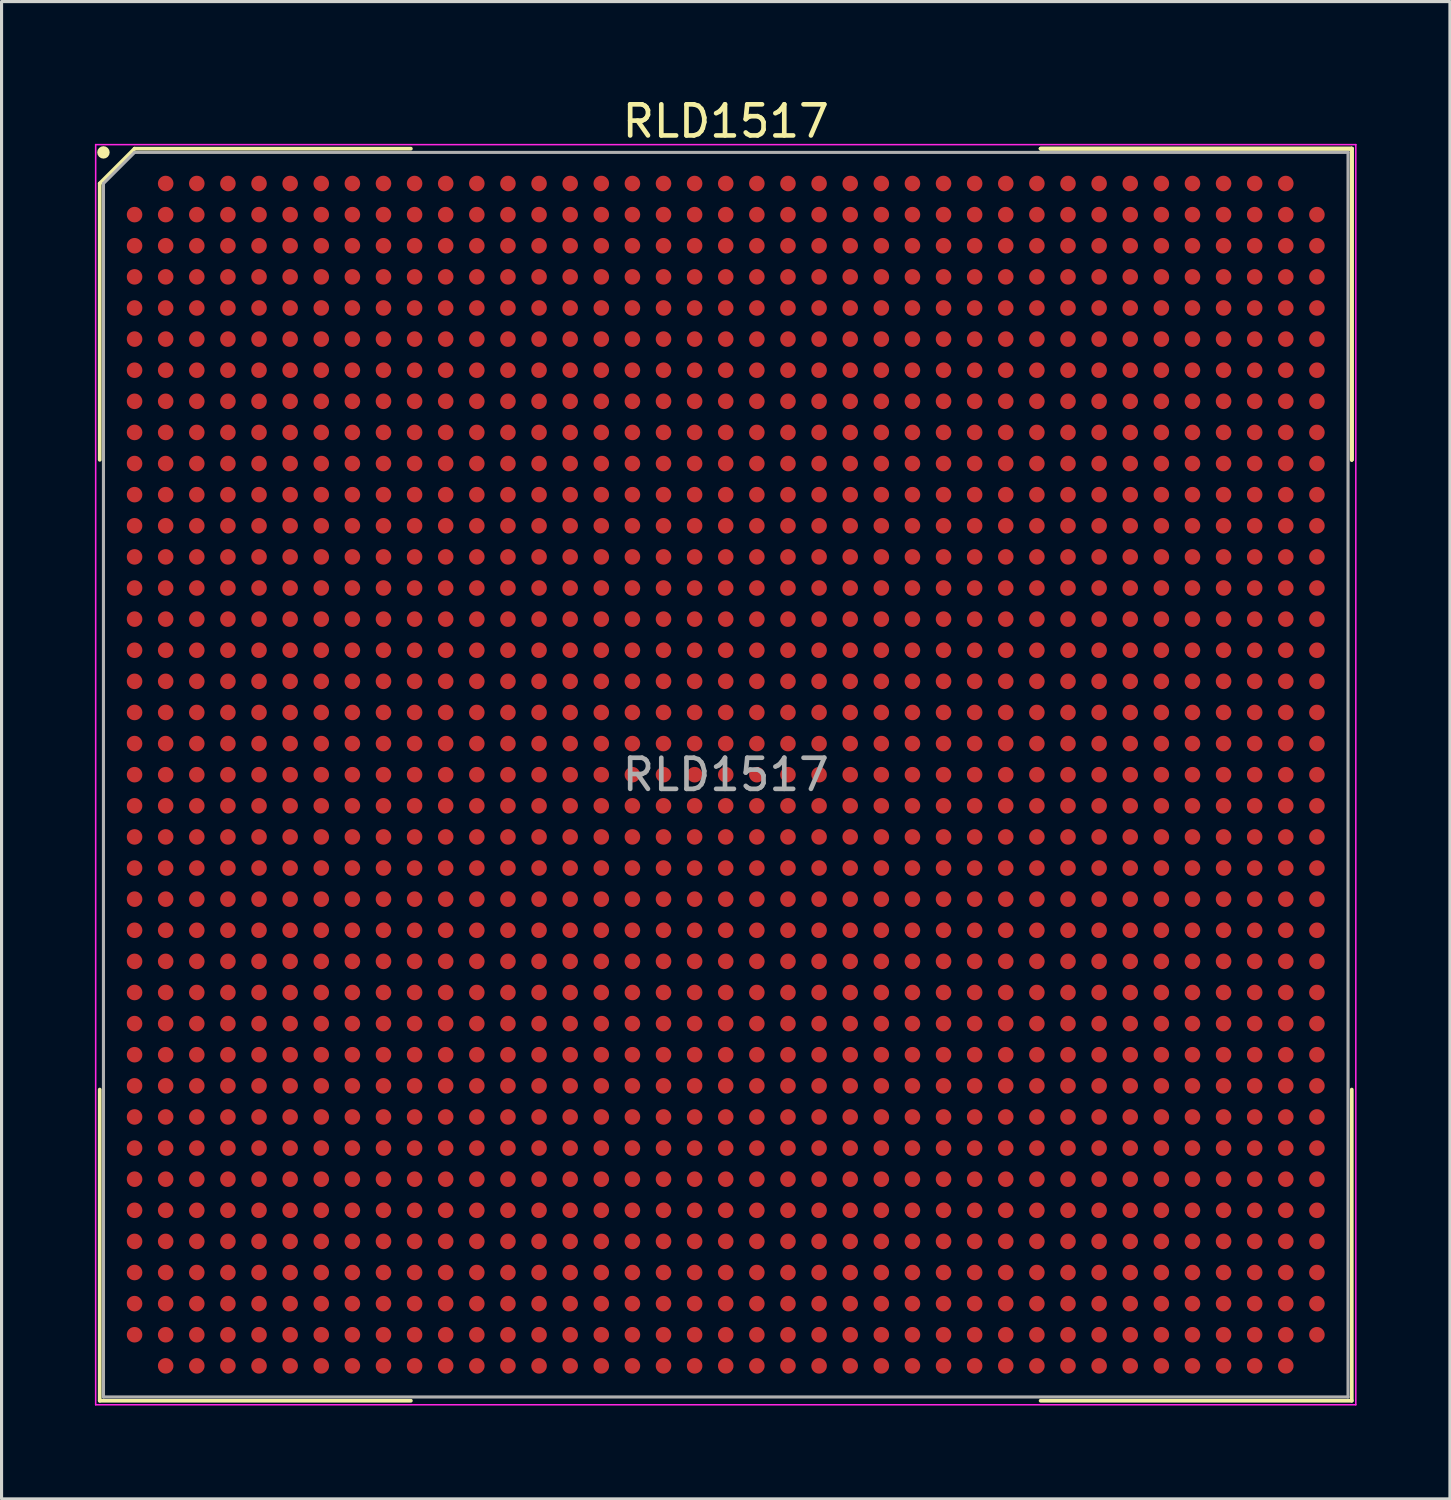
<source format=kicad_pcb>
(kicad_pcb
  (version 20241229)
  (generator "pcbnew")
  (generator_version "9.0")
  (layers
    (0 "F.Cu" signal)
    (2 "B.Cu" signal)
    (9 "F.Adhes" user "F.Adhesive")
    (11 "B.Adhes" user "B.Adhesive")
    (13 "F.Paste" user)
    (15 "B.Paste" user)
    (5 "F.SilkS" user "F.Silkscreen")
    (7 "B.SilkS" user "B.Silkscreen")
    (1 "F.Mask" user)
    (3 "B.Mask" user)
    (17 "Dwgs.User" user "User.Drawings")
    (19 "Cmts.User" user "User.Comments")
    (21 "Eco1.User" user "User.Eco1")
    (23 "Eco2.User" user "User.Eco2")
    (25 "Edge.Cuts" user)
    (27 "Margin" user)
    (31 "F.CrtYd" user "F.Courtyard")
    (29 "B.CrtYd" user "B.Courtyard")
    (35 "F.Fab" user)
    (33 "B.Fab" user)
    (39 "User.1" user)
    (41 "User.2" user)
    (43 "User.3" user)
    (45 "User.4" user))
  (footprint "RLD1517"
    (layer "F.Cu")
    (at 20.275 21.848)
    (property "Reference" "RLD1517" (at 0 -21 0) (layer "F.SilkS") (effects (font (size 1 1) (thickness 0.15))))
    (attr smd)
    (fp_line (start -20.12 -19) (end -20.12 -10.12) (stroke (width 0.12) (type solid)) (layer "F.SilkS"))
    (fp_line (start -20.12 20.12) (end -20.12 10.12) (stroke (width 0.12) (type solid)) (layer "F.SilkS"))
    (fp_line (start -19 -20.12) (end -20.12 -19) (stroke (width 0.12) (type solid)) (layer "F.SilkS"))
    (fp_line (start -10.12 -20.12) (end -19 -20.12) (stroke (width 0.12) (type solid)) (layer "F.SilkS"))
    (fp_line (start -10.12 20.12) (end -20.12 20.12) (stroke (width 0.12) (type solid)) (layer "F.SilkS"))
    (fp_line (start 10.12 -20.12) (end 20.12 -20.12) (stroke (width 0.12) (type solid)) (layer "F.SilkS"))
    (fp_line (start 10.12 -20.12) (end 20.12 -20.12) (stroke (width 0.12) (type solid)) (layer "F.SilkS"))
    (fp_line (start 10.12 -20.12) (end 20.12 -20.12) (stroke (width 0.12) (type solid)) (layer "F.SilkS"))
    (fp_line (start 10.12 20.12) (end 20.12 20.12) (stroke (width 0.12) (type solid)) (layer "F.SilkS"))
    (fp_line (start 20.12 -20.12) (end 20.12 -10.12) (stroke (width 0.12) (type solid)) (layer "F.SilkS"))
    (fp_line (start 20.12 -20.12) (end 20.12 -10.12) (stroke (width 0.12) (type solid)) (layer "F.SilkS"))
    (fp_line (start 20.12 -20.12) (end 20.12 -10.12) (stroke (width 0.12) (type solid)) (layer "F.SilkS"))
    (fp_line (start 20.12 20.12) (end 20.12 10.12) (stroke (width 0.12) (type solid)) (layer "F.SilkS"))
    (fp_circle (center -20 -20) (end -20 -19.9) (stroke (width 0.2) (type solid)) (fill no) (layer "F.SilkS"))
    (fp_line (start -20.25 -20.25) (end 20.25 -20.25) (stroke (width 0.05) (type solid)) (layer "F.CrtYd"))
    (fp_line (start -20.25 20.25) (end -20.25 -20.25) (stroke (width 0.05) (type solid)) (layer "F.CrtYd"))
    (fp_line (start 20.25 -20.25) (end 20.25 20.25) (stroke (width 0.05) (type solid)) (layer "F.CrtYd"))
    (fp_line (start 20.25 20.25) (end -20.25 20.25) (stroke (width 0.05) (type solid)) (layer "F.CrtYd"))
    (fp_line (start -20 -19) (end -20 20) (stroke (width 0.1) (type solid)) (layer "F.Fab"))
    (fp_line (start -20 20) (end 20 20) (stroke (width 0.1) (type solid)) (layer "F.Fab"))
    (fp_line (start -19 -20) (end -20 -19) (stroke (width 0.1) (type solid)) (layer "F.Fab"))
    (fp_line (start 20 -20) (end -19 -20) (stroke (width 0.1) (type solid)) (layer "F.Fab"))
    (fp_line (start 20 20) (end 20 -20) (stroke (width 0.1) (type solid)) (layer "F.Fab"))
    (fp_text user "${REFERENCE}" (at 0 0 0) (layer "F.Fab") (effects (font (size 1 1) (thickness 0.15))))
    (pad "A2" smd circle (at -18 -19) (size 0.5 0.5) (layers "F.Cu" "F.Mask" "F.Paste"))
    (pad "A3" smd circle (at -17 -19) (size 0.5 0.5) (layers "F.Cu" "F.Mask" "F.Paste"))
    (pad "A4" smd circle (at -16 -19) (size 0.5 0.5) (layers "F.Cu" "F.Mask" "F.Paste"))
    (pad "A5" smd circle (at -15 -19) (size 0.5 0.5) (layers "F.Cu" "F.Mask" "F.Paste"))
    (pad "A6" smd circle (at -14 -19) (size 0.5 0.5) (layers "F.Cu" "F.Mask" "F.Paste"))
    (pad "A7" smd circle (at -13 -19) (size 0.5 0.5) (layers "F.Cu" "F.Mask" "F.Paste"))
    (pad "A8" smd circle (at -12 -19) (size 0.5 0.5) (layers "F.Cu" "F.Mask" "F.Paste"))
    (pad "A9" smd circle (at -11 -19) (size 0.5 0.5) (layers "F.Cu" "F.Mask" "F.Paste"))
    (pad "A10" smd circle (at -10 -19) (size 0.5 0.5) (layers "F.Cu" "F.Mask" "F.Paste"))
    (pad "A11" smd circle (at -9 -19) (size 0.5 0.5) (layers "F.Cu" "F.Mask" "F.Paste"))
    (pad "A12" smd circle (at -8 -19) (size 0.5 0.5) (layers "F.Cu" "F.Mask" "F.Paste"))
    (pad "A13" smd circle (at -7 -19) (size 0.5 0.5) (layers "F.Cu" "F.Mask" "F.Paste"))
    (pad "A14" smd circle (at -6 -19) (size 0.5 0.5) (layers "F.Cu" "F.Mask" "F.Paste"))
    (pad "A15" smd circle (at -5 -19) (size 0.5 0.5) (layers "F.Cu" "F.Mask" "F.Paste"))
    (pad "A16" smd circle (at -4 -19) (size 0.5 0.5) (layers "F.Cu" "F.Mask" "F.Paste"))
    (pad "A17" smd circle (at -3 -19) (size 0.5 0.5) (layers "F.Cu" "F.Mask" "F.Paste"))
    (pad "A18" smd circle (at -2 -19) (size 0.5 0.5) (layers "F.Cu" "F.Mask" "F.Paste"))
    (pad "A19" smd circle (at -1 -19) (size 0.5 0.5) (layers "F.Cu" "F.Mask" "F.Paste"))
    (pad "A20" smd circle (at 0 -19) (size 0.5 0.5) (layers "F.Cu" "F.Mask" "F.Paste"))
    (pad "A21" smd circle (at 1 -19) (size 0.5 0.5) (layers "F.Cu" "F.Mask" "F.Paste"))
    (pad "A22" smd circle (at 2 -19) (size 0.5 0.5) (layers "F.Cu" "F.Mask" "F.Paste"))
    (pad "A23" smd circle (at 3 -19) (size 0.5 0.5) (layers "F.Cu" "F.Mask" "F.Paste"))
    (pad "A24" smd circle (at 4 -19) (size 0.5 0.5) (layers "F.Cu" "F.Mask" "F.Paste"))
    (pad "A25" smd circle (at 5 -19) (size 0.5 0.5) (layers "F.Cu" "F.Mask" "F.Paste"))
    (pad "A26" smd circle (at 6 -19) (size 0.5 0.5) (layers "F.Cu" "F.Mask" "F.Paste"))
    (pad "A27" smd circle (at 7 -19) (size 0.5 0.5) (layers "F.Cu" "F.Mask" "F.Paste"))
    (pad "A28" smd circle (at 8 -19) (size 0.5 0.5) (layers "F.Cu" "F.Mask" "F.Paste"))
    (pad "A29" smd circle (at 9 -19) (size 0.5 0.5) (layers "F.Cu" "F.Mask" "F.Paste"))
    (pad "A30" smd circle (at 10 -19) (size 0.5 0.5) (layers "F.Cu" "F.Mask" "F.Paste"))
    (pad "A31" smd circle (at 11 -19) (size 0.5 0.5) (layers "F.Cu" "F.Mask" "F.Paste"))
    (pad "A32" smd circle (at 12 -19) (size 0.5 0.5) (layers "F.Cu" "F.Mask" "F.Paste"))
    (pad "A33" smd circle (at 13 -19) (size 0.5 0.5) (layers "F.Cu" "F.Mask" "F.Paste"))
    (pad "A34" smd circle (at 14 -19) (size 0.5 0.5) (layers "F.Cu" "F.Mask" "F.Paste"))
    (pad "A35" smd circle (at 15 -19) (size 0.5 0.5) (layers "F.Cu" "F.Mask" "F.Paste"))
    (pad "A36" smd circle (at 16 -19) (size 0.5 0.5) (layers "F.Cu" "F.Mask" "F.Paste"))
    (pad "A37" smd circle (at 17 -19) (size 0.5 0.5) (layers "F.Cu" "F.Mask" "F.Paste"))
    (pad "A38" smd circle (at 18 -19) (size 0.5 0.5) (layers "F.Cu" "F.Mask" "F.Paste"))
    (pad "AA1" smd circle (at -19 1) (size 0.5 0.5) (layers "F.Cu" "F.Mask" "F.Paste"))
    (pad "AA2" smd circle (at -18 1) (size 0.5 0.5) (layers "F.Cu" "F.Mask" "F.Paste"))
    (pad "AA3" smd circle (at -17 1) (size 0.5 0.5) (layers "F.Cu" "F.Mask" "F.Paste"))
    (pad "AA4" smd circle (at -16 1) (size 0.5 0.5) (layers "F.Cu" "F.Mask" "F.Paste"))
    (pad "AA5" smd circle (at -15 1) (size 0.5 0.5) (layers "F.Cu" "F.Mask" "F.Paste"))
    (pad "AA6" smd circle (at -14 1) (size 0.5 0.5) (layers "F.Cu" "F.Mask" "F.Paste"))
    (pad "AA7" smd circle (at -13 1) (size 0.5 0.5) (layers "F.Cu" "F.Mask" "F.Paste"))
    (pad "AA8" smd circle (at -12 1) (size 0.5 0.5) (layers "F.Cu" "F.Mask" "F.Paste"))
    (pad "AA9" smd circle (at -11 1) (size 0.5 0.5) (layers "F.Cu" "F.Mask" "F.Paste"))
    (pad "AA10" smd circle (at -10 1) (size 0.5 0.5) (layers "F.Cu" "F.Mask" "F.Paste"))
    (pad "AA11" smd circle (at -9 1) (size 0.5 0.5) (layers "F.Cu" "F.Mask" "F.Paste"))
    (pad "AA12" smd circle (at -8 1) (size 0.5 0.5) (layers "F.Cu" "F.Mask" "F.Paste"))
    (pad "AA13" smd circle (at -7 1) (size 0.5 0.5) (layers "F.Cu" "F.Mask" "F.Paste"))
    (pad "AA14" smd circle (at -6 1) (size 0.5 0.5) (layers "F.Cu" "F.Mask" "F.Paste"))
    (pad "AA15" smd circle (at -5 1) (size 0.5 0.5) (layers "F.Cu" "F.Mask" "F.Paste"))
    (pad "AA16" smd circle (at -4 1) (size 0.5 0.5) (layers "F.Cu" "F.Mask" "F.Paste"))
    (pad "AA17" smd circle (at -3 1) (size 0.5 0.5) (layers "F.Cu" "F.Mask" "F.Paste"))
    (pad "AA18" smd circle (at -2 1) (size 0.5 0.5) (layers "F.Cu" "F.Mask" "F.Paste"))
    (pad "AA19" smd circle (at -1 1) (size 0.5 0.5) (layers "F.Cu" "F.Mask" "F.Paste"))
    (pad "AA20" smd circle (at 0 1) (size 0.5 0.5) (layers "F.Cu" "F.Mask" "F.Paste"))
    (pad "AA21" smd circle (at 1 1) (size 0.5 0.5) (layers "F.Cu" "F.Mask" "F.Paste"))
    (pad "AA22" smd circle (at 2 1) (size 0.5 0.5) (layers "F.Cu" "F.Mask" "F.Paste"))
    (pad "AA23" smd circle (at 3 1) (size 0.5 0.5) (layers "F.Cu" "F.Mask" "F.Paste"))
    (pad "AA24" smd circle (at 4 1) (size 0.5 0.5) (layers "F.Cu" "F.Mask" "F.Paste"))
    (pad "AA25" smd circle (at 5 1) (size 0.5 0.5) (layers "F.Cu" "F.Mask" "F.Paste"))
    (pad "AA26" smd circle (at 6 1) (size 0.5 0.5) (layers "F.Cu" "F.Mask" "F.Paste"))
    (pad "AA27" smd circle (at 7 1) (size 0.5 0.5) (layers "F.Cu" "F.Mask" "F.Paste"))
    (pad "AA28" smd circle (at 8 1) (size 0.5 0.5) (layers "F.Cu" "F.Mask" "F.Paste"))
    (pad "AA29" smd circle (at 9 1) (size 0.5 0.5) (layers "F.Cu" "F.Mask" "F.Paste"))
    (pad "AA30" smd circle (at 10 1) (size 0.5 0.5) (layers "F.Cu" "F.Mask" "F.Paste"))
    (pad "AA31" smd circle (at 11 1) (size 0.5 0.5) (layers "F.Cu" "F.Mask" "F.Paste"))
    (pad "AA32" smd circle (at 12 1) (size 0.5 0.5) (layers "F.Cu" "F.Mask" "F.Paste"))
    (pad "AA33" smd circle (at 13 1) (size 0.5 0.5) (layers "F.Cu" "F.Mask" "F.Paste"))
    (pad "AA34" smd circle (at 14 1) (size 0.5 0.5) (layers "F.Cu" "F.Mask" "F.Paste"))
    (pad "AA35" smd circle (at 15 1) (size 0.5 0.5) (layers "F.Cu" "F.Mask" "F.Paste"))
    (pad "AA36" smd circle (at 16 1) (size 0.5 0.5) (layers "F.Cu" "F.Mask" "F.Paste"))
    (pad "AA37" smd circle (at 17 1) (size 0.5 0.5) (layers "F.Cu" "F.Mask" "F.Paste"))
    (pad "AA38" smd circle (at 18 1) (size 0.5 0.5) (layers "F.Cu" "F.Mask" "F.Paste"))
    (pad "AA39" smd circle (at 19 1) (size 0.5 0.5) (layers "F.Cu" "F.Mask" "F.Paste"))
    (pad "AB1" smd circle (at -19 2) (size 0.5 0.5) (layers "F.Cu" "F.Mask" "F.Paste"))
    (pad "AB2" smd circle (at -18 2) (size 0.5 0.5) (layers "F.Cu" "F.Mask" "F.Paste"))
    (pad "AB3" smd circle (at -17 2) (size 0.5 0.5) (layers "F.Cu" "F.Mask" "F.Paste"))
    (pad "AB4" smd circle (at -16 2) (size 0.5 0.5) (layers "F.Cu" "F.Mask" "F.Paste"))
    (pad "AB5" smd circle (at -15 2) (size 0.5 0.5) (layers "F.Cu" "F.Mask" "F.Paste"))
    (pad "AB6" smd circle (at -14 2) (size 0.5 0.5) (layers "F.Cu" "F.Mask" "F.Paste"))
    (pad "AB7" smd circle (at -13 2) (size 0.5 0.5) (layers "F.Cu" "F.Mask" "F.Paste"))
    (pad "AB8" smd circle (at -12 2) (size 0.5 0.5) (layers "F.Cu" "F.Mask" "F.Paste"))
    (pad "AB9" smd circle (at -11 2) (size 0.5 0.5) (layers "F.Cu" "F.Mask" "F.Paste"))
    (pad "AB10" smd circle (at -10 2) (size 0.5 0.5) (layers "F.Cu" "F.Mask" "F.Paste"))
    (pad "AB11" smd circle (at -9 2) (size 0.5 0.5) (layers "F.Cu" "F.Mask" "F.Paste"))
    (pad "AB12" smd circle (at -8 2) (size 0.5 0.5) (layers "F.Cu" "F.Mask" "F.Paste"))
    (pad "AB13" smd circle (at -7 2) (size 0.5 0.5) (layers "F.Cu" "F.Mask" "F.Paste"))
    (pad "AB14" smd circle (at -6 2) (size 0.5 0.5) (layers "F.Cu" "F.Mask" "F.Paste"))
    (pad "AB15" smd circle (at -5 2) (size 0.5 0.5) (layers "F.Cu" "F.Mask" "F.Paste"))
    (pad "AB16" smd circle (at -4 2) (size 0.5 0.5) (layers "F.Cu" "F.Mask" "F.Paste"))
    (pad "AB17" smd circle (at -3 2) (size 0.5 0.5) (layers "F.Cu" "F.Mask" "F.Paste"))
    (pad "AB18" smd circle (at -2 2) (size 0.5 0.5) (layers "F.Cu" "F.Mask" "F.Paste"))
    (pad "AB19" smd circle (at -1 2) (size 0.5 0.5) (layers "F.Cu" "F.Mask" "F.Paste"))
    (pad "AB20" smd circle (at 0 2) (size 0.5 0.5) (layers "F.Cu" "F.Mask" "F.Paste"))
    (pad "AB21" smd circle (at 1 2) (size 0.5 0.5) (layers "F.Cu" "F.Mask" "F.Paste"))
    (pad "AB22" smd circle (at 2 2) (size 0.5 0.5) (layers "F.Cu" "F.Mask" "F.Paste"))
    (pad "AB23" smd circle (at 3 2) (size 0.5 0.5) (layers "F.Cu" "F.Mask" "F.Paste"))
    (pad "AB24" smd circle (at 4 2) (size 0.5 0.5) (layers "F.Cu" "F.Mask" "F.Paste"))
    (pad "AB25" smd circle (at 5 2) (size 0.5 0.5) (layers "F.Cu" "F.Mask" "F.Paste"))
    (pad "AB26" smd circle (at 6 2) (size 0.5 0.5) (layers "F.Cu" "F.Mask" "F.Paste"))
    (pad "AB27" smd circle (at 7 2) (size 0.5 0.5) (layers "F.Cu" "F.Mask" "F.Paste"))
    (pad "AB28" smd circle (at 8 2) (size 0.5 0.5) (layers "F.Cu" "F.Mask" "F.Paste"))
    (pad "AB29" smd circle (at 9 2) (size 0.5 0.5) (layers "F.Cu" "F.Mask" "F.Paste"))
    (pad "AB30" smd circle (at 10 2) (size 0.5 0.5) (layers "F.Cu" "F.Mask" "F.Paste"))
    (pad "AB31" smd circle (at 11 2) (size 0.5 0.5) (layers "F.Cu" "F.Mask" "F.Paste"))
    (pad "AB32" smd circle (at 12 2) (size 0.5 0.5) (layers "F.Cu" "F.Mask" "F.Paste"))
    (pad "AB33" smd circle (at 13 2) (size 0.5 0.5) (layers "F.Cu" "F.Mask" "F.Paste"))
    (pad "AB34" smd circle (at 14 2) (size 0.5 0.5) (layers "F.Cu" "F.Mask" "F.Paste"))
    (pad "AB35" smd circle (at 15 2) (size 0.5 0.5) (layers "F.Cu" "F.Mask" "F.Paste"))
    (pad "AB36" smd circle (at 16 2) (size 0.5 0.5) (layers "F.Cu" "F.Mask" "F.Paste"))
    (pad "AB37" smd circle (at 17 2) (size 0.5 0.5) (layers "F.Cu" "F.Mask" "F.Paste"))
    (pad "AB38" smd circle (at 18 2) (size 0.5 0.5) (layers "F.Cu" "F.Mask" "F.Paste"))
    (pad "AB39" smd circle (at 19 2) (size 0.5 0.5) (layers "F.Cu" "F.Mask" "F.Paste"))
    (pad "AC1" smd circle (at -19 3) (size 0.5 0.5) (layers "F.Cu" "F.Mask" "F.Paste"))
    (pad "AC2" smd circle (at -18 3) (size 0.5 0.5) (layers "F.Cu" "F.Mask" "F.Paste"))
    (pad "AC3" smd circle (at -17 3) (size 0.5 0.5) (layers "F.Cu" "F.Mask" "F.Paste"))
    (pad "AC4" smd circle (at -16 3) (size 0.5 0.5) (layers "F.Cu" "F.Mask" "F.Paste"))
    (pad "AC5" smd circle (at -15 3) (size 0.5 0.5) (layers "F.Cu" "F.Mask" "F.Paste"))
    (pad "AC6" smd circle (at -14 3) (size 0.5 0.5) (layers "F.Cu" "F.Mask" "F.Paste"))
    (pad "AC7" smd circle (at -13 3) (size 0.5 0.5) (layers "F.Cu" "F.Mask" "F.Paste"))
    (pad "AC8" smd circle (at -12 3) (size 0.5 0.5) (layers "F.Cu" "F.Mask" "F.Paste"))
    (pad "AC9" smd circle (at -11 3) (size 0.5 0.5) (layers "F.Cu" "F.Mask" "F.Paste"))
    (pad "AC10" smd circle (at -10 3) (size 0.5 0.5) (layers "F.Cu" "F.Mask" "F.Paste"))
    (pad "AC11" smd circle (at -9 3) (size 0.5 0.5) (layers "F.Cu" "F.Mask" "F.Paste"))
    (pad "AC12" smd circle (at -8 3) (size 0.5 0.5) (layers "F.Cu" "F.Mask" "F.Paste"))
    (pad "AC13" smd circle (at -7 3) (size 0.5 0.5) (layers "F.Cu" "F.Mask" "F.Paste"))
    (pad "AC14" smd circle (at -6 3) (size 0.5 0.5) (layers "F.Cu" "F.Mask" "F.Paste"))
    (pad "AC15" smd circle (at -5 3) (size 0.5 0.5) (layers "F.Cu" "F.Mask" "F.Paste"))
    (pad "AC16" smd circle (at -4 3) (size 0.5 0.5) (layers "F.Cu" "F.Mask" "F.Paste"))
    (pad "AC17" smd circle (at -3 3) (size 0.5 0.5) (layers "F.Cu" "F.Mask" "F.Paste"))
    (pad "AC18" smd circle (at -2 3) (size 0.5 0.5) (layers "F.Cu" "F.Mask" "F.Paste"))
    (pad "AC19" smd circle (at -1 3) (size 0.5 0.5) (layers "F.Cu" "F.Mask" "F.Paste"))
    (pad "AC20" smd circle (at 0 3) (size 0.5 0.5) (layers "F.Cu" "F.Mask" "F.Paste"))
    (pad "AC21" smd circle (at 1 3) (size 0.5 0.5) (layers "F.Cu" "F.Mask" "F.Paste"))
    (pad "AC22" smd circle (at 2 3) (size 0.5 0.5) (layers "F.Cu" "F.Mask" "F.Paste"))
    (pad "AC23" smd circle (at 3 3) (size 0.5 0.5) (layers "F.Cu" "F.Mask" "F.Paste"))
    (pad "AC24" smd circle (at 4 3) (size 0.5 0.5) (layers "F.Cu" "F.Mask" "F.Paste"))
    (pad "AC25" smd circle (at 5 3) (size 0.5 0.5) (layers "F.Cu" "F.Mask" "F.Paste"))
    (pad "AC26" smd circle (at 6 3) (size 0.5 0.5) (layers "F.Cu" "F.Mask" "F.Paste"))
    (pad "AC27" smd circle (at 7 3) (size 0.5 0.5) (layers "F.Cu" "F.Mask" "F.Paste"))
    (pad "AC28" smd circle (at 8 3) (size 0.5 0.5) (layers "F.Cu" "F.Mask" "F.Paste"))
    (pad "AC29" smd circle (at 9 3) (size 0.5 0.5) (layers "F.Cu" "F.Mask" "F.Paste"))
    (pad "AC30" smd circle (at 10 3) (size 0.5 0.5) (layers "F.Cu" "F.Mask" "F.Paste"))
    (pad "AC31" smd circle (at 11 3) (size 0.5 0.5) (layers "F.Cu" "F.Mask" "F.Paste"))
    (pad "AC32" smd circle (at 12 3) (size 0.5 0.5) (layers "F.Cu" "F.Mask" "F.Paste"))
    (pad "AC33" smd circle (at 13 3) (size 0.5 0.5) (layers "F.Cu" "F.Mask" "F.Paste"))
    (pad "AC34" smd circle (at 14 3) (size 0.5 0.5) (layers "F.Cu" "F.Mask" "F.Paste"))
    (pad "AC35" smd circle (at 15 3) (size 0.5 0.5) (layers "F.Cu" "F.Mask" "F.Paste"))
    (pad "AC36" smd circle (at 16 3) (size 0.5 0.5) (layers "F.Cu" "F.Mask" "F.Paste"))
    (pad "AC37" smd circle (at 17 3) (size 0.5 0.5) (layers "F.Cu" "F.Mask" "F.Paste"))
    (pad "AC38" smd circle (at 18 3) (size 0.5 0.5) (layers "F.Cu" "F.Mask" "F.Paste"))
    (pad "AC39" smd circle (at 19 3) (size 0.5 0.5) (layers "F.Cu" "F.Mask" "F.Paste"))
    (pad "AD1" smd circle (at -19 4) (size 0.5 0.5) (layers "F.Cu" "F.Mask" "F.Paste"))
    (pad "AD2" smd circle (at -18 4) (size 0.5 0.5) (layers "F.Cu" "F.Mask" "F.Paste"))
    (pad "AD3" smd circle (at -17 4) (size 0.5 0.5) (layers "F.Cu" "F.Mask" "F.Paste"))
    (pad "AD4" smd circle (at -16 4) (size 0.5 0.5) (layers "F.Cu" "F.Mask" "F.Paste"))
    (pad "AD5" smd circle (at -15 4) (size 0.5 0.5) (layers "F.Cu" "F.Mask" "F.Paste"))
    (pad "AD6" smd circle (at -14 4) (size 0.5 0.5) (layers "F.Cu" "F.Mask" "F.Paste"))
    (pad "AD7" smd circle (at -13 4) (size 0.5 0.5) (layers "F.Cu" "F.Mask" "F.Paste"))
    (pad "AD8" smd circle (at -12 4) (size 0.5 0.5) (layers "F.Cu" "F.Mask" "F.Paste"))
    (pad "AD9" smd circle (at -11 4) (size 0.5 0.5) (layers "F.Cu" "F.Mask" "F.Paste"))
    (pad "AD10" smd circle (at -10 4) (size 0.5 0.5) (layers "F.Cu" "F.Mask" "F.Paste"))
    (pad "AD11" smd circle (at -9 4) (size 0.5 0.5) (layers "F.Cu" "F.Mask" "F.Paste"))
    (pad "AD12" smd circle (at -8 4) (size 0.5 0.5) (layers "F.Cu" "F.Mask" "F.Paste"))
    (pad "AD13" smd circle (at -7 4) (size 0.5 0.5) (layers "F.Cu" "F.Mask" "F.Paste"))
    (pad "AD14" smd circle (at -6 4) (size 0.5 0.5) (layers "F.Cu" "F.Mask" "F.Paste"))
    (pad "AD15" smd circle (at -5 4) (size 0.5 0.5) (layers "F.Cu" "F.Mask" "F.Paste"))
    (pad "AD16" smd circle (at -4 4) (size 0.5 0.5) (layers "F.Cu" "F.Mask" "F.Paste"))
    (pad "AD17" smd circle (at -3 4) (size 0.5 0.5) (layers "F.Cu" "F.Mask" "F.Paste"))
    (pad "AD18" smd circle (at -2 4) (size 0.5 0.5) (layers "F.Cu" "F.Mask" "F.Paste"))
    (pad "AD19" smd circle (at -1 4) (size 0.5 0.5) (layers "F.Cu" "F.Mask" "F.Paste"))
    (pad "AD20" smd circle (at 0 4) (size 0.5 0.5) (layers "F.Cu" "F.Mask" "F.Paste"))
    (pad "AD21" smd circle (at 1 4) (size 0.5 0.5) (layers "F.Cu" "F.Mask" "F.Paste"))
    (pad "AD22" smd circle (at 2 4) (size 0.5 0.5) (layers "F.Cu" "F.Mask" "F.Paste"))
    (pad "AD23" smd circle (at 3 4) (size 0.5 0.5) (layers "F.Cu" "F.Mask" "F.Paste"))
    (pad "AD24" smd circle (at 4 4) (size 0.5 0.5) (layers "F.Cu" "F.Mask" "F.Paste"))
    (pad "AD25" smd circle (at 5 4) (size 0.5 0.5) (layers "F.Cu" "F.Mask" "F.Paste"))
    (pad "AD26" smd circle (at 6 4) (size 0.5 0.5) (layers "F.Cu" "F.Mask" "F.Paste"))
    (pad "AD27" smd circle (at 7 4) (size 0.5 0.5) (layers "F.Cu" "F.Mask" "F.Paste"))
    (pad "AD28" smd circle (at 8 4) (size 0.5 0.5) (layers "F.Cu" "F.Mask" "F.Paste"))
    (pad "AD29" smd circle (at 9 4) (size 0.5 0.5) (layers "F.Cu" "F.Mask" "F.Paste"))
    (pad "AD30" smd circle (at 10 4) (size 0.5 0.5) (layers "F.Cu" "F.Mask" "F.Paste"))
    (pad "AD31" smd circle (at 11 4) (size 0.5 0.5) (layers "F.Cu" "F.Mask" "F.Paste"))
    (pad "AD32" smd circle (at 12 4) (size 0.5 0.5) (layers "F.Cu" "F.Mask" "F.Paste"))
    (pad "AD33" smd circle (at 13 4) (size 0.5 0.5) (layers "F.Cu" "F.Mask" "F.Paste"))
    (pad "AD34" smd circle (at 14 4) (size 0.5 0.5) (layers "F.Cu" "F.Mask" "F.Paste"))
    (pad "AD35" smd circle (at 15 4) (size 0.5 0.5) (layers "F.Cu" "F.Mask" "F.Paste"))
    (pad "AD36" smd circle (at 16 4) (size 0.5 0.5) (layers "F.Cu" "F.Mask" "F.Paste"))
    (pad "AD37" smd circle (at 17 4) (size 0.5 0.5) (layers "F.Cu" "F.Mask" "F.Paste"))
    (pad "AD38" smd circle (at 18 4) (size 0.5 0.5) (layers "F.Cu" "F.Mask" "F.Paste"))
    (pad "AD39" smd circle (at 19 4) (size 0.5 0.5) (layers "F.Cu" "F.Mask" "F.Paste"))
    (pad "AE1" smd circle (at -19 5) (size 0.5 0.5) (layers "F.Cu" "F.Mask" "F.Paste"))
    (pad "AE2" smd circle (at -18 5) (size 0.5 0.5) (layers "F.Cu" "F.Mask" "F.Paste"))
    (pad "AE3" smd circle (at -17 5) (size 0.5 0.5) (layers "F.Cu" "F.Mask" "F.Paste"))
    (pad "AE4" smd circle (at -16 5) (size 0.5 0.5) (layers "F.Cu" "F.Mask" "F.Paste"))
    (pad "AE5" smd circle (at -15 5) (size 0.5 0.5) (layers "F.Cu" "F.Mask" "F.Paste"))
    (pad "AE6" smd circle (at -14 5) (size 0.5 0.5) (layers "F.Cu" "F.Mask" "F.Paste"))
    (pad "AE7" smd circle (at -13 5) (size 0.5 0.5) (layers "F.Cu" "F.Mask" "F.Paste"))
    (pad "AE8" smd circle (at -12 5) (size 0.5 0.5) (layers "F.Cu" "F.Mask" "F.Paste"))
    (pad "AE9" smd circle (at -11 5) (size 0.5 0.5) (layers "F.Cu" "F.Mask" "F.Paste"))
    (pad "AE10" smd circle (at -10 5) (size 0.5 0.5) (layers "F.Cu" "F.Mask" "F.Paste"))
    (pad "AE11" smd circle (at -9 5) (size 0.5 0.5) (layers "F.Cu" "F.Mask" "F.Paste"))
    (pad "AE12" smd circle (at -8 5) (size 0.5 0.5) (layers "F.Cu" "F.Mask" "F.Paste"))
    (pad "AE13" smd circle (at -7 5) (size 0.5 0.5) (layers "F.Cu" "F.Mask" "F.Paste"))
    (pad "AE14" smd circle (at -6 5) (size 0.5 0.5) (layers "F.Cu" "F.Mask" "F.Paste"))
    (pad "AE15" smd circle (at -5 5) (size 0.5 0.5) (layers "F.Cu" "F.Mask" "F.Paste"))
    (pad "AE16" smd circle (at -4 5) (size 0.5 0.5) (layers "F.Cu" "F.Mask" "F.Paste"))
    (pad "AE17" smd circle (at -3 5) (size 0.5 0.5) (layers "F.Cu" "F.Mask" "F.Paste"))
    (pad "AE18" smd circle (at -2 5) (size 0.5 0.5) (layers "F.Cu" "F.Mask" "F.Paste"))
    (pad "AE19" smd circle (at -1 5) (size 0.5 0.5) (layers "F.Cu" "F.Mask" "F.Paste"))
    (pad "AE20" smd circle (at 0 5) (size 0.5 0.5) (layers "F.Cu" "F.Mask" "F.Paste"))
    (pad "AE21" smd circle (at 1 5) (size 0.5 0.5) (layers "F.Cu" "F.Mask" "F.Paste"))
    (pad "AE22" smd circle (at 2 5) (size 0.5 0.5) (layers "F.Cu" "F.Mask" "F.Paste"))
    (pad "AE23" smd circle (at 3 5) (size 0.5 0.5) (layers "F.Cu" "F.Mask" "F.Paste"))
    (pad "AE24" smd circle (at 4 5) (size 0.5 0.5) (layers "F.Cu" "F.Mask" "F.Paste"))
    (pad "AE25" smd circle (at 5 5) (size 0.5 0.5) (layers "F.Cu" "F.Mask" "F.Paste"))
    (pad "AE26" smd circle (at 6 5) (size 0.5 0.5) (layers "F.Cu" "F.Mask" "F.Paste"))
    (pad "AE27" smd circle (at 7 5) (size 0.5 0.5) (layers "F.Cu" "F.Mask" "F.Paste"))
    (pad "AE28" smd circle (at 8 5) (size 0.5 0.5) (layers "F.Cu" "F.Mask" "F.Paste"))
    (pad "AE29" smd circle (at 9 5) (size 0.5 0.5) (layers "F.Cu" "F.Mask" "F.Paste"))
    (pad "AE30" smd circle (at 10 5) (size 0.5 0.5) (layers "F.Cu" "F.Mask" "F.Paste"))
    (pad "AE31" smd circle (at 11 5) (size 0.5 0.5) (layers "F.Cu" "F.Mask" "F.Paste"))
    (pad "AE32" smd circle (at 12 5) (size 0.5 0.5) (layers "F.Cu" "F.Mask" "F.Paste"))
    (pad "AE33" smd circle (at 13 5) (size 0.5 0.5) (layers "F.Cu" "F.Mask" "F.Paste"))
    (pad "AE34" smd circle (at 14 5) (size 0.5 0.5) (layers "F.Cu" "F.Mask" "F.Paste"))
    (pad "AE35" smd circle (at 15 5) (size 0.5 0.5) (layers "F.Cu" "F.Mask" "F.Paste"))
    (pad "AE36" smd circle (at 16 5) (size 0.5 0.5) (layers "F.Cu" "F.Mask" "F.Paste"))
    (pad "AE37" smd circle (at 17 5) (size 0.5 0.5) (layers "F.Cu" "F.Mask" "F.Paste"))
    (pad "AE38" smd circle (at 18 5) (size 0.5 0.5) (layers "F.Cu" "F.Mask" "F.Paste"))
    (pad "AE39" smd circle (at 19 5) (size 0.5 0.5) (layers "F.Cu" "F.Mask" "F.Paste"))
    (pad "AF1" smd circle (at -19 6) (size 0.5 0.5) (layers "F.Cu" "F.Mask" "F.Paste"))
    (pad "AF2" smd circle (at -18 6) (size 0.5 0.5) (layers "F.Cu" "F.Mask" "F.Paste"))
    (pad "AF3" smd circle (at -17 6) (size 0.5 0.5) (layers "F.Cu" "F.Mask" "F.Paste"))
    (pad "AF4" smd circle (at -16 6) (size 0.5 0.5) (layers "F.Cu" "F.Mask" "F.Paste"))
    (pad "AF5" smd circle (at -15 6) (size 0.5 0.5) (layers "F.Cu" "F.Mask" "F.Paste"))
    (pad "AF6" smd circle (at -14 6) (size 0.5 0.5) (layers "F.Cu" "F.Mask" "F.Paste"))
    (pad "AF7" smd circle (at -13 6) (size 0.5 0.5) (layers "F.Cu" "F.Mask" "F.Paste"))
    (pad "AF8" smd circle (at -12 6) (size 0.5 0.5) (layers "F.Cu" "F.Mask" "F.Paste"))
    (pad "AF9" smd circle (at -11 6) (size 0.5 0.5) (layers "F.Cu" "F.Mask" "F.Paste"))
    (pad "AF10" smd circle (at -10 6) (size 0.5 0.5) (layers "F.Cu" "F.Mask" "F.Paste"))
    (pad "AF11" smd circle (at -9 6) (size 0.5 0.5) (layers "F.Cu" "F.Mask" "F.Paste"))
    (pad "AF12" smd circle (at -8 6) (size 0.5 0.5) (layers "F.Cu" "F.Mask" "F.Paste"))
    (pad "AF13" smd circle (at -7 6) (size 0.5 0.5) (layers "F.Cu" "F.Mask" "F.Paste"))
    (pad "AF14" smd circle (at -6 6) (size 0.5 0.5) (layers "F.Cu" "F.Mask" "F.Paste"))
    (pad "AF15" smd circle (at -5 6) (size 0.5 0.5) (layers "F.Cu" "F.Mask" "F.Paste"))
    (pad "AF16" smd circle (at -4 6) (size 0.5 0.5) (layers "F.Cu" "F.Mask" "F.Paste"))
    (pad "AF17" smd circle (at -3 6) (size 0.5 0.5) (layers "F.Cu" "F.Mask" "F.Paste"))
    (pad "AF18" smd circle (at -2 6) (size 0.5 0.5) (layers "F.Cu" "F.Mask" "F.Paste"))
    (pad "AF19" smd circle (at -1 6) (size 0.5 0.5) (layers "F.Cu" "F.Mask" "F.Paste"))
    (pad "AF20" smd circle (at 0 6) (size 0.5 0.5) (layers "F.Cu" "F.Mask" "F.Paste"))
    (pad "AF21" smd circle (at 1 6) (size 0.5 0.5) (layers "F.Cu" "F.Mask" "F.Paste"))
    (pad "AF22" smd circle (at 2 6) (size 0.5 0.5) (layers "F.Cu" "F.Mask" "F.Paste"))
    (pad "AF23" smd circle (at 3 6) (size 0.5 0.5) (layers "F.Cu" "F.Mask" "F.Paste"))
    (pad "AF24" smd circle (at 4 6) (size 0.5 0.5) (layers "F.Cu" "F.Mask" "F.Paste"))
    (pad "AF25" smd circle (at 5 6) (size 0.5 0.5) (layers "F.Cu" "F.Mask" "F.Paste"))
    (pad "AF26" smd circle (at 6 6) (size 0.5 0.5) (layers "F.Cu" "F.Mask" "F.Paste"))
    (pad "AF27" smd circle (at 7 6) (size 0.5 0.5) (layers "F.Cu" "F.Mask" "F.Paste"))
    (pad "AF28" smd circle (at 8 6) (size 0.5 0.5) (layers "F.Cu" "F.Mask" "F.Paste"))
    (pad "AF29" smd circle (at 9 6) (size 0.5 0.5) (layers "F.Cu" "F.Mask" "F.Paste"))
    (pad "AF30" smd circle (at 10 6) (size 0.5 0.5) (layers "F.Cu" "F.Mask" "F.Paste"))
    (pad "AF31" smd circle (at 11 6) (size 0.5 0.5) (layers "F.Cu" "F.Mask" "F.Paste"))
    (pad "AF32" smd circle (at 12 6) (size 0.5 0.5) (layers "F.Cu" "F.Mask" "F.Paste"))
    (pad "AF33" smd circle (at 13 6) (size 0.5 0.5) (layers "F.Cu" "F.Mask" "F.Paste"))
    (pad "AF34" smd circle (at 14 6) (size 0.5 0.5) (layers "F.Cu" "F.Mask" "F.Paste"))
    (pad "AF35" smd circle (at 15 6) (size 0.5 0.5) (layers "F.Cu" "F.Mask" "F.Paste"))
    (pad "AF36" smd circle (at 16 6) (size 0.5 0.5) (layers "F.Cu" "F.Mask" "F.Paste"))
    (pad "AF37" smd circle (at 17 6) (size 0.5 0.5) (layers "F.Cu" "F.Mask" "F.Paste"))
    (pad "AF38" smd circle (at 18 6) (size 0.5 0.5) (layers "F.Cu" "F.Mask" "F.Paste"))
    (pad "AF39" smd circle (at 19 6) (size 0.5 0.5) (layers "F.Cu" "F.Mask" "F.Paste"))
    (pad "AG1" smd circle (at -19 7) (size 0.5 0.5) (layers "F.Cu" "F.Mask" "F.Paste"))
    (pad "AG2" smd circle (at -18 7) (size 0.5 0.5) (layers "F.Cu" "F.Mask" "F.Paste"))
    (pad "AG3" smd circle (at -17 7) (size 0.5 0.5) (layers "F.Cu" "F.Mask" "F.Paste"))
    (pad "AG4" smd circle (at -16 7) (size 0.5 0.5) (layers "F.Cu" "F.Mask" "F.Paste"))
    (pad "AG5" smd circle (at -15 7) (size 0.5 0.5) (layers "F.Cu" "F.Mask" "F.Paste"))
    (pad "AG6" smd circle (at -14 7) (size 0.5 0.5) (layers "F.Cu" "F.Mask" "F.Paste"))
    (pad "AG7" smd circle (at -13 7) (size 0.5 0.5) (layers "F.Cu" "F.Mask" "F.Paste"))
    (pad "AG8" smd circle (at -12 7) (size 0.5 0.5) (layers "F.Cu" "F.Mask" "F.Paste"))
    (pad "AG9" smd circle (at -11 7) (size 0.5 0.5) (layers "F.Cu" "F.Mask" "F.Paste"))
    (pad "AG10" smd circle (at -10 7) (size 0.5 0.5) (layers "F.Cu" "F.Mask" "F.Paste"))
    (pad "AG11" smd circle (at -9 7) (size 0.5 0.5) (layers "F.Cu" "F.Mask" "F.Paste"))
    (pad "AG12" smd circle (at -8 7) (size 0.5 0.5) (layers "F.Cu" "F.Mask" "F.Paste"))
    (pad "AG13" smd circle (at -7 7) (size 0.5 0.5) (layers "F.Cu" "F.Mask" "F.Paste"))
    (pad "AG14" smd circle (at -6 7) (size 0.5 0.5) (layers "F.Cu" "F.Mask" "F.Paste"))
    (pad "AG15" smd circle (at -5 7) (size 0.5 0.5) (layers "F.Cu" "F.Mask" "F.Paste"))
    (pad "AG16" smd circle (at -4 7) (size 0.5 0.5) (layers "F.Cu" "F.Mask" "F.Paste"))
    (pad "AG17" smd circle (at -3 7) (size 0.5 0.5) (layers "F.Cu" "F.Mask" "F.Paste"))
    (pad "AG18" smd circle (at -2 7) (size 0.5 0.5) (layers "F.Cu" "F.Mask" "F.Paste"))
    (pad "AG19" smd circle (at -1 7) (size 0.5 0.5) (layers "F.Cu" "F.Mask" "F.Paste"))
    (pad "AG20" smd circle (at 0 7) (size 0.5 0.5) (layers "F.Cu" "F.Mask" "F.Paste"))
    (pad "AG21" smd circle (at 1 7) (size 0.5 0.5) (layers "F.Cu" "F.Mask" "F.Paste"))
    (pad "AG22" smd circle (at 2 7) (size 0.5 0.5) (layers "F.Cu" "F.Mask" "F.Paste"))
    (pad "AG23" smd circle (at 3 7) (size 0.5 0.5) (layers "F.Cu" "F.Mask" "F.Paste"))
    (pad "AG24" smd circle (at 4 7) (size 0.5 0.5) (layers "F.Cu" "F.Mask" "F.Paste"))
    (pad "AG25" smd circle (at 5 7) (size 0.5 0.5) (layers "F.Cu" "F.Mask" "F.Paste"))
    (pad "AG26" smd circle (at 6 7) (size 0.5 0.5) (layers "F.Cu" "F.Mask" "F.Paste"))
    (pad "AG27" smd circle (at 7 7) (size 0.5 0.5) (layers "F.Cu" "F.Mask" "F.Paste"))
    (pad "AG28" smd circle (at 8 7) (size 0.5 0.5) (layers "F.Cu" "F.Mask" "F.Paste"))
    (pad "AG29" smd circle (at 9 7) (size 0.5 0.5) (layers "F.Cu" "F.Mask" "F.Paste"))
    (pad "AG30" smd circle (at 10 7) (size 0.5 0.5) (layers "F.Cu" "F.Mask" "F.Paste"))
    (pad "AG31" smd circle (at 11 7) (size 0.5 0.5) (layers "F.Cu" "F.Mask" "F.Paste"))
    (pad "AG32" smd circle (at 12 7) (size 0.5 0.5) (layers "F.Cu" "F.Mask" "F.Paste"))
    (pad "AG33" smd circle (at 13 7) (size 0.5 0.5) (layers "F.Cu" "F.Mask" "F.Paste"))
    (pad "AG34" smd circle (at 14 7) (size 0.5 0.5) (layers "F.Cu" "F.Mask" "F.Paste"))
    (pad "AG35" smd circle (at 15 7) (size 0.5 0.5) (layers "F.Cu" "F.Mask" "F.Paste"))
    (pad "AG36" smd circle (at 16 7) (size 0.5 0.5) (layers "F.Cu" "F.Mask" "F.Paste"))
    (pad "AG37" smd circle (at 17 7) (size 0.5 0.5) (layers "F.Cu" "F.Mask" "F.Paste"))
    (pad "AG38" smd circle (at 18 7) (size 0.5 0.5) (layers "F.Cu" "F.Mask" "F.Paste"))
    (pad "AG39" smd circle (at 19 7) (size 0.5 0.5) (layers "F.Cu" "F.Mask" "F.Paste"))
    (pad "AH1" smd circle (at -19 8) (size 0.5 0.5) (layers "F.Cu" "F.Mask" "F.Paste"))
    (pad "AH2" smd circle (at -18 8) (size 0.5 0.5) (layers "F.Cu" "F.Mask" "F.Paste"))
    (pad "AH3" smd circle (at -17 8) (size 0.5 0.5) (layers "F.Cu" "F.Mask" "F.Paste"))
    (pad "AH4" smd circle (at -16 8) (size 0.5 0.5) (layers "F.Cu" "F.Mask" "F.Paste"))
    (pad "AH5" smd circle (at -15 8) (size 0.5 0.5) (layers "F.Cu" "F.Mask" "F.Paste"))
    (pad "AH6" smd circle (at -14 8) (size 0.5 0.5) (layers "F.Cu" "F.Mask" "F.Paste"))
    (pad "AH7" smd circle (at -13 8) (size 0.5 0.5) (layers "F.Cu" "F.Mask" "F.Paste"))
    (pad "AH8" smd circle (at -12 8) (size 0.5 0.5) (layers "F.Cu" "F.Mask" "F.Paste"))
    (pad "AH9" smd circle (at -11 8) (size 0.5 0.5) (layers "F.Cu" "F.Mask" "F.Paste"))
    (pad "AH10" smd circle (at -10 8) (size 0.5 0.5) (layers "F.Cu" "F.Mask" "F.Paste"))
    (pad "AH11" smd circle (at -9 8) (size 0.5 0.5) (layers "F.Cu" "F.Mask" "F.Paste"))
    (pad "AH12" smd circle (at -8 8) (size 0.5 0.5) (layers "F.Cu" "F.Mask" "F.Paste"))
    (pad "AH13" smd circle (at -7 8) (size 0.5 0.5) (layers "F.Cu" "F.Mask" "F.Paste"))
    (pad "AH14" smd circle (at -6 8) (size 0.5 0.5) (layers "F.Cu" "F.Mask" "F.Paste"))
    (pad "AH15" smd circle (at -5 8) (size 0.5 0.5) (layers "F.Cu" "F.Mask" "F.Paste"))
    (pad "AH16" smd circle (at -4 8) (size 0.5 0.5) (layers "F.Cu" "F.Mask" "F.Paste"))
    (pad "AH17" smd circle (at -3 8) (size 0.5 0.5) (layers "F.Cu" "F.Mask" "F.Paste"))
    (pad "AH18" smd circle (at -2 8) (size 0.5 0.5) (layers "F.Cu" "F.Mask" "F.Paste"))
    (pad "AH19" smd circle (at -1 8) (size 0.5 0.5) (layers "F.Cu" "F.Mask" "F.Paste"))
    (pad "AH20" smd circle (at 0 8) (size 0.5 0.5) (layers "F.Cu" "F.Mask" "F.Paste"))
    (pad "AH21" smd circle (at 1 8) (size 0.5 0.5) (layers "F.Cu" "F.Mask" "F.Paste"))
    (pad "AH22" smd circle (at 2 8) (size 0.5 0.5) (layers "F.Cu" "F.Mask" "F.Paste"))
    (pad "AH23" smd circle (at 3 8) (size 0.5 0.5) (layers "F.Cu" "F.Mask" "F.Paste"))
    (pad "AH24" smd circle (at 4 8) (size 0.5 0.5) (layers "F.Cu" "F.Mask" "F.Paste"))
    (pad "AH25" smd circle (at 5 8) (size 0.5 0.5) (layers "F.Cu" "F.Mask" "F.Paste"))
    (pad "AH26" smd circle (at 6 8) (size 0.5 0.5) (layers "F.Cu" "F.Mask" "F.Paste"))
    (pad "AH27" smd circle (at 7 8) (size 0.5 0.5) (layers "F.Cu" "F.Mask" "F.Paste"))
    (pad "AH28" smd circle (at 8 8) (size 0.5 0.5) (layers "F.Cu" "F.Mask" "F.Paste"))
    (pad "AH29" smd circle (at 9 8) (size 0.5 0.5) (layers "F.Cu" "F.Mask" "F.Paste"))
    (pad "AH30" smd circle (at 10 8) (size 0.5 0.5) (layers "F.Cu" "F.Mask" "F.Paste"))
    (pad "AH31" smd circle (at 11 8) (size 0.5 0.5) (layers "F.Cu" "F.Mask" "F.Paste"))
    (pad "AH32" smd circle (at 12 8) (size 0.5 0.5) (layers "F.Cu" "F.Mask" "F.Paste"))
    (pad "AH33" smd circle (at 13 8) (size 0.5 0.5) (layers "F.Cu" "F.Mask" "F.Paste"))
    (pad "AH34" smd circle (at 14 8) (size 0.5 0.5) (layers "F.Cu" "F.Mask" "F.Paste"))
    (pad "AH35" smd circle (at 15 8) (size 0.5 0.5) (layers "F.Cu" "F.Mask" "F.Paste"))
    (pad "AH36" smd circle (at 16 8) (size 0.5 0.5) (layers "F.Cu" "F.Mask" "F.Paste"))
    (pad "AH37" smd circle (at 17 8) (size 0.5 0.5) (layers "F.Cu" "F.Mask" "F.Paste"))
    (pad "AH38" smd circle (at 18 8) (size 0.5 0.5) (layers "F.Cu" "F.Mask" "F.Paste"))
    (pad "AH39" smd circle (at 19 8) (size 0.5 0.5) (layers "F.Cu" "F.Mask" "F.Paste"))
    (pad "AJ1" smd circle (at -19 9) (size 0.5 0.5) (layers "F.Cu" "F.Mask" "F.Paste"))
    (pad "AJ2" smd circle (at -18 9) (size 0.5 0.5) (layers "F.Cu" "F.Mask" "F.Paste"))
    (pad "AJ3" smd circle (at -17 9) (size 0.5 0.5) (layers "F.Cu" "F.Mask" "F.Paste"))
    (pad "AJ4" smd circle (at -16 9) (size 0.5 0.5) (layers "F.Cu" "F.Mask" "F.Paste"))
    (pad "AJ5" smd circle (at -15 9) (size 0.5 0.5) (layers "F.Cu" "F.Mask" "F.Paste"))
    (pad "AJ6" smd circle (at -14 9) (size 0.5 0.5) (layers "F.Cu" "F.Mask" "F.Paste"))
    (pad "AJ7" smd circle (at -13 9) (size 0.5 0.5) (layers "F.Cu" "F.Mask" "F.Paste"))
    (pad "AJ8" smd circle (at -12 9) (size 0.5 0.5) (layers "F.Cu" "F.Mask" "F.Paste"))
    (pad "AJ9" smd circle (at -11 9) (size 0.5 0.5) (layers "F.Cu" "F.Mask" "F.Paste"))
    (pad "AJ10" smd circle (at -10 9) (size 0.5 0.5) (layers "F.Cu" "F.Mask" "F.Paste"))
    (pad "AJ11" smd circle (at -9 9) (size 0.5 0.5) (layers "F.Cu" "F.Mask" "F.Paste"))
    (pad "AJ12" smd circle (at -8 9) (size 0.5 0.5) (layers "F.Cu" "F.Mask" "F.Paste"))
    (pad "AJ13" smd circle (at -7 9) (size 0.5 0.5) (layers "F.Cu" "F.Mask" "F.Paste"))
    (pad "AJ14" smd circle (at -6 9) (size 0.5 0.5) (layers "F.Cu" "F.Mask" "F.Paste"))
    (pad "AJ15" smd circle (at -5 9) (size 0.5 0.5) (layers "F.Cu" "F.Mask" "F.Paste"))
    (pad "AJ16" smd circle (at -4 9) (size 0.5 0.5) (layers "F.Cu" "F.Mask" "F.Paste"))
    (pad "AJ17" smd circle (at -3 9) (size 0.5 0.5) (layers "F.Cu" "F.Mask" "F.Paste"))
    (pad "AJ18" smd circle (at -2 9) (size 0.5 0.5) (layers "F.Cu" "F.Mask" "F.Paste"))
    (pad "AJ19" smd circle (at -1 9) (size 0.5 0.5) (layers "F.Cu" "F.Mask" "F.Paste"))
    (pad "AJ20" smd circle (at 0 9) (size 0.5 0.5) (layers "F.Cu" "F.Mask" "F.Paste"))
    (pad "AJ21" smd circle (at 1 9) (size 0.5 0.5) (layers "F.Cu" "F.Mask" "F.Paste"))
    (pad "AJ22" smd circle (at 2 9) (size 0.5 0.5) (layers "F.Cu" "F.Mask" "F.Paste"))
    (pad "AJ23" smd circle (at 3 9) (size 0.5 0.5) (layers "F.Cu" "F.Mask" "F.Paste"))
    (pad "AJ24" smd circle (at 4 9) (size 0.5 0.5) (layers "F.Cu" "F.Mask" "F.Paste"))
    (pad "AJ25" smd circle (at 5 9) (size 0.5 0.5) (layers "F.Cu" "F.Mask" "F.Paste"))
    (pad "AJ26" smd circle (at 6 9) (size 0.5 0.5) (layers "F.Cu" "F.Mask" "F.Paste"))
    (pad "AJ27" smd circle (at 7 9) (size 0.5 0.5) (layers "F.Cu" "F.Mask" "F.Paste"))
    (pad "AJ28" smd circle (at 8 9) (size 0.5 0.5) (layers "F.Cu" "F.Mask" "F.Paste"))
    (pad "AJ29" smd circle (at 9 9) (size 0.5 0.5) (layers "F.Cu" "F.Mask" "F.Paste"))
    (pad "AJ30" smd circle (at 10 9) (size 0.5 0.5) (layers "F.Cu" "F.Mask" "F.Paste"))
    (pad "AJ31" smd circle (at 11 9) (size 0.5 0.5) (layers "F.Cu" "F.Mask" "F.Paste"))
    (pad "AJ32" smd circle (at 12 9) (size 0.5 0.5) (layers "F.Cu" "F.Mask" "F.Paste"))
    (pad "AJ33" smd circle (at 13 9) (size 0.5 0.5) (layers "F.Cu" "F.Mask" "F.Paste"))
    (pad "AJ34" smd circle (at 14 9) (size 0.5 0.5) (layers "F.Cu" "F.Mask" "F.Paste"))
    (pad "AJ35" smd circle (at 15 9) (size 0.5 0.5) (layers "F.Cu" "F.Mask" "F.Paste"))
    (pad "AJ36" smd circle (at 16 9) (size 0.5 0.5) (layers "F.Cu" "F.Mask" "F.Paste"))
    (pad "AJ37" smd circle (at 17 9) (size 0.5 0.5) (layers "F.Cu" "F.Mask" "F.Paste"))
    (pad "AJ38" smd circle (at 18 9) (size 0.5 0.5) (layers "F.Cu" "F.Mask" "F.Paste"))
    (pad "AJ39" smd circle (at 19 9) (size 0.5 0.5) (layers "F.Cu" "F.Mask" "F.Paste"))
    (pad "AK1" smd circle (at -19 10) (size 0.5 0.5) (layers "F.Cu" "F.Mask" "F.Paste"))
    (pad "AK2" smd circle (at -18 10) (size 0.5 0.5) (layers "F.Cu" "F.Mask" "F.Paste"))
    (pad "AK3" smd circle (at -17 10) (size 0.5 0.5) (layers "F.Cu" "F.Mask" "F.Paste"))
    (pad "AK4" smd circle (at -16 10) (size 0.5 0.5) (layers "F.Cu" "F.Mask" "F.Paste"))
    (pad "AK5" smd circle (at -15 10) (size 0.5 0.5) (layers "F.Cu" "F.Mask" "F.Paste"))
    (pad "AK6" smd circle (at -14 10) (size 0.5 0.5) (layers "F.Cu" "F.Mask" "F.Paste"))
    (pad "AK7" smd circle (at -13 10) (size 0.5 0.5) (layers "F.Cu" "F.Mask" "F.Paste"))
    (pad "AK8" smd circle (at -12 10) (size 0.5 0.5) (layers "F.Cu" "F.Mask" "F.Paste"))
    (pad "AK9" smd circle (at -11 10) (size 0.5 0.5) (layers "F.Cu" "F.Mask" "F.Paste"))
    (pad "AK10" smd circle (at -10 10) (size 0.5 0.5) (layers "F.Cu" "F.Mask" "F.Paste"))
    (pad "AK11" smd circle (at -9 10) (size 0.5 0.5) (layers "F.Cu" "F.Mask" "F.Paste"))
    (pad "AK12" smd circle (at -8 10) (size 0.5 0.5) (layers "F.Cu" "F.Mask" "F.Paste"))
    (pad "AK13" smd circle (at -7 10) (size 0.5 0.5) (layers "F.Cu" "F.Mask" "F.Paste"))
    (pad "AK14" smd circle (at -6 10) (size 0.5 0.5) (layers "F.Cu" "F.Mask" "F.Paste"))
    (pad "AK15" smd circle (at -5 10) (size 0.5 0.5) (layers "F.Cu" "F.Mask" "F.Paste"))
    (pad "AK16" smd circle (at -4 10) (size 0.5 0.5) (layers "F.Cu" "F.Mask" "F.Paste"))
    (pad "AK17" smd circle (at -3 10) (size 0.5 0.5) (layers "F.Cu" "F.Mask" "F.Paste"))
    (pad "AK18" smd circle (at -2 10) (size 0.5 0.5) (layers "F.Cu" "F.Mask" "F.Paste"))
    (pad "AK19" smd circle (at -1 10) (size 0.5 0.5) (layers "F.Cu" "F.Mask" "F.Paste"))
    (pad "AK20" smd circle (at 0 10) (size 0.5 0.5) (layers "F.Cu" "F.Mask" "F.Paste"))
    (pad "AK21" smd circle (at 1 10) (size 0.5 0.5) (layers "F.Cu" "F.Mask" "F.Paste"))
    (pad "AK22" smd circle (at 2 10) (size 0.5 0.5) (layers "F.Cu" "F.Mask" "F.Paste"))
    (pad "AK23" smd circle (at 3 10) (size 0.5 0.5) (layers "F.Cu" "F.Mask" "F.Paste"))
    (pad "AK24" smd circle (at 4 10) (size 0.5 0.5) (layers "F.Cu" "F.Mask" "F.Paste"))
    (pad "AK25" smd circle (at 5 10) (size 0.5 0.5) (layers "F.Cu" "F.Mask" "F.Paste"))
    (pad "AK26" smd circle (at 6 10) (size 0.5 0.5) (layers "F.Cu" "F.Mask" "F.Paste"))
    (pad "AK27" smd circle (at 7 10) (size 0.5 0.5) (layers "F.Cu" "F.Mask" "F.Paste"))
    (pad "AK28" smd circle (at 8 10) (size 0.5 0.5) (layers "F.Cu" "F.Mask" "F.Paste"))
    (pad "AK29" smd circle (at 9 10) (size 0.5 0.5) (layers "F.Cu" "F.Mask" "F.Paste"))
    (pad "AK30" smd circle (at 10 10) (size 0.5 0.5) (layers "F.Cu" "F.Mask" "F.Paste"))
    (pad "AK31" smd circle (at 11 10) (size 0.5 0.5) (layers "F.Cu" "F.Mask" "F.Paste"))
    (pad "AK32" smd circle (at 12 10) (size 0.5 0.5) (layers "F.Cu" "F.Mask" "F.Paste"))
    (pad "AK33" smd circle (at 13 10) (size 0.5 0.5) (layers "F.Cu" "F.Mask" "F.Paste"))
    (pad "AK34" smd circle (at 14 10) (size 0.5 0.5) (layers "F.Cu" "F.Mask" "F.Paste"))
    (pad "AK35" smd circle (at 15 10) (size 0.5 0.5) (layers "F.Cu" "F.Mask" "F.Paste"))
    (pad "AK36" smd circle (at 16 10) (size 0.5 0.5) (layers "F.Cu" "F.Mask" "F.Paste"))
    (pad "AK37" smd circle (at 17 10) (size 0.5 0.5) (layers "F.Cu" "F.Mask" "F.Paste"))
    (pad "AK38" smd circle (at 18 10) (size 0.5 0.5) (layers "F.Cu" "F.Mask" "F.Paste"))
    (pad "AK39" smd circle (at 19 10) (size 0.5 0.5) (layers "F.Cu" "F.Mask" "F.Paste"))
    (pad "AL1" smd circle (at -19 11) (size 0.5 0.5) (layers "F.Cu" "F.Mask" "F.Paste"))
    (pad "AL2" smd circle (at -18 11) (size 0.5 0.5) (layers "F.Cu" "F.Mask" "F.Paste"))
    (pad "AL3" smd circle (at -17 11) (size 0.5 0.5) (layers "F.Cu" "F.Mask" "F.Paste"))
    (pad "AL4" smd circle (at -16 11) (size 0.5 0.5) (layers "F.Cu" "F.Mask" "F.Paste"))
    (pad "AL5" smd circle (at -15 11) (size 0.5 0.5) (layers "F.Cu" "F.Mask" "F.Paste"))
    (pad "AL6" smd circle (at -14 11) (size 0.5 0.5) (layers "F.Cu" "F.Mask" "F.Paste"))
    (pad "AL7" smd circle (at -13 11) (size 0.5 0.5) (layers "F.Cu" "F.Mask" "F.Paste"))
    (pad "AL8" smd circle (at -12 11) (size 0.5 0.5) (layers "F.Cu" "F.Mask" "F.Paste"))
    (pad "AL9" smd circle (at -11 11) (size 0.5 0.5) (layers "F.Cu" "F.Mask" "F.Paste"))
    (pad "AL10" smd circle (at -10 11) (size 0.5 0.5) (layers "F.Cu" "F.Mask" "F.Paste"))
    (pad "AL11" smd circle (at -9 11) (size 0.5 0.5) (layers "F.Cu" "F.Mask" "F.Paste"))
    (pad "AL12" smd circle (at -8 11) (size 0.5 0.5) (layers "F.Cu" "F.Mask" "F.Paste"))
    (pad "AL13" smd circle (at -7 11) (size 0.5 0.5) (layers "F.Cu" "F.Mask" "F.Paste"))
    (pad "AL14" smd circle (at -6 11) (size 0.5 0.5) (layers "F.Cu" "F.Mask" "F.Paste"))
    (pad "AL15" smd circle (at -5 11) (size 0.5 0.5) (layers "F.Cu" "F.Mask" "F.Paste"))
    (pad "AL16" smd circle (at -4 11) (size 0.5 0.5) (layers "F.Cu" "F.Mask" "F.Paste"))
    (pad "AL17" smd circle (at -3 11) (size 0.5 0.5) (layers "F.Cu" "F.Mask" "F.Paste"))
    (pad "AL18" smd circle (at -2 11) (size 0.5 0.5) (layers "F.Cu" "F.Mask" "F.Paste"))
    (pad "AL19" smd circle (at -1 11) (size 0.5 0.5) (layers "F.Cu" "F.Mask" "F.Paste"))
    (pad "AL20" smd circle (at 0 11) (size 0.5 0.5) (layers "F.Cu" "F.Mask" "F.Paste"))
    (pad "AL21" smd circle (at 1 11) (size 0.5 0.5) (layers "F.Cu" "F.Mask" "F.Paste"))
    (pad "AL22" smd circle (at 2 11) (size 0.5 0.5) (layers "F.Cu" "F.Mask" "F.Paste"))
    (pad "AL23" smd circle (at 3 11) (size 0.5 0.5) (layers "F.Cu" "F.Mask" "F.Paste"))
    (pad "AL24" smd circle (at 4 11) (size 0.5 0.5) (layers "F.Cu" "F.Mask" "F.Paste"))
    (pad "AL25" smd circle (at 5 11) (size 0.5 0.5) (layers "F.Cu" "F.Mask" "F.Paste"))
    (pad "AL26" smd circle (at 6 11) (size 0.5 0.5) (layers "F.Cu" "F.Mask" "F.Paste"))
    (pad "AL27" smd circle (at 7 11) (size 0.5 0.5) (layers "F.Cu" "F.Mask" "F.Paste"))
    (pad "AL28" smd circle (at 8 11) (size 0.5 0.5) (layers "F.Cu" "F.Mask" "F.Paste"))
    (pad "AL29" smd circle (at 9 11) (size 0.5 0.5) (layers "F.Cu" "F.Mask" "F.Paste"))
    (pad "AL30" smd circle (at 10 11) (size 0.5 0.5) (layers "F.Cu" "F.Mask" "F.Paste"))
    (pad "AL31" smd circle (at 11 11) (size 0.5 0.5) (layers "F.Cu" "F.Mask" "F.Paste"))
    (pad "AL32" smd circle (at 12 11) (size 0.5 0.5) (layers "F.Cu" "F.Mask" "F.Paste"))
    (pad "AL33" smd circle (at 13 11) (size 0.5 0.5) (layers "F.Cu" "F.Mask" "F.Paste"))
    (pad "AL34" smd circle (at 14 11) (size 0.5 0.5) (layers "F.Cu" "F.Mask" "F.Paste"))
    (pad "AL35" smd circle (at 15 11) (size 0.5 0.5) (layers "F.Cu" "F.Mask" "F.Paste"))
    (pad "AL36" smd circle (at 16 11) (size 0.5 0.5) (layers "F.Cu" "F.Mask" "F.Paste"))
    (pad "AL37" smd circle (at 17 11) (size 0.5 0.5) (layers "F.Cu" "F.Mask" "F.Paste"))
    (pad "AL38" smd circle (at 18 11) (size 0.5 0.5) (layers "F.Cu" "F.Mask" "F.Paste"))
    (pad "AL39" smd circle (at 19 11) (size 0.5 0.5) (layers "F.Cu" "F.Mask" "F.Paste"))
    (pad "AM1" smd circle (at -19 12) (size 0.5 0.5) (layers "F.Cu" "F.Mask" "F.Paste"))
    (pad "AM2" smd circle (at -18 12) (size 0.5 0.5) (layers "F.Cu" "F.Mask" "F.Paste"))
    (pad "AM3" smd circle (at -17 12) (size 0.5 0.5) (layers "F.Cu" "F.Mask" "F.Paste"))
    (pad "AM4" smd circle (at -16 12) (size 0.5 0.5) (layers "F.Cu" "F.Mask" "F.Paste"))
    (pad "AM5" smd circle (at -15 12) (size 0.5 0.5) (layers "F.Cu" "F.Mask" "F.Paste"))
    (pad "AM6" smd circle (at -14 12) (size 0.5 0.5) (layers "F.Cu" "F.Mask" "F.Paste"))
    (pad "AM7" smd circle (at -13 12) (size 0.5 0.5) (layers "F.Cu" "F.Mask" "F.Paste"))
    (pad "AM8" smd circle (at -12 12) (size 0.5 0.5) (layers "F.Cu" "F.Mask" "F.Paste"))
    (pad "AM9" smd circle (at -11 12) (size 0.5 0.5) (layers "F.Cu" "F.Mask" "F.Paste"))
    (pad "AM10" smd circle (at -10 12) (size 0.5 0.5) (layers "F.Cu" "F.Mask" "F.Paste"))
    (pad "AM11" smd circle (at -9 12) (size 0.5 0.5) (layers "F.Cu" "F.Mask" "F.Paste"))
    (pad "AM12" smd circle (at -8 12) (size 0.5 0.5) (layers "F.Cu" "F.Mask" "F.Paste"))
    (pad "AM13" smd circle (at -7 12) (size 0.5 0.5) (layers "F.Cu" "F.Mask" "F.Paste"))
    (pad "AM14" smd circle (at -6 12) (size 0.5 0.5) (layers "F.Cu" "F.Mask" "F.Paste"))
    (pad "AM15" smd circle (at -5 12) (size 0.5 0.5) (layers "F.Cu" "F.Mask" "F.Paste"))
    (pad "AM16" smd circle (at -4 12) (size 0.5 0.5) (layers "F.Cu" "F.Mask" "F.Paste"))
    (pad "AM17" smd circle (at -3 12) (size 0.5 0.5) (layers "F.Cu" "F.Mask" "F.Paste"))
    (pad "AM18" smd circle (at -2 12) (size 0.5 0.5) (layers "F.Cu" "F.Mask" "F.Paste"))
    (pad "AM19" smd circle (at -1 12) (size 0.5 0.5) (layers "F.Cu" "F.Mask" "F.Paste"))
    (pad "AM20" smd circle (at 0 12) (size 0.5 0.5) (layers "F.Cu" "F.Mask" "F.Paste"))
    (pad "AM21" smd circle (at 1 12) (size 0.5 0.5) (layers "F.Cu" "F.Mask" "F.Paste"))
    (pad "AM22" smd circle (at 2 12) (size 0.5 0.5) (layers "F.Cu" "F.Mask" "F.Paste"))
    (pad "AM23" smd circle (at 3 12) (size 0.5 0.5) (layers "F.Cu" "F.Mask" "F.Paste"))
    (pad "AM24" smd circle (at 4 12) (size 0.5 0.5) (layers "F.Cu" "F.Mask" "F.Paste"))
    (pad "AM25" smd circle (at 5 12) (size 0.5 0.5) (layers "F.Cu" "F.Mask" "F.Paste"))
    (pad "AM26" smd circle (at 6 12) (size 0.5 0.5) (layers "F.Cu" "F.Mask" "F.Paste"))
    (pad "AM27" smd circle (at 7 12) (size 0.5 0.5) (layers "F.Cu" "F.Mask" "F.Paste"))
    (pad "AM28" smd circle (at 8 12) (size 0.5 0.5) (layers "F.Cu" "F.Mask" "F.Paste"))
    (pad "AM29" smd circle (at 9 12) (size 0.5 0.5) (layers "F.Cu" "F.Mask" "F.Paste"))
    (pad "AM30" smd circle (at 10 12) (size 0.5 0.5) (layers "F.Cu" "F.Mask" "F.Paste"))
    (pad "AM31" smd circle (at 11 12) (size 0.5 0.5) (layers "F.Cu" "F.Mask" "F.Paste"))
    (pad "AM32" smd circle (at 12 12) (size 0.5 0.5) (layers "F.Cu" "F.Mask" "F.Paste"))
    (pad "AM33" smd circle (at 13 12) (size 0.5 0.5) (layers "F.Cu" "F.Mask" "F.Paste"))
    (pad "AM34" smd circle (at 14 12) (size 0.5 0.5) (layers "F.Cu" "F.Mask" "F.Paste"))
    (pad "AM35" smd circle (at 15 12) (size 0.5 0.5) (layers "F.Cu" "F.Mask" "F.Paste"))
    (pad "AM36" smd circle (at 16 12) (size 0.5 0.5) (layers "F.Cu" "F.Mask" "F.Paste"))
    (pad "AM37" smd circle (at 17 12) (size 0.5 0.5) (layers "F.Cu" "F.Mask" "F.Paste"))
    (pad "AM38" smd circle (at 18 12) (size 0.5 0.5) (layers "F.Cu" "F.Mask" "F.Paste"))
    (pad "AM39" smd circle (at 19 12) (size 0.5 0.5) (layers "F.Cu" "F.Mask" "F.Paste"))
    (pad "AN1" smd circle (at -19 13) (size 0.5 0.5) (layers "F.Cu" "F.Mask" "F.Paste"))
    (pad "AN2" smd circle (at -18 13) (size 0.5 0.5) (layers "F.Cu" "F.Mask" "F.Paste"))
    (pad "AN3" smd circle (at -17 13) (size 0.5 0.5) (layers "F.Cu" "F.Mask" "F.Paste"))
    (pad "AN4" smd circle (at -16 13) (size 0.5 0.5) (layers "F.Cu" "F.Mask" "F.Paste"))
    (pad "AN5" smd circle (at -15 13) (size 0.5 0.5) (layers "F.Cu" "F.Mask" "F.Paste"))
    (pad "AN6" smd circle (at -14 13) (size 0.5 0.5) (layers "F.Cu" "F.Mask" "F.Paste"))
    (pad "AN7" smd circle (at -13 13) (size 0.5 0.5) (layers "F.Cu" "F.Mask" "F.Paste"))
    (pad "AN8" smd circle (at -12 13) (size 0.5 0.5) (layers "F.Cu" "F.Mask" "F.Paste"))
    (pad "AN9" smd circle (at -11 13) (size 0.5 0.5) (layers "F.Cu" "F.Mask" "F.Paste"))
    (pad "AN10" smd circle (at -10 13) (size 0.5 0.5) (layers "F.Cu" "F.Mask" "F.Paste"))
    (pad "AN11" smd circle (at -9 13) (size 0.5 0.5) (layers "F.Cu" "F.Mask" "F.Paste"))
    (pad "AN12" smd circle (at -8 13) (size 0.5 0.5) (layers "F.Cu" "F.Mask" "F.Paste"))
    (pad "AN13" smd circle (at -7 13) (size 0.5 0.5) (layers "F.Cu" "F.Mask" "F.Paste"))
    (pad "AN14" smd circle (at -6 13) (size 0.5 0.5) (layers "F.Cu" "F.Mask" "F.Paste"))
    (pad "AN15" smd circle (at -5 13) (size 0.5 0.5) (layers "F.Cu" "F.Mask" "F.Paste"))
    (pad "AN16" smd circle (at -4 13) (size 0.5 0.5) (layers "F.Cu" "F.Mask" "F.Paste"))
    (pad "AN17" smd circle (at -3 13) (size 0.5 0.5) (layers "F.Cu" "F.Mask" "F.Paste"))
    (pad "AN18" smd circle (at -2 13) (size 0.5 0.5) (layers "F.Cu" "F.Mask" "F.Paste"))
    (pad "AN19" smd circle (at -1 13) (size 0.5 0.5) (layers "F.Cu" "F.Mask" "F.Paste"))
    (pad "AN20" smd circle (at 0 13) (size 0.5 0.5) (layers "F.Cu" "F.Mask" "F.Paste"))
    (pad "AN21" smd circle (at 1 13) (size 0.5 0.5) (layers "F.Cu" "F.Mask" "F.Paste"))
    (pad "AN22" smd circle (at 2 13) (size 0.5 0.5) (layers "F.Cu" "F.Mask" "F.Paste"))
    (pad "AN23" smd circle (at 3 13) (size 0.5 0.5) (layers "F.Cu" "F.Mask" "F.Paste"))
    (pad "AN24" smd circle (at 4 13) (size 0.5 0.5) (layers "F.Cu" "F.Mask" "F.Paste"))
    (pad "AN25" smd circle (at 5 13) (size 0.5 0.5) (layers "F.Cu" "F.Mask" "F.Paste"))
    (pad "AN26" smd circle (at 6 13) (size 0.5 0.5) (layers "F.Cu" "F.Mask" "F.Paste"))
    (pad "AN27" smd circle (at 7 13) (size 0.5 0.5) (layers "F.Cu" "F.Mask" "F.Paste"))
    (pad "AN28" smd circle (at 8 13) (size 0.5 0.5) (layers "F.Cu" "F.Mask" "F.Paste"))
    (pad "AN29" smd circle (at 9 13) (size 0.5 0.5) (layers "F.Cu" "F.Mask" "F.Paste"))
    (pad "AN30" smd circle (at 10 13) (size 0.5 0.5) (layers "F.Cu" "F.Mask" "F.Paste"))
    (pad "AN31" smd circle (at 11 13) (size 0.5 0.5) (layers "F.Cu" "F.Mask" "F.Paste"))
    (pad "AN32" smd circle (at 12 13) (size 0.5 0.5) (layers "F.Cu" "F.Mask" "F.Paste"))
    (pad "AN33" smd circle (at 13 13) (size 0.5 0.5) (layers "F.Cu" "F.Mask" "F.Paste"))
    (pad "AN34" smd circle (at 14 13) (size 0.5 0.5) (layers "F.Cu" "F.Mask" "F.Paste"))
    (pad "AN35" smd circle (at 15 13) (size 0.5 0.5) (layers "F.Cu" "F.Mask" "F.Paste"))
    (pad "AN36" smd circle (at 16 13) (size 0.5 0.5) (layers "F.Cu" "F.Mask" "F.Paste"))
    (pad "AN37" smd circle (at 17 13) (size 0.5 0.5) (layers "F.Cu" "F.Mask" "F.Paste"))
    (pad "AN38" smd circle (at 18 13) (size 0.5 0.5) (layers "F.Cu" "F.Mask" "F.Paste"))
    (pad "AN39" smd circle (at 19 13) (size 0.5 0.5) (layers "F.Cu" "F.Mask" "F.Paste"))
    (pad "AP1" smd circle (at -19 14) (size 0.5 0.5) (layers "F.Cu" "F.Mask" "F.Paste"))
    (pad "AP2" smd circle (at -18 14) (size 0.5 0.5) (layers "F.Cu" "F.Mask" "F.Paste"))
    (pad "AP3" smd circle (at -17 14) (size 0.5 0.5) (layers "F.Cu" "F.Mask" "F.Paste"))
    (pad "AP4" smd circle (at -16 14) (size 0.5 0.5) (layers "F.Cu" "F.Mask" "F.Paste"))
    (pad "AP5" smd circle (at -15 14) (size 0.5 0.5) (layers "F.Cu" "F.Mask" "F.Paste"))
    (pad "AP6" smd circle (at -14 14) (size 0.5 0.5) (layers "F.Cu" "F.Mask" "F.Paste"))
    (pad "AP7" smd circle (at -13 14) (size 0.5 0.5) (layers "F.Cu" "F.Mask" "F.Paste"))
    (pad "AP8" smd circle (at -12 14) (size 0.5 0.5) (layers "F.Cu" "F.Mask" "F.Paste"))
    (pad "AP9" smd circle (at -11 14) (size 0.5 0.5) (layers "F.Cu" "F.Mask" "F.Paste"))
    (pad "AP10" smd circle (at -10 14) (size 0.5 0.5) (layers "F.Cu" "F.Mask" "F.Paste"))
    (pad "AP11" smd circle (at -9 14) (size 0.5 0.5) (layers "F.Cu" "F.Mask" "F.Paste"))
    (pad "AP12" smd circle (at -8 14) (size 0.5 0.5) (layers "F.Cu" "F.Mask" "F.Paste"))
    (pad "AP13" smd circle (at -7 14) (size 0.5 0.5) (layers "F.Cu" "F.Mask" "F.Paste"))
    (pad "AP14" smd circle (at -6 14) (size 0.5 0.5) (layers "F.Cu" "F.Mask" "F.Paste"))
    (pad "AP15" smd circle (at -5 14) (size 0.5 0.5) (layers "F.Cu" "F.Mask" "F.Paste"))
    (pad "AP16" smd circle (at -4 14) (size 0.5 0.5) (layers "F.Cu" "F.Mask" "F.Paste"))
    (pad "AP17" smd circle (at -3 14) (size 0.5 0.5) (layers "F.Cu" "F.Mask" "F.Paste"))
    (pad "AP18" smd circle (at -2 14) (size 0.5 0.5) (layers "F.Cu" "F.Mask" "F.Paste"))
    (pad "AP19" smd circle (at -1 14) (size 0.5 0.5) (layers "F.Cu" "F.Mask" "F.Paste"))
    (pad "AP20" smd circle (at 0 14) (size 0.5 0.5) (layers "F.Cu" "F.Mask" "F.Paste"))
    (pad "AP21" smd circle (at 1 14) (size 0.5 0.5) (layers "F.Cu" "F.Mask" "F.Paste"))
    (pad "AP22" smd circle (at 2 14) (size 0.5 0.5) (layers "F.Cu" "F.Mask" "F.Paste"))
    (pad "AP23" smd circle (at 3 14) (size 0.5 0.5) (layers "F.Cu" "F.Mask" "F.Paste"))
    (pad "AP24" smd circle (at 4 14) (size 0.5 0.5) (layers "F.Cu" "F.Mask" "F.Paste"))
    (pad "AP25" smd circle (at 5 14) (size 0.5 0.5) (layers "F.Cu" "F.Mask" "F.Paste"))
    (pad "AP26" smd circle (at 6 14) (size 0.5 0.5) (layers "F.Cu" "F.Mask" "F.Paste"))
    (pad "AP27" smd circle (at 7 14) (size 0.5 0.5) (layers "F.Cu" "F.Mask" "F.Paste"))
    (pad "AP28" smd circle (at 8 14) (size 0.5 0.5) (layers "F.Cu" "F.Mask" "F.Paste"))
    (pad "AP29" smd circle (at 9 14) (size 0.5 0.5) (layers "F.Cu" "F.Mask" "F.Paste"))
    (pad "AP30" smd circle (at 10 14) (size 0.5 0.5) (layers "F.Cu" "F.Mask" "F.Paste"))
    (pad "AP31" smd circle (at 11 14) (size 0.5 0.5) (layers "F.Cu" "F.Mask" "F.Paste"))
    (pad "AP32" smd circle (at 12 14) (size 0.5 0.5) (layers "F.Cu" "F.Mask" "F.Paste"))
    (pad "AP33" smd circle (at 13 14) (size 0.5 0.5) (layers "F.Cu" "F.Mask" "F.Paste"))
    (pad "AP34" smd circle (at 14 14) (size 0.5 0.5) (layers "F.Cu" "F.Mask" "F.Paste"))
    (pad "AP35" smd circle (at 15 14) (size 0.5 0.5) (layers "F.Cu" "F.Mask" "F.Paste"))
    (pad "AP36" smd circle (at 16 14) (size 0.5 0.5) (layers "F.Cu" "F.Mask" "F.Paste"))
    (pad "AP37" smd circle (at 17 14) (size 0.5 0.5) (layers "F.Cu" "F.Mask" "F.Paste"))
    (pad "AP38" smd circle (at 18 14) (size 0.5 0.5) (layers "F.Cu" "F.Mask" "F.Paste"))
    (pad "AP39" smd circle (at 19 14) (size 0.5 0.5) (layers "F.Cu" "F.Mask" "F.Paste"))
    (pad "AR1" smd circle (at -19 15) (size 0.5 0.5) (layers "F.Cu" "F.Mask" "F.Paste"))
    (pad "AR2" smd circle (at -18 15) (size 0.5 0.5) (layers "F.Cu" "F.Mask" "F.Paste"))
    (pad "AR3" smd circle (at -17 15) (size 0.5 0.5) (layers "F.Cu" "F.Mask" "F.Paste"))
    (pad "AR4" smd circle (at -16 15) (size 0.5 0.5) (layers "F.Cu" "F.Mask" "F.Paste"))
    (pad "AR5" smd circle (at -15 15) (size 0.5 0.5) (layers "F.Cu" "F.Mask" "F.Paste"))
    (pad "AR6" smd circle (at -14 15) (size 0.5 0.5) (layers "F.Cu" "F.Mask" "F.Paste"))
    (pad "AR7" smd circle (at -13 15) (size 0.5 0.5) (layers "F.Cu" "F.Mask" "F.Paste"))
    (pad "AR8" smd circle (at -12 15) (size 0.5 0.5) (layers "F.Cu" "F.Mask" "F.Paste"))
    (pad "AR9" smd circle (at -11 15) (size 0.5 0.5) (layers "F.Cu" "F.Mask" "F.Paste"))
    (pad "AR10" smd circle (at -10 15) (size 0.5 0.5) (layers "F.Cu" "F.Mask" "F.Paste"))
    (pad "AR11" smd circle (at -9 15) (size 0.5 0.5) (layers "F.Cu" "F.Mask" "F.Paste"))
    (pad "AR12" smd circle (at -8 15) (size 0.5 0.5) (layers "F.Cu" "F.Mask" "F.Paste"))
    (pad "AR13" smd circle (at -7 15) (size 0.5 0.5) (layers "F.Cu" "F.Mask" "F.Paste"))
    (pad "AR14" smd circle (at -6 15) (size 0.5 0.5) (layers "F.Cu" "F.Mask" "F.Paste"))
    (pad "AR15" smd circle (at -5 15) (size 0.5 0.5) (layers "F.Cu" "F.Mask" "F.Paste"))
    (pad "AR16" smd circle (at -4 15) (size 0.5 0.5) (layers "F.Cu" "F.Mask" "F.Paste"))
    (pad "AR17" smd circle (at -3 15) (size 0.5 0.5) (layers "F.Cu" "F.Mask" "F.Paste"))
    (pad "AR18" smd circle (at -2 15) (size 0.5 0.5) (layers "F.Cu" "F.Mask" "F.Paste"))
    (pad "AR19" smd circle (at -1 15) (size 0.5 0.5) (layers "F.Cu" "F.Mask" "F.Paste"))
    (pad "AR20" smd circle (at 0 15) (size 0.5 0.5) (layers "F.Cu" "F.Mask" "F.Paste"))
    (pad "AR21" smd circle (at 1 15) (size 0.5 0.5) (layers "F.Cu" "F.Mask" "F.Paste"))
    (pad "AR22" smd circle (at 2 15) (size 0.5 0.5) (layers "F.Cu" "F.Mask" "F.Paste"))
    (pad "AR23" smd circle (at 3 15) (size 0.5 0.5) (layers "F.Cu" "F.Mask" "F.Paste"))
    (pad "AR24" smd circle (at 4 15) (size 0.5 0.5) (layers "F.Cu" "F.Mask" "F.Paste"))
    (pad "AR25" smd circle (at 5 15) (size 0.5 0.5) (layers "F.Cu" "F.Mask" "F.Paste"))
    (pad "AR26" smd circle (at 6 15) (size 0.5 0.5) (layers "F.Cu" "F.Mask" "F.Paste"))
    (pad "AR27" smd circle (at 7 15) (size 0.5 0.5) (layers "F.Cu" "F.Mask" "F.Paste"))
    (pad "AR28" smd circle (at 8 15) (size 0.5 0.5) (layers "F.Cu" "F.Mask" "F.Paste"))
    (pad "AR29" smd circle (at 9 15) (size 0.5 0.5) (layers "F.Cu" "F.Mask" "F.Paste"))
    (pad "AR30" smd circle (at 10 15) (size 0.5 0.5) (layers "F.Cu" "F.Mask" "F.Paste"))
    (pad "AR31" smd circle (at 11 15) (size 0.5 0.5) (layers "F.Cu" "F.Mask" "F.Paste"))
    (pad "AR32" smd circle (at 12 15) (size 0.5 0.5) (layers "F.Cu" "F.Mask" "F.Paste"))
    (pad "AR33" smd circle (at 13 15) (size 0.5 0.5) (layers "F.Cu" "F.Mask" "F.Paste"))
    (pad "AR34" smd circle (at 14 15) (size 0.5 0.5) (layers "F.Cu" "F.Mask" "F.Paste"))
    (pad "AR35" smd circle (at 15 15) (size 0.5 0.5) (layers "F.Cu" "F.Mask" "F.Paste"))
    (pad "AR36" smd circle (at 16 15) (size 0.5 0.5) (layers "F.Cu" "F.Mask" "F.Paste"))
    (pad "AR37" smd circle (at 17 15) (size 0.5 0.5) (layers "F.Cu" "F.Mask" "F.Paste"))
    (pad "AR38" smd circle (at 18 15) (size 0.5 0.5) (layers "F.Cu" "F.Mask" "F.Paste"))
    (pad "AR39" smd circle (at 19 15) (size 0.5 0.5) (layers "F.Cu" "F.Mask" "F.Paste"))
    (pad "AT1" smd circle (at -19 16) (size 0.5 0.5) (layers "F.Cu" "F.Mask" "F.Paste"))
    (pad "AT2" smd circle (at -18 16) (size 0.5 0.5) (layers "F.Cu" "F.Mask" "F.Paste"))
    (pad "AT3" smd circle (at -17 16) (size 0.5 0.5) (layers "F.Cu" "F.Mask" "F.Paste"))
    (pad "AT4" smd circle (at -16 16) (size 0.5 0.5) (layers "F.Cu" "F.Mask" "F.Paste"))
    (pad "AT5" smd circle (at -15 16) (size 0.5 0.5) (layers "F.Cu" "F.Mask" "F.Paste"))
    (pad "AT6" smd circle (at -14 16) (size 0.5 0.5) (layers "F.Cu" "F.Mask" "F.Paste"))
    (pad "AT7" smd circle (at -13 16) (size 0.5 0.5) (layers "F.Cu" "F.Mask" "F.Paste"))
    (pad "AT8" smd circle (at -12 16) (size 0.5 0.5) (layers "F.Cu" "F.Mask" "F.Paste"))
    (pad "AT9" smd circle (at -11 16) (size 0.5 0.5) (layers "F.Cu" "F.Mask" "F.Paste"))
    (pad "AT10" smd circle (at -10 16) (size 0.5 0.5) (layers "F.Cu" "F.Mask" "F.Paste"))
    (pad "AT11" smd circle (at -9 16) (size 0.5 0.5) (layers "F.Cu" "F.Mask" "F.Paste"))
    (pad "AT12" smd circle (at -8 16) (size 0.5 0.5) (layers "F.Cu" "F.Mask" "F.Paste"))
    (pad "AT13" smd circle (at -7 16) (size 0.5 0.5) (layers "F.Cu" "F.Mask" "F.Paste"))
    (pad "AT14" smd circle (at -6 16) (size 0.5 0.5) (layers "F.Cu" "F.Mask" "F.Paste"))
    (pad "AT15" smd circle (at -5 16) (size 0.5 0.5) (layers "F.Cu" "F.Mask" "F.Paste"))
    (pad "AT16" smd circle (at -4 16) (size 0.5 0.5) (layers "F.Cu" "F.Mask" "F.Paste"))
    (pad "AT17" smd circle (at -3 16) (size 0.5 0.5) (layers "F.Cu" "F.Mask" "F.Paste"))
    (pad "AT18" smd circle (at -2 16) (size 0.5 0.5) (layers "F.Cu" "F.Mask" "F.Paste"))
    (pad "AT19" smd circle (at -1 16) (size 0.5 0.5) (layers "F.Cu" "F.Mask" "F.Paste"))
    (pad "AT20" smd circle (at 0 16) (size 0.5 0.5) (layers "F.Cu" "F.Mask" "F.Paste"))
    (pad "AT21" smd circle (at 1 16) (size 0.5 0.5) (layers "F.Cu" "F.Mask" "F.Paste"))
    (pad "AT22" smd circle (at 2 16) (size 0.5 0.5) (layers "F.Cu" "F.Mask" "F.Paste"))
    (pad "AT23" smd circle (at 3 16) (size 0.5 0.5) (layers "F.Cu" "F.Mask" "F.Paste"))
    (pad "AT24" smd circle (at 4 16) (size 0.5 0.5) (layers "F.Cu" "F.Mask" "F.Paste"))
    (pad "AT25" smd circle (at 5 16) (size 0.5 0.5) (layers "F.Cu" "F.Mask" "F.Paste"))
    (pad "AT26" smd circle (at 6 16) (size 0.5 0.5) (layers "F.Cu" "F.Mask" "F.Paste"))
    (pad "AT27" smd circle (at 7 16) (size 0.5 0.5) (layers "F.Cu" "F.Mask" "F.Paste"))
    (pad "AT28" smd circle (at 8 16) (size 0.5 0.5) (layers "F.Cu" "F.Mask" "F.Paste"))
    (pad "AT29" smd circle (at 9 16) (size 0.5 0.5) (layers "F.Cu" "F.Mask" "F.Paste"))
    (pad "AT30" smd circle (at 10 16) (size 0.5 0.5) (layers "F.Cu" "F.Mask" "F.Paste"))
    (pad "AT31" smd circle (at 11 16) (size 0.5 0.5) (layers "F.Cu" "F.Mask" "F.Paste"))
    (pad "AT32" smd circle (at 12 16) (size 0.5 0.5) (layers "F.Cu" "F.Mask" "F.Paste"))
    (pad "AT33" smd circle (at 13 16) (size 0.5 0.5) (layers "F.Cu" "F.Mask" "F.Paste"))
    (pad "AT34" smd circle (at 14 16) (size 0.5 0.5) (layers "F.Cu" "F.Mask" "F.Paste"))
    (pad "AT35" smd circle (at 15 16) (size 0.5 0.5) (layers "F.Cu" "F.Mask" "F.Paste"))
    (pad "AT36" smd circle (at 16 16) (size 0.5 0.5) (layers "F.Cu" "F.Mask" "F.Paste"))
    (pad "AT37" smd circle (at 17 16) (size 0.5 0.5) (layers "F.Cu" "F.Mask" "F.Paste"))
    (pad "AT38" smd circle (at 18 16) (size 0.5 0.5) (layers "F.Cu" "F.Mask" "F.Paste"))
    (pad "AT39" smd circle (at 19 16) (size 0.5 0.5) (layers "F.Cu" "F.Mask" "F.Paste"))
    (pad "AU1" smd circle (at -19 17) (size 0.5 0.5) (layers "F.Cu" "F.Mask" "F.Paste"))
    (pad "AU2" smd circle (at -18 17) (size 0.5 0.5) (layers "F.Cu" "F.Mask" "F.Paste"))
    (pad "AU3" smd circle (at -17 17) (size 0.5 0.5) (layers "F.Cu" "F.Mask" "F.Paste"))
    (pad "AU4" smd circle (at -16 17) (size 0.5 0.5) (layers "F.Cu" "F.Mask" "F.Paste"))
    (pad "AU5" smd circle (at -15 17) (size 0.5 0.5) (layers "F.Cu" "F.Mask" "F.Paste"))
    (pad "AU6" smd circle (at -14 17) (size 0.5 0.5) (layers "F.Cu" "F.Mask" "F.Paste"))
    (pad "AU7" smd circle (at -13 17) (size 0.5 0.5) (layers "F.Cu" "F.Mask" "F.Paste"))
    (pad "AU8" smd circle (at -12 17) (size 0.5 0.5) (layers "F.Cu" "F.Mask" "F.Paste"))
    (pad "AU9" smd circle (at -11 17) (size 0.5 0.5) (layers "F.Cu" "F.Mask" "F.Paste"))
    (pad "AU10" smd circle (at -10 17) (size 0.5 0.5) (layers "F.Cu" "F.Mask" "F.Paste"))
    (pad "AU11" smd circle (at -9 17) (size 0.5 0.5) (layers "F.Cu" "F.Mask" "F.Paste"))
    (pad "AU12" smd circle (at -8 17) (size 0.5 0.5) (layers "F.Cu" "F.Mask" "F.Paste"))
    (pad "AU13" smd circle (at -7 17) (size 0.5 0.5) (layers "F.Cu" "F.Mask" "F.Paste"))
    (pad "AU14" smd circle (at -6 17) (size 0.5 0.5) (layers "F.Cu" "F.Mask" "F.Paste"))
    (pad "AU15" smd circle (at -5 17) (size 0.5 0.5) (layers "F.Cu" "F.Mask" "F.Paste"))
    (pad "AU16" smd circle (at -4 17) (size 0.5 0.5) (layers "F.Cu" "F.Mask" "F.Paste"))
    (pad "AU17" smd circle (at -3 17) (size 0.5 0.5) (layers "F.Cu" "F.Mask" "F.Paste"))
    (pad "AU18" smd circle (at -2 17) (size 0.5 0.5) (layers "F.Cu" "F.Mask" "F.Paste"))
    (pad "AU19" smd circle (at -1 17) (size 0.5 0.5) (layers "F.Cu" "F.Mask" "F.Paste"))
    (pad "AU20" smd circle (at 0 17) (size 0.5 0.5) (layers "F.Cu" "F.Mask" "F.Paste"))
    (pad "AU21" smd circle (at 1 17) (size 0.5 0.5) (layers "F.Cu" "F.Mask" "F.Paste"))
    (pad "AU22" smd circle (at 2 17) (size 0.5 0.5) (layers "F.Cu" "F.Mask" "F.Paste"))
    (pad "AU23" smd circle (at 3 17) (size 0.5 0.5) (layers "F.Cu" "F.Mask" "F.Paste"))
    (pad "AU24" smd circle (at 4 17) (size 0.5 0.5) (layers "F.Cu" "F.Mask" "F.Paste"))
    (pad "AU25" smd circle (at 5 17) (size 0.5 0.5) (layers "F.Cu" "F.Mask" "F.Paste"))
    (pad "AU26" smd circle (at 6 17) (size 0.5 0.5) (layers "F.Cu" "F.Mask" "F.Paste"))
    (pad "AU27" smd circle (at 7 17) (size 0.5 0.5) (layers "F.Cu" "F.Mask" "F.Paste"))
    (pad "AU28" smd circle (at 8 17) (size 0.5 0.5) (layers "F.Cu" "F.Mask" "F.Paste"))
    (pad "AU29" smd circle (at 9 17) (size 0.5 0.5) (layers "F.Cu" "F.Mask" "F.Paste"))
    (pad "AU30" smd circle (at 10 17) (size 0.5 0.5) (layers "F.Cu" "F.Mask" "F.Paste"))
    (pad "AU31" smd circle (at 11 17) (size 0.5 0.5) (layers "F.Cu" "F.Mask" "F.Paste"))
    (pad "AU32" smd circle (at 12 17) (size 0.5 0.5) (layers "F.Cu" "F.Mask" "F.Paste"))
    (pad "AU33" smd circle (at 13 17) (size 0.5 0.5) (layers "F.Cu" "F.Mask" "F.Paste"))
    (pad "AU34" smd circle (at 14 17) (size 0.5 0.5) (layers "F.Cu" "F.Mask" "F.Paste"))
    (pad "AU35" smd circle (at 15 17) (size 0.5 0.5) (layers "F.Cu" "F.Mask" "F.Paste"))
    (pad "AU36" smd circle (at 16 17) (size 0.5 0.5) (layers "F.Cu" "F.Mask" "F.Paste"))
    (pad "AU37" smd circle (at 17 17) (size 0.5 0.5) (layers "F.Cu" "F.Mask" "F.Paste"))
    (pad "AU38" smd circle (at 18 17) (size 0.5 0.5) (layers "F.Cu" "F.Mask" "F.Paste"))
    (pad "AU39" smd circle (at 19 17) (size 0.5 0.5) (layers "F.Cu" "F.Mask" "F.Paste"))
    (pad "AV1" smd circle (at -19 18) (size 0.5 0.5) (layers "F.Cu" "F.Mask" "F.Paste"))
    (pad "AV2" smd circle (at -18 18) (size 0.5 0.5) (layers "F.Cu" "F.Mask" "F.Paste"))
    (pad "AV3" smd circle (at -17 18) (size 0.5 0.5) (layers "F.Cu" "F.Mask" "F.Paste"))
    (pad "AV4" smd circle (at -16 18) (size 0.5 0.5) (layers "F.Cu" "F.Mask" "F.Paste"))
    (pad "AV5" smd circle (at -15 18) (size 0.5 0.5) (layers "F.Cu" "F.Mask" "F.Paste"))
    (pad "AV6" smd circle (at -14 18) (size 0.5 0.5) (layers "F.Cu" "F.Mask" "F.Paste"))
    (pad "AV7" smd circle (at -13 18) (size 0.5 0.5) (layers "F.Cu" "F.Mask" "F.Paste"))
    (pad "AV8" smd circle (at -12 18) (size 0.5 0.5) (layers "F.Cu" "F.Mask" "F.Paste"))
    (pad "AV9" smd circle (at -11 18) (size 0.5 0.5) (layers "F.Cu" "F.Mask" "F.Paste"))
    (pad "AV10" smd circle (at -10 18) (size 0.5 0.5) (layers "F.Cu" "F.Mask" "F.Paste"))
    (pad "AV11" smd circle (at -9 18) (size 0.5 0.5) (layers "F.Cu" "F.Mask" "F.Paste"))
    (pad "AV12" smd circle (at -8 18) (size 0.5 0.5) (layers "F.Cu" "F.Mask" "F.Paste"))
    (pad "AV13" smd circle (at -7 18) (size 0.5 0.5) (layers "F.Cu" "F.Mask" "F.Paste"))
    (pad "AV14" smd circle (at -6 18) (size 0.5 0.5) (layers "F.Cu" "F.Mask" "F.Paste"))
    (pad "AV15" smd circle (at -5 18) (size 0.5 0.5) (layers "F.Cu" "F.Mask" "F.Paste"))
    (pad "AV16" smd circle (at -4 18) (size 0.5 0.5) (layers "F.Cu" "F.Mask" "F.Paste"))
    (pad "AV17" smd circle (at -3 18) (size 0.5 0.5) (layers "F.Cu" "F.Mask" "F.Paste"))
    (pad "AV18" smd circle (at -2 18) (size 0.5 0.5) (layers "F.Cu" "F.Mask" "F.Paste"))
    (pad "AV19" smd circle (at -1 18) (size 0.5 0.5) (layers "F.Cu" "F.Mask" "F.Paste"))
    (pad "AV20" smd circle (at 0 18) (size 0.5 0.5) (layers "F.Cu" "F.Mask" "F.Paste"))
    (pad "AV21" smd circle (at 1 18) (size 0.5 0.5) (layers "F.Cu" "F.Mask" "F.Paste"))
    (pad "AV22" smd circle (at 2 18) (size 0.5 0.5) (layers "F.Cu" "F.Mask" "F.Paste"))
    (pad "AV23" smd circle (at 3 18) (size 0.5 0.5) (layers "F.Cu" "F.Mask" "F.Paste"))
    (pad "AV24" smd circle (at 4 18) (size 0.5 0.5) (layers "F.Cu" "F.Mask" "F.Paste"))
    (pad "AV25" smd circle (at 5 18) (size 0.5 0.5) (layers "F.Cu" "F.Mask" "F.Paste"))
    (pad "AV26" smd circle (at 6 18) (size 0.5 0.5) (layers "F.Cu" "F.Mask" "F.Paste"))
    (pad "AV27" smd circle (at 7 18) (size 0.5 0.5) (layers "F.Cu" "F.Mask" "F.Paste"))
    (pad "AV28" smd circle (at 8 18) (size 0.5 0.5) (layers "F.Cu" "F.Mask" "F.Paste"))
    (pad "AV29" smd circle (at 9 18) (size 0.5 0.5) (layers "F.Cu" "F.Mask" "F.Paste"))
    (pad "AV30" smd circle (at 10 18) (size 0.5 0.5) (layers "F.Cu" "F.Mask" "F.Paste"))
    (pad "AV31" smd circle (at 11 18) (size 0.5 0.5) (layers "F.Cu" "F.Mask" "F.Paste"))
    (pad "AV32" smd circle (at 12 18) (size 0.5 0.5) (layers "F.Cu" "F.Mask" "F.Paste"))
    (pad "AV33" smd circle (at 13 18) (size 0.5 0.5) (layers "F.Cu" "F.Mask" "F.Paste"))
    (pad "AV34" smd circle (at 14 18) (size 0.5 0.5) (layers "F.Cu" "F.Mask" "F.Paste"))
    (pad "AV35" smd circle (at 15 18) (size 0.5 0.5) (layers "F.Cu" "F.Mask" "F.Paste"))
    (pad "AV36" smd circle (at 16 18) (size 0.5 0.5) (layers "F.Cu" "F.Mask" "F.Paste"))
    (pad "AV37" smd circle (at 17 18) (size 0.5 0.5) (layers "F.Cu" "F.Mask" "F.Paste"))
    (pad "AV38" smd circle (at 18 18) (size 0.5 0.5) (layers "F.Cu" "F.Mask" "F.Paste"))
    (pad "AV39" smd circle (at 19 18) (size 0.5 0.5) (layers "F.Cu" "F.Mask" "F.Paste"))
    (pad "AW2" smd circle (at -18 19) (size 0.5 0.5) (layers "F.Cu" "F.Mask" "F.Paste"))
    (pad "AW3" smd circle (at -17 19) (size 0.5 0.5) (layers "F.Cu" "F.Mask" "F.Paste"))
    (pad "AW4" smd circle (at -16 19) (size 0.5 0.5) (layers "F.Cu" "F.Mask" "F.Paste"))
    (pad "AW5" smd circle (at -15 19) (size 0.5 0.5) (layers "F.Cu" "F.Mask" "F.Paste"))
    (pad "AW6" smd circle (at -14 19) (size 0.5 0.5) (layers "F.Cu" "F.Mask" "F.Paste"))
    (pad "AW7" smd circle (at -13 19) (size 0.5 0.5) (layers "F.Cu" "F.Mask" "F.Paste"))
    (pad "AW8" smd circle (at -12 19) (size 0.5 0.5) (layers "F.Cu" "F.Mask" "F.Paste"))
    (pad "AW9" smd circle (at -11 19) (size 0.5 0.5) (layers "F.Cu" "F.Mask" "F.Paste"))
    (pad "AW10" smd circle (at -10 19) (size 0.5 0.5) (layers "F.Cu" "F.Mask" "F.Paste"))
    (pad "AW11" smd circle (at -9 19) (size 0.5 0.5) (layers "F.Cu" "F.Mask" "F.Paste"))
    (pad "AW12" smd circle (at -8 19) (size 0.5 0.5) (layers "F.Cu" "F.Mask" "F.Paste"))
    (pad "AW13" smd circle (at -7 19) (size 0.5 0.5) (layers "F.Cu" "F.Mask" "F.Paste"))
    (pad "AW14" smd circle (at -6 19) (size 0.5 0.5) (layers "F.Cu" "F.Mask" "F.Paste"))
    (pad "AW15" smd circle (at -5 19) (size 0.5 0.5) (layers "F.Cu" "F.Mask" "F.Paste"))
    (pad "AW16" smd circle (at -4 19) (size 0.5 0.5) (layers "F.Cu" "F.Mask" "F.Paste"))
    (pad "AW17" smd circle (at -3 19) (size 0.5 0.5) (layers "F.Cu" "F.Mask" "F.Paste"))
    (pad "AW18" smd circle (at -2 19) (size 0.5 0.5) (layers "F.Cu" "F.Mask" "F.Paste"))
    (pad "AW19" smd circle (at -1 19) (size 0.5 0.5) (layers "F.Cu" "F.Mask" "F.Paste"))
    (pad "AW20" smd circle (at 0 19) (size 0.5 0.5) (layers "F.Cu" "F.Mask" "F.Paste"))
    (pad "AW21" smd circle (at 1 19) (size 0.5 0.5) (layers "F.Cu" "F.Mask" "F.Paste"))
    (pad "AW22" smd circle (at 2 19) (size 0.5 0.5) (layers "F.Cu" "F.Mask" "F.Paste"))
    (pad "AW23" smd circle (at 3 19) (size 0.5 0.5) (layers "F.Cu" "F.Mask" "F.Paste"))
    (pad "AW24" smd circle (at 4 19) (size 0.5 0.5) (layers "F.Cu" "F.Mask" "F.Paste"))
    (pad "AW25" smd circle (at 5 19) (size 0.5 0.5) (layers "F.Cu" "F.Mask" "F.Paste"))
    (pad "AW26" smd circle (at 6 19) (size 0.5 0.5) (layers "F.Cu" "F.Mask" "F.Paste"))
    (pad "AW27" smd circle (at 7 19) (size 0.5 0.5) (layers "F.Cu" "F.Mask" "F.Paste"))
    (pad "AW28" smd circle (at 8 19) (size 0.5 0.5) (layers "F.Cu" "F.Mask" "F.Paste"))
    (pad "AW29" smd circle (at 9 19) (size 0.5 0.5) (layers "F.Cu" "F.Mask" "F.Paste"))
    (pad "AW30" smd circle (at 10 19) (size 0.5 0.5) (layers "F.Cu" "F.Mask" "F.Paste"))
    (pad "AW31" smd circle (at 11 19) (size 0.5 0.5) (layers "F.Cu" "F.Mask" "F.Paste"))
    (pad "AW32" smd circle (at 12 19) (size 0.5 0.5) (layers "F.Cu" "F.Mask" "F.Paste"))
    (pad "AW33" smd circle (at 13 19) (size 0.5 0.5) (layers "F.Cu" "F.Mask" "F.Paste"))
    (pad "AW34" smd circle (at 14 19) (size 0.5 0.5) (layers "F.Cu" "F.Mask" "F.Paste"))
    (pad "AW35" smd circle (at 15 19) (size 0.5 0.5) (layers "F.Cu" "F.Mask" "F.Paste"))
    (pad "AW36" smd circle (at 16 19) (size 0.5 0.5) (layers "F.Cu" "F.Mask" "F.Paste"))
    (pad "AW37" smd circle (at 17 19) (size 0.5 0.5) (layers "F.Cu" "F.Mask" "F.Paste"))
    (pad "AW38" smd circle (at 18 19) (size 0.5 0.5) (layers "F.Cu" "F.Mask" "F.Paste"))
    (pad "B1" smd circle (at -19 -18) (size 0.5 0.5) (layers "F.Cu" "F.Mask" "F.Paste"))
    (pad "B2" smd circle (at -18 -18) (size 0.5 0.5) (layers "F.Cu" "F.Mask" "F.Paste"))
    (pad "B3" smd circle (at -17 -18) (size 0.5 0.5) (layers "F.Cu" "F.Mask" "F.Paste"))
    (pad "B4" smd circle (at -16 -18) (size 0.5 0.5) (layers "F.Cu" "F.Mask" "F.Paste"))
    (pad "B5" smd circle (at -15 -18) (size 0.5 0.5) (layers "F.Cu" "F.Mask" "F.Paste"))
    (pad "B6" smd circle (at -14 -18) (size 0.5 0.5) (layers "F.Cu" "F.Mask" "F.Paste"))
    (pad "B7" smd circle (at -13 -18) (size 0.5 0.5) (layers "F.Cu" "F.Mask" "F.Paste"))
    (pad "B8" smd circle (at -12 -18) (size 0.5 0.5) (layers "F.Cu" "F.Mask" "F.Paste"))
    (pad "B9" smd circle (at -11 -18) (size 0.5 0.5) (layers "F.Cu" "F.Mask" "F.Paste"))
    (pad "B10" smd circle (at -10 -18) (size 0.5 0.5) (layers "F.Cu" "F.Mask" "F.Paste"))
    (pad "B11" smd circle (at -9 -18) (size 0.5 0.5) (layers "F.Cu" "F.Mask" "F.Paste"))
    (pad "B12" smd circle (at -8 -18) (size 0.5 0.5) (layers "F.Cu" "F.Mask" "F.Paste"))
    (pad "B13" smd circle (at -7 -18) (size 0.5 0.5) (layers "F.Cu" "F.Mask" "F.Paste"))
    (pad "B14" smd circle (at -6 -18) (size 0.5 0.5) (layers "F.Cu" "F.Mask" "F.Paste"))
    (pad "B15" smd circle (at -5 -18) (size 0.5 0.5) (layers "F.Cu" "F.Mask" "F.Paste"))
    (pad "B16" smd circle (at -4 -18) (size 0.5 0.5) (layers "F.Cu" "F.Mask" "F.Paste"))
    (pad "B17" smd circle (at -3 -18) (size 0.5 0.5) (layers "F.Cu" "F.Mask" "F.Paste"))
    (pad "B18" smd circle (at -2 -18) (size 0.5 0.5) (layers "F.Cu" "F.Mask" "F.Paste"))
    (pad "B19" smd circle (at -1 -18) (size 0.5 0.5) (layers "F.Cu" "F.Mask" "F.Paste"))
    (pad "B20" smd circle (at 0 -18) (size 0.5 0.5) (layers "F.Cu" "F.Mask" "F.Paste"))
    (pad "B21" smd circle (at 1 -18) (size 0.5 0.5) (layers "F.Cu" "F.Mask" "F.Paste"))
    (pad "B22" smd circle (at 2 -18) (size 0.5 0.5) (layers "F.Cu" "F.Mask" "F.Paste"))
    (pad "B23" smd circle (at 3 -18) (size 0.5 0.5) (layers "F.Cu" "F.Mask" "F.Paste"))
    (pad "B24" smd circle (at 4 -18) (size 0.5 0.5) (layers "F.Cu" "F.Mask" "F.Paste"))
    (pad "B25" smd circle (at 5 -18) (size 0.5 0.5) (layers "F.Cu" "F.Mask" "F.Paste"))
    (pad "B26" smd circle (at 6 -18) (size 0.5 0.5) (layers "F.Cu" "F.Mask" "F.Paste"))
    (pad "B27" smd circle (at 7 -18) (size 0.5 0.5) (layers "F.Cu" "F.Mask" "F.Paste"))
    (pad "B28" smd circle (at 8 -18) (size 0.5 0.5) (layers "F.Cu" "F.Mask" "F.Paste"))
    (pad "B29" smd circle (at 9 -18) (size 0.5 0.5) (layers "F.Cu" "F.Mask" "F.Paste"))
    (pad "B30" smd circle (at 10 -18) (size 0.5 0.5) (layers "F.Cu" "F.Mask" "F.Paste"))
    (pad "B31" smd circle (at 11 -18) (size 0.5 0.5) (layers "F.Cu" "F.Mask" "F.Paste"))
    (pad "B32" smd circle (at 12 -18) (size 0.5 0.5) (layers "F.Cu" "F.Mask" "F.Paste"))
    (pad "B33" smd circle (at 13 -18) (size 0.5 0.5) (layers "F.Cu" "F.Mask" "F.Paste"))
    (pad "B34" smd circle (at 14 -18) (size 0.5 0.5) (layers "F.Cu" "F.Mask" "F.Paste"))
    (pad "B35" smd circle (at 15 -18) (size 0.5 0.5) (layers "F.Cu" "F.Mask" "F.Paste"))
    (pad "B36" smd circle (at 16 -18) (size 0.5 0.5) (layers "F.Cu" "F.Mask" "F.Paste"))
    (pad "B37" smd circle (at 17 -18) (size 0.5 0.5) (layers "F.Cu" "F.Mask" "F.Paste"))
    (pad "B38" smd circle (at 18 -18) (size 0.5 0.5) (layers "F.Cu" "F.Mask" "F.Paste"))
    (pad "B39" smd circle (at 19 -18) (size 0.5 0.5) (layers "F.Cu" "F.Mask" "F.Paste"))
    (pad "C1" smd circle (at -19 -17) (size 0.5 0.5) (layers "F.Cu" "F.Mask" "F.Paste"))
    (pad "C2" smd circle (at -18 -17) (size 0.5 0.5) (layers "F.Cu" "F.Mask" "F.Paste"))
    (pad "C3" smd circle (at -17 -17) (size 0.5 0.5) (layers "F.Cu" "F.Mask" "F.Paste"))
    (pad "C4" smd circle (at -16 -17) (size 0.5 0.5) (layers "F.Cu" "F.Mask" "F.Paste"))
    (pad "C5" smd circle (at -15 -17) (size 0.5 0.5) (layers "F.Cu" "F.Mask" "F.Paste"))
    (pad "C6" smd circle (at -14 -17) (size 0.5 0.5) (layers "F.Cu" "F.Mask" "F.Paste"))
    (pad "C7" smd circle (at -13 -17) (size 0.5 0.5) (layers "F.Cu" "F.Mask" "F.Paste"))
    (pad "C8" smd circle (at -12 -17) (size 0.5 0.5) (layers "F.Cu" "F.Mask" "F.Paste"))
    (pad "C9" smd circle (at -11 -17) (size 0.5 0.5) (layers "F.Cu" "F.Mask" "F.Paste"))
    (pad "C10" smd circle (at -10 -17) (size 0.5 0.5) (layers "F.Cu" "F.Mask" "F.Paste"))
    (pad "C11" smd circle (at -9 -17) (size 0.5 0.5) (layers "F.Cu" "F.Mask" "F.Paste"))
    (pad "C12" smd circle (at -8 -17) (size 0.5 0.5) (layers "F.Cu" "F.Mask" "F.Paste"))
    (pad "C13" smd circle (at -7 -17) (size 0.5 0.5) (layers "F.Cu" "F.Mask" "F.Paste"))
    (pad "C14" smd circle (at -6 -17) (size 0.5 0.5) (layers "F.Cu" "F.Mask" "F.Paste"))
    (pad "C15" smd circle (at -5 -17) (size 0.5 0.5) (layers "F.Cu" "F.Mask" "F.Paste"))
    (pad "C16" smd circle (at -4 -17) (size 0.5 0.5) (layers "F.Cu" "F.Mask" "F.Paste"))
    (pad "C17" smd circle (at -3 -17) (size 0.5 0.5) (layers "F.Cu" "F.Mask" "F.Paste"))
    (pad "C18" smd circle (at -2 -17) (size 0.5 0.5) (layers "F.Cu" "F.Mask" "F.Paste"))
    (pad "C19" smd circle (at -1 -17) (size 0.5 0.5) (layers "F.Cu" "F.Mask" "F.Paste"))
    (pad "C20" smd circle (at 0 -17) (size 0.5 0.5) (layers "F.Cu" "F.Mask" "F.Paste"))
    (pad "C21" smd circle (at 1 -17) (size 0.5 0.5) (layers "F.Cu" "F.Mask" "F.Paste"))
    (pad "C22" smd circle (at 2 -17) (size 0.5 0.5) (layers "F.Cu" "F.Mask" "F.Paste"))
    (pad "C23" smd circle (at 3 -17) (size 0.5 0.5) (layers "F.Cu" "F.Mask" "F.Paste"))
    (pad "C24" smd circle (at 4 -17) (size 0.5 0.5) (layers "F.Cu" "F.Mask" "F.Paste"))
    (pad "C25" smd circle (at 5 -17) (size 0.5 0.5) (layers "F.Cu" "F.Mask" "F.Paste"))
    (pad "C26" smd circle (at 6 -17) (size 0.5 0.5) (layers "F.Cu" "F.Mask" "F.Paste"))
    (pad "C27" smd circle (at 7 -17) (size 0.5 0.5) (layers "F.Cu" "F.Mask" "F.Paste"))
    (pad "C28" smd circle (at 8 -17) (size 0.5 0.5) (layers "F.Cu" "F.Mask" "F.Paste"))
    (pad "C29" smd circle (at 9 -17) (size 0.5 0.5) (layers "F.Cu" "F.Mask" "F.Paste"))
    (pad "C30" smd circle (at 10 -17) (size 0.5 0.5) (layers "F.Cu" "F.Mask" "F.Paste"))
    (pad "C31" smd circle (at 11 -17) (size 0.5 0.5) (layers "F.Cu" "F.Mask" "F.Paste"))
    (pad "C32" smd circle (at 12 -17) (size 0.5 0.5) (layers "F.Cu" "F.Mask" "F.Paste"))
    (pad "C33" smd circle (at 13 -17) (size 0.5 0.5) (layers "F.Cu" "F.Mask" "F.Paste"))
    (pad "C34" smd circle (at 14 -17) (size 0.5 0.5) (layers "F.Cu" "F.Mask" "F.Paste"))
    (pad "C35" smd circle (at 15 -17) (size 0.5 0.5) (layers "F.Cu" "F.Mask" "F.Paste"))
    (pad "C36" smd circle (at 16 -17) (size 0.5 0.5) (layers "F.Cu" "F.Mask" "F.Paste"))
    (pad "C37" smd circle (at 17 -17) (size 0.5 0.5) (layers "F.Cu" "F.Mask" "F.Paste"))
    (pad "C38" smd circle (at 18 -17) (size 0.5 0.5) (layers "F.Cu" "F.Mask" "F.Paste"))
    (pad "C39" smd circle (at 19 -17) (size 0.5 0.5) (layers "F.Cu" "F.Mask" "F.Paste"))
    (pad "D1" smd circle (at -19 -16) (size 0.5 0.5) (layers "F.Cu" "F.Mask" "F.Paste"))
    (pad "D2" smd circle (at -18 -16) (size 0.5 0.5) (layers "F.Cu" "F.Mask" "F.Paste"))
    (pad "D3" smd circle (at -17 -16) (size 0.5 0.5) (layers "F.Cu" "F.Mask" "F.Paste"))
    (pad "D4" smd circle (at -16 -16) (size 0.5 0.5) (layers "F.Cu" "F.Mask" "F.Paste"))
    (pad "D5" smd circle (at -15 -16) (size 0.5 0.5) (layers "F.Cu" "F.Mask" "F.Paste"))
    (pad "D6" smd circle (at -14 -16) (size 0.5 0.5) (layers "F.Cu" "F.Mask" "F.Paste"))
    (pad "D7" smd circle (at -13 -16) (size 0.5 0.5) (layers "F.Cu" "F.Mask" "F.Paste"))
    (pad "D8" smd circle (at -12 -16) (size 0.5 0.5) (layers "F.Cu" "F.Mask" "F.Paste"))
    (pad "D9" smd circle (at -11 -16) (size 0.5 0.5) (layers "F.Cu" "F.Mask" "F.Paste"))
    (pad "D10" smd circle (at -10 -16) (size 0.5 0.5) (layers "F.Cu" "F.Mask" "F.Paste"))
    (pad "D11" smd circle (at -9 -16) (size 0.5 0.5) (layers "F.Cu" "F.Mask" "F.Paste"))
    (pad "D12" smd circle (at -8 -16) (size 0.5 0.5) (layers "F.Cu" "F.Mask" "F.Paste"))
    (pad "D13" smd circle (at -7 -16) (size 0.5 0.5) (layers "F.Cu" "F.Mask" "F.Paste"))
    (pad "D14" smd circle (at -6 -16) (size 0.5 0.5) (layers "F.Cu" "F.Mask" "F.Paste"))
    (pad "D15" smd circle (at -5 -16) (size 0.5 0.5) (layers "F.Cu" "F.Mask" "F.Paste"))
    (pad "D16" smd circle (at -4 -16) (size 0.5 0.5) (layers "F.Cu" "F.Mask" "F.Paste"))
    (pad "D17" smd circle (at -3 -16) (size 0.5 0.5) (layers "F.Cu" "F.Mask" "F.Paste"))
    (pad "D18" smd circle (at -2 -16) (size 0.5 0.5) (layers "F.Cu" "F.Mask" "F.Paste"))
    (pad "D19" smd circle (at -1 -16) (size 0.5 0.5) (layers "F.Cu" "F.Mask" "F.Paste"))
    (pad "D20" smd circle (at 0 -16) (size 0.5 0.5) (layers "F.Cu" "F.Mask" "F.Paste"))
    (pad "D21" smd circle (at 1 -16) (size 0.5 0.5) (layers "F.Cu" "F.Mask" "F.Paste"))
    (pad "D22" smd circle (at 2 -16) (size 0.5 0.5) (layers "F.Cu" "F.Mask" "F.Paste"))
    (pad "D23" smd circle (at 3 -16) (size 0.5 0.5) (layers "F.Cu" "F.Mask" "F.Paste"))
    (pad "D24" smd circle (at 4 -16) (size 0.5 0.5) (layers "F.Cu" "F.Mask" "F.Paste"))
    (pad "D25" smd circle (at 5 -16) (size 0.5 0.5) (layers "F.Cu" "F.Mask" "F.Paste"))
    (pad "D26" smd circle (at 6 -16) (size 0.5 0.5) (layers "F.Cu" "F.Mask" "F.Paste"))
    (pad "D27" smd circle (at 7 -16) (size 0.5 0.5) (layers "F.Cu" "F.Mask" "F.Paste"))
    (pad "D28" smd circle (at 8 -16) (size 0.5 0.5) (layers "F.Cu" "F.Mask" "F.Paste"))
    (pad "D29" smd circle (at 9 -16) (size 0.5 0.5) (layers "F.Cu" "F.Mask" "F.Paste"))
    (pad "D30" smd circle (at 10 -16) (size 0.5 0.5) (layers "F.Cu" "F.Mask" "F.Paste"))
    (pad "D31" smd circle (at 11 -16) (size 0.5 0.5) (layers "F.Cu" "F.Mask" "F.Paste"))
    (pad "D32" smd circle (at 12 -16) (size 0.5 0.5) (layers "F.Cu" "F.Mask" "F.Paste"))
    (pad "D33" smd circle (at 13 -16) (size 0.5 0.5) (layers "F.Cu" "F.Mask" "F.Paste"))
    (pad "D34" smd circle (at 14 -16) (size 0.5 0.5) (layers "F.Cu" "F.Mask" "F.Paste"))
    (pad "D35" smd circle (at 15 -16) (size 0.5 0.5) (layers "F.Cu" "F.Mask" "F.Paste"))
    (pad "D36" smd circle (at 16 -16) (size 0.5 0.5) (layers "F.Cu" "F.Mask" "F.Paste"))
    (pad "D37" smd circle (at 17 -16) (size 0.5 0.5) (layers "F.Cu" "F.Mask" "F.Paste"))
    (pad "D38" smd circle (at 18 -16) (size 0.5 0.5) (layers "F.Cu" "F.Mask" "F.Paste"))
    (pad "D39" smd circle (at 19 -16) (size 0.5 0.5) (layers "F.Cu" "F.Mask" "F.Paste"))
    (pad "E1" smd circle (at -19 -15) (size 0.5 0.5) (layers "F.Cu" "F.Mask" "F.Paste"))
    (pad "E2" smd circle (at -18 -15) (size 0.5 0.5) (layers "F.Cu" "F.Mask" "F.Paste"))
    (pad "E3" smd circle (at -17 -15) (size 0.5 0.5) (layers "F.Cu" "F.Mask" "F.Paste"))
    (pad "E4" smd circle (at -16 -15) (size 0.5 0.5) (layers "F.Cu" "F.Mask" "F.Paste"))
    (pad "E5" smd circle (at -15 -15) (size 0.5 0.5) (layers "F.Cu" "F.Mask" "F.Paste"))
    (pad "E6" smd circle (at -14 -15) (size 0.5 0.5) (layers "F.Cu" "F.Mask" "F.Paste"))
    (pad "E7" smd circle (at -13 -15) (size 0.5 0.5) (layers "F.Cu" "F.Mask" "F.Paste"))
    (pad "E8" smd circle (at -12 -15) (size 0.5 0.5) (layers "F.Cu" "F.Mask" "F.Paste"))
    (pad "E9" smd circle (at -11 -15) (size 0.5 0.5) (layers "F.Cu" "F.Mask" "F.Paste"))
    (pad "E10" smd circle (at -10 -15) (size 0.5 0.5) (layers "F.Cu" "F.Mask" "F.Paste"))
    (pad "E11" smd circle (at -9 -15) (size 0.5 0.5) (layers "F.Cu" "F.Mask" "F.Paste"))
    (pad "E12" smd circle (at -8 -15) (size 0.5 0.5) (layers "F.Cu" "F.Mask" "F.Paste"))
    (pad "E13" smd circle (at -7 -15) (size 0.5 0.5) (layers "F.Cu" "F.Mask" "F.Paste"))
    (pad "E14" smd circle (at -6 -15) (size 0.5 0.5) (layers "F.Cu" "F.Mask" "F.Paste"))
    (pad "E15" smd circle (at -5 -15) (size 0.5 0.5) (layers "F.Cu" "F.Mask" "F.Paste"))
    (pad "E16" smd circle (at -4 -15) (size 0.5 0.5) (layers "F.Cu" "F.Mask" "F.Paste"))
    (pad "E17" smd circle (at -3 -15) (size 0.5 0.5) (layers "F.Cu" "F.Mask" "F.Paste"))
    (pad "E18" smd circle (at -2 -15) (size 0.5 0.5) (layers "F.Cu" "F.Mask" "F.Paste"))
    (pad "E19" smd circle (at -1 -15) (size 0.5 0.5) (layers "F.Cu" "F.Mask" "F.Paste"))
    (pad "E20" smd circle (at 0 -15) (size 0.5 0.5) (layers "F.Cu" "F.Mask" "F.Paste"))
    (pad "E21" smd circle (at 1 -15) (size 0.5 0.5) (layers "F.Cu" "F.Mask" "F.Paste"))
    (pad "E22" smd circle (at 2 -15) (size 0.5 0.5) (layers "F.Cu" "F.Mask" "F.Paste"))
    (pad "E23" smd circle (at 3 -15) (size 0.5 0.5) (layers "F.Cu" "F.Mask" "F.Paste"))
    (pad "E24" smd circle (at 4 -15) (size 0.5 0.5) (layers "F.Cu" "F.Mask" "F.Paste"))
    (pad "E25" smd circle (at 5 -15) (size 0.5 0.5) (layers "F.Cu" "F.Mask" "F.Paste"))
    (pad "E26" smd circle (at 6 -15) (size 0.5 0.5) (layers "F.Cu" "F.Mask" "F.Paste"))
    (pad "E27" smd circle (at 7 -15) (size 0.5 0.5) (layers "F.Cu" "F.Mask" "F.Paste"))
    (pad "E28" smd circle (at 8 -15) (size 0.5 0.5) (layers "F.Cu" "F.Mask" "F.Paste"))
    (pad "E29" smd circle (at 9 -15) (size 0.5 0.5) (layers "F.Cu" "F.Mask" "F.Paste"))
    (pad "E30" smd circle (at 10 -15) (size 0.5 0.5) (layers "F.Cu" "F.Mask" "F.Paste"))
    (pad "E31" smd circle (at 11 -15) (size 0.5 0.5) (layers "F.Cu" "F.Mask" "F.Paste"))
    (pad "E32" smd circle (at 12 -15) (size 0.5 0.5) (layers "F.Cu" "F.Mask" "F.Paste"))
    (pad "E33" smd circle (at 13 -15) (size 0.5 0.5) (layers "F.Cu" "F.Mask" "F.Paste"))
    (pad "E34" smd circle (at 14 -15) (size 0.5 0.5) (layers "F.Cu" "F.Mask" "F.Paste"))
    (pad "E35" smd circle (at 15 -15) (size 0.5 0.5) (layers "F.Cu" "F.Mask" "F.Paste"))
    (pad "E36" smd circle (at 16 -15) (size 0.5 0.5) (layers "F.Cu" "F.Mask" "F.Paste"))
    (pad "E37" smd circle (at 17 -15) (size 0.5 0.5) (layers "F.Cu" "F.Mask" "F.Paste"))
    (pad "E38" smd circle (at 18 -15) (size 0.5 0.5) (layers "F.Cu" "F.Mask" "F.Paste"))
    (pad "E39" smd circle (at 19 -15) (size 0.5 0.5) (layers "F.Cu" "F.Mask" "F.Paste"))
    (pad "F1" smd circle (at -19 -14) (size 0.5 0.5) (layers "F.Cu" "F.Mask" "F.Paste"))
    (pad "F2" smd circle (at -18 -14) (size 0.5 0.5) (layers "F.Cu" "F.Mask" "F.Paste"))
    (pad "F3" smd circle (at -17 -14) (size 0.5 0.5) (layers "F.Cu" "F.Mask" "F.Paste"))
    (pad "F4" smd circle (at -16 -14) (size 0.5 0.5) (layers "F.Cu" "F.Mask" "F.Paste"))
    (pad "F5" smd circle (at -15 -14) (size 0.5 0.5) (layers "F.Cu" "F.Mask" "F.Paste"))
    (pad "F6" smd circle (at -14 -14) (size 0.5 0.5) (layers "F.Cu" "F.Mask" "F.Paste"))
    (pad "F7" smd circle (at -13 -14) (size 0.5 0.5) (layers "F.Cu" "F.Mask" "F.Paste"))
    (pad "F8" smd circle (at -12 -14) (size 0.5 0.5) (layers "F.Cu" "F.Mask" "F.Paste"))
    (pad "F9" smd circle (at -11 -14) (size 0.5 0.5) (layers "F.Cu" "F.Mask" "F.Paste"))
    (pad "F10" smd circle (at -10 -14) (size 0.5 0.5) (layers "F.Cu" "F.Mask" "F.Paste"))
    (pad "F11" smd circle (at -9 -14) (size 0.5 0.5) (layers "F.Cu" "F.Mask" "F.Paste"))
    (pad "F12" smd circle (at -8 -14) (size 0.5 0.5) (layers "F.Cu" "F.Mask" "F.Paste"))
    (pad "F13" smd circle (at -7 -14) (size 0.5 0.5) (layers "F.Cu" "F.Mask" "F.Paste"))
    (pad "F14" smd circle (at -6 -14) (size 0.5 0.5) (layers "F.Cu" "F.Mask" "F.Paste"))
    (pad "F15" smd circle (at -5 -14) (size 0.5 0.5) (layers "F.Cu" "F.Mask" "F.Paste"))
    (pad "F16" smd circle (at -4 -14) (size 0.5 0.5) (layers "F.Cu" "F.Mask" "F.Paste"))
    (pad "F17" smd circle (at -3 -14) (size 0.5 0.5) (layers "F.Cu" "F.Mask" "F.Paste"))
    (pad "F18" smd circle (at -2 -14) (size 0.5 0.5) (layers "F.Cu" "F.Mask" "F.Paste"))
    (pad "F19" smd circle (at -1 -14) (size 0.5 0.5) (layers "F.Cu" "F.Mask" "F.Paste"))
    (pad "F20" smd circle (at 0 -14) (size 0.5 0.5) (layers "F.Cu" "F.Mask" "F.Paste"))
    (pad "F21" smd circle (at 1 -14) (size 0.5 0.5) (layers "F.Cu" "F.Mask" "F.Paste"))
    (pad "F22" smd circle (at 2 -14) (size 0.5 0.5) (layers "F.Cu" "F.Mask" "F.Paste"))
    (pad "F23" smd circle (at 3 -14) (size 0.5 0.5) (layers "F.Cu" "F.Mask" "F.Paste"))
    (pad "F24" smd circle (at 4 -14) (size 0.5 0.5) (layers "F.Cu" "F.Mask" "F.Paste"))
    (pad "F25" smd circle (at 5 -14) (size 0.5 0.5) (layers "F.Cu" "F.Mask" "F.Paste"))
    (pad "F26" smd circle (at 6 -14) (size 0.5 0.5) (layers "F.Cu" "F.Mask" "F.Paste"))
    (pad "F27" smd circle (at 7 -14) (size 0.5 0.5) (layers "F.Cu" "F.Mask" "F.Paste"))
    (pad "F28" smd circle (at 8 -14) (size 0.5 0.5) (layers "F.Cu" "F.Mask" "F.Paste"))
    (pad "F29" smd circle (at 9 -14) (size 0.5 0.5) (layers "F.Cu" "F.Mask" "F.Paste"))
    (pad "F30" smd circle (at 10 -14) (size 0.5 0.5) (layers "F.Cu" "F.Mask" "F.Paste"))
    (pad "F31" smd circle (at 11 -14) (size 0.5 0.5) (layers "F.Cu" "F.Mask" "F.Paste"))
    (pad "F32" smd circle (at 12 -14) (size 0.5 0.5) (layers "F.Cu" "F.Mask" "F.Paste"))
    (pad "F33" smd circle (at 13 -14) (size 0.5 0.5) (layers "F.Cu" "F.Mask" "F.Paste"))
    (pad "F34" smd circle (at 14 -14) (size 0.5 0.5) (layers "F.Cu" "F.Mask" "F.Paste"))
    (pad "F35" smd circle (at 15 -14) (size 0.5 0.5) (layers "F.Cu" "F.Mask" "F.Paste"))
    (pad "F36" smd circle (at 16 -14) (size 0.5 0.5) (layers "F.Cu" "F.Mask" "F.Paste"))
    (pad "F37" smd circle (at 17 -14) (size 0.5 0.5) (layers "F.Cu" "F.Mask" "F.Paste"))
    (pad "F38" smd circle (at 18 -14) (size 0.5 0.5) (layers "F.Cu" "F.Mask" "F.Paste"))
    (pad "F39" smd circle (at 19 -14) (size 0.5 0.5) (layers "F.Cu" "F.Mask" "F.Paste"))
    (pad "G1" smd circle (at -19 -13) (size 0.5 0.5) (layers "F.Cu" "F.Mask" "F.Paste"))
    (pad "G2" smd circle (at -18 -13) (size 0.5 0.5) (layers "F.Cu" "F.Mask" "F.Paste"))
    (pad "G3" smd circle (at -17 -13) (size 0.5 0.5) (layers "F.Cu" "F.Mask" "F.Paste"))
    (pad "G4" smd circle (at -16 -13) (size 0.5 0.5) (layers "F.Cu" "F.Mask" "F.Paste"))
    (pad "G5" smd circle (at -15 -13) (size 0.5 0.5) (layers "F.Cu" "F.Mask" "F.Paste"))
    (pad "G6" smd circle (at -14 -13) (size 0.5 0.5) (layers "F.Cu" "F.Mask" "F.Paste"))
    (pad "G7" smd circle (at -13 -13) (size 0.5 0.5) (layers "F.Cu" "F.Mask" "F.Paste"))
    (pad "G8" smd circle (at -12 -13) (size 0.5 0.5) (layers "F.Cu" "F.Mask" "F.Paste"))
    (pad "G9" smd circle (at -11 -13) (size 0.5 0.5) (layers "F.Cu" "F.Mask" "F.Paste"))
    (pad "G10" smd circle (at -10 -13) (size 0.5 0.5) (layers "F.Cu" "F.Mask" "F.Paste"))
    (pad "G11" smd circle (at -9 -13) (size 0.5 0.5) (layers "F.Cu" "F.Mask" "F.Paste"))
    (pad "G12" smd circle (at -8 -13) (size 0.5 0.5) (layers "F.Cu" "F.Mask" "F.Paste"))
    (pad "G13" smd circle (at -7 -13) (size 0.5 0.5) (layers "F.Cu" "F.Mask" "F.Paste"))
    (pad "G14" smd circle (at -6 -13) (size 0.5 0.5) (layers "F.Cu" "F.Mask" "F.Paste"))
    (pad "G15" smd circle (at -5 -13) (size 0.5 0.5) (layers "F.Cu" "F.Mask" "F.Paste"))
    (pad "G16" smd circle (at -4 -13) (size 0.5 0.5) (layers "F.Cu" "F.Mask" "F.Paste"))
    (pad "G17" smd circle (at -3 -13) (size 0.5 0.5) (layers "F.Cu" "F.Mask" "F.Paste"))
    (pad "G18" smd circle (at -2 -13) (size 0.5 0.5) (layers "F.Cu" "F.Mask" "F.Paste"))
    (pad "G19" smd circle (at -1 -13) (size 0.5 0.5) (layers "F.Cu" "F.Mask" "F.Paste"))
    (pad "G20" smd circle (at 0 -13) (size 0.5 0.5) (layers "F.Cu" "F.Mask" "F.Paste"))
    (pad "G21" smd circle (at 1 -13) (size 0.5 0.5) (layers "F.Cu" "F.Mask" "F.Paste"))
    (pad "G22" smd circle (at 2 -13) (size 0.5 0.5) (layers "F.Cu" "F.Mask" "F.Paste"))
    (pad "G23" smd circle (at 3 -13) (size 0.5 0.5) (layers "F.Cu" "F.Mask" "F.Paste"))
    (pad "G24" smd circle (at 4 -13) (size 0.5 0.5) (layers "F.Cu" "F.Mask" "F.Paste"))
    (pad "G25" smd circle (at 5 -13) (size 0.5 0.5) (layers "F.Cu" "F.Mask" "F.Paste"))
    (pad "G26" smd circle (at 6 -13) (size 0.5 0.5) (layers "F.Cu" "F.Mask" "F.Paste"))
    (pad "G27" smd circle (at 7 -13) (size 0.5 0.5) (layers "F.Cu" "F.Mask" "F.Paste"))
    (pad "G28" smd circle (at 8 -13) (size 0.5 0.5) (layers "F.Cu" "F.Mask" "F.Paste"))
    (pad "G29" smd circle (at 9 -13) (size 0.5 0.5) (layers "F.Cu" "F.Mask" "F.Paste"))
    (pad "G30" smd circle (at 10 -13) (size 0.5 0.5) (layers "F.Cu" "F.Mask" "F.Paste"))
    (pad "G31" smd circle (at 11 -13) (size 0.5 0.5) (layers "F.Cu" "F.Mask" "F.Paste"))
    (pad "G32" smd circle (at 12 -13) (size 0.5 0.5) (layers "F.Cu" "F.Mask" "F.Paste"))
    (pad "G33" smd circle (at 13 -13) (size 0.5 0.5) (layers "F.Cu" "F.Mask" "F.Paste"))
    (pad "G34" smd circle (at 14 -13) (size 0.5 0.5) (layers "F.Cu" "F.Mask" "F.Paste"))
    (pad "G35" smd circle (at 15 -13) (size 0.5 0.5) (layers "F.Cu" "F.Mask" "F.Paste"))
    (pad "G36" smd circle (at 16 -13) (size 0.5 0.5) (layers "F.Cu" "F.Mask" "F.Paste"))
    (pad "G37" smd circle (at 17 -13) (size 0.5 0.5) (layers "F.Cu" "F.Mask" "F.Paste"))
    (pad "G38" smd circle (at 18 -13) (size 0.5 0.5) (layers "F.Cu" "F.Mask" "F.Paste"))
    (pad "G39" smd circle (at 19 -13) (size 0.5 0.5) (layers "F.Cu" "F.Mask" "F.Paste"))
    (pad "H1" smd circle (at -19 -12) (size 0.5 0.5) (layers "F.Cu" "F.Mask" "F.Paste"))
    (pad "H2" smd circle (at -18 -12) (size 0.5 0.5) (layers "F.Cu" "F.Mask" "F.Paste"))
    (pad "H3" smd circle (at -17 -12) (size 0.5 0.5) (layers "F.Cu" "F.Mask" "F.Paste"))
    (pad "H4" smd circle (at -16 -12) (size 0.5 0.5) (layers "F.Cu" "F.Mask" "F.Paste"))
    (pad "H5" smd circle (at -15 -12) (size 0.5 0.5) (layers "F.Cu" "F.Mask" "F.Paste"))
    (pad "H6" smd circle (at -14 -12) (size 0.5 0.5) (layers "F.Cu" "F.Mask" "F.Paste"))
    (pad "H7" smd circle (at -13 -12) (size 0.5 0.5) (layers "F.Cu" "F.Mask" "F.Paste"))
    (pad "H8" smd circle (at -12 -12) (size 0.5 0.5) (layers "F.Cu" "F.Mask" "F.Paste"))
    (pad "H9" smd circle (at -11 -12) (size 0.5 0.5) (layers "F.Cu" "F.Mask" "F.Paste"))
    (pad "H10" smd circle (at -10 -12) (size 0.5 0.5) (layers "F.Cu" "F.Mask" "F.Paste"))
    (pad "H11" smd circle (at -9 -12) (size 0.5 0.5) (layers "F.Cu" "F.Mask" "F.Paste"))
    (pad "H12" smd circle (at -8 -12) (size 0.5 0.5) (layers "F.Cu" "F.Mask" "F.Paste"))
    (pad "H13" smd circle (at -7 -12) (size 0.5 0.5) (layers "F.Cu" "F.Mask" "F.Paste"))
    (pad "H14" smd circle (at -6 -12) (size 0.5 0.5) (layers "F.Cu" "F.Mask" "F.Paste"))
    (pad "H15" smd circle (at -5 -12) (size 0.5 0.5) (layers "F.Cu" "F.Mask" "F.Paste"))
    (pad "H16" smd circle (at -4 -12) (size 0.5 0.5) (layers "F.Cu" "F.Mask" "F.Paste"))
    (pad "H17" smd circle (at -3 -12) (size 0.5 0.5) (layers "F.Cu" "F.Mask" "F.Paste"))
    (pad "H18" smd circle (at -2 -12) (size 0.5 0.5) (layers "F.Cu" "F.Mask" "F.Paste"))
    (pad "H19" smd circle (at -1 -12) (size 0.5 0.5) (layers "F.Cu" "F.Mask" "F.Paste"))
    (pad "H20" smd circle (at 0 -12) (size 0.5 0.5) (layers "F.Cu" "F.Mask" "F.Paste"))
    (pad "H21" smd circle (at 1 -12) (size 0.5 0.5) (layers "F.Cu" "F.Mask" "F.Paste"))
    (pad "H22" smd circle (at 2 -12) (size 0.5 0.5) (layers "F.Cu" "F.Mask" "F.Paste"))
    (pad "H23" smd circle (at 3 -12) (size 0.5 0.5) (layers "F.Cu" "F.Mask" "F.Paste"))
    (pad "H24" smd circle (at 4 -12) (size 0.5 0.5) (layers "F.Cu" "F.Mask" "F.Paste"))
    (pad "H25" smd circle (at 5 -12) (size 0.5 0.5) (layers "F.Cu" "F.Mask" "F.Paste"))
    (pad "H26" smd circle (at 6 -12) (size 0.5 0.5) (layers "F.Cu" "F.Mask" "F.Paste"))
    (pad "H27" smd circle (at 7 -12) (size 0.5 0.5) (layers "F.Cu" "F.Mask" "F.Paste"))
    (pad "H28" smd circle (at 8 -12) (size 0.5 0.5) (layers "F.Cu" "F.Mask" "F.Paste"))
    (pad "H29" smd circle (at 9 -12) (size 0.5 0.5) (layers "F.Cu" "F.Mask" "F.Paste"))
    (pad "H30" smd circle (at 10 -12) (size 0.5 0.5) (layers "F.Cu" "F.Mask" "F.Paste"))
    (pad "H31" smd circle (at 11 -12) (size 0.5 0.5) (layers "F.Cu" "F.Mask" "F.Paste"))
    (pad "H32" smd circle (at 12 -12) (size 0.5 0.5) (layers "F.Cu" "F.Mask" "F.Paste"))
    (pad "H33" smd circle (at 13 -12) (size 0.5 0.5) (layers "F.Cu" "F.Mask" "F.Paste"))
    (pad "H34" smd circle (at 14 -12) (size 0.5 0.5) (layers "F.Cu" "F.Mask" "F.Paste"))
    (pad "H35" smd circle (at 15 -12) (size 0.5 0.5) (layers "F.Cu" "F.Mask" "F.Paste"))
    (pad "H36" smd circle (at 16 -12) (size 0.5 0.5) (layers "F.Cu" "F.Mask" "F.Paste"))
    (pad "H37" smd circle (at 17 -12) (size 0.5 0.5) (layers "F.Cu" "F.Mask" "F.Paste"))
    (pad "H38" smd circle (at 18 -12) (size 0.5 0.5) (layers "F.Cu" "F.Mask" "F.Paste"))
    (pad "H39" smd circle (at 19 -12) (size 0.5 0.5) (layers "F.Cu" "F.Mask" "F.Paste"))
    (pad "J1" smd circle (at -19 -11) (size 0.5 0.5) (layers "F.Cu" "F.Mask" "F.Paste"))
    (pad "J2" smd circle (at -18 -11) (size 0.5 0.5) (layers "F.Cu" "F.Mask" "F.Paste"))
    (pad "J3" smd circle (at -17 -11) (size 0.5 0.5) (layers "F.Cu" "F.Mask" "F.Paste"))
    (pad "J4" smd circle (at -16 -11) (size 0.5 0.5) (layers "F.Cu" "F.Mask" "F.Paste"))
    (pad "J5" smd circle (at -15 -11) (size 0.5 0.5) (layers "F.Cu" "F.Mask" "F.Paste"))
    (pad "J6" smd circle (at -14 -11) (size 0.5 0.5) (layers "F.Cu" "F.Mask" "F.Paste"))
    (pad "J7" smd circle (at -13 -11) (size 0.5 0.5) (layers "F.Cu" "F.Mask" "F.Paste"))
    (pad "J8" smd circle (at -12 -11) (size 0.5 0.5) (layers "F.Cu" "F.Mask" "F.Paste"))
    (pad "J9" smd circle (at -11 -11) (size 0.5 0.5) (layers "F.Cu" "F.Mask" "F.Paste"))
    (pad "J10" smd circle (at -10 -11) (size 0.5 0.5) (layers "F.Cu" "F.Mask" "F.Paste"))
    (pad "J11" smd circle (at -9 -11) (size 0.5 0.5) (layers "F.Cu" "F.Mask" "F.Paste"))
    (pad "J12" smd circle (at -8 -11) (size 0.5 0.5) (layers "F.Cu" "F.Mask" "F.Paste"))
    (pad "J13" smd circle (at -7 -11) (size 0.5 0.5) (layers "F.Cu" "F.Mask" "F.Paste"))
    (pad "J14" smd circle (at -6 -11) (size 0.5 0.5) (layers "F.Cu" "F.Mask" "F.Paste"))
    (pad "J15" smd circle (at -5 -11) (size 0.5 0.5) (layers "F.Cu" "F.Mask" "F.Paste"))
    (pad "J16" smd circle (at -4 -11) (size 0.5 0.5) (layers "F.Cu" "F.Mask" "F.Paste"))
    (pad "J17" smd circle (at -3 -11) (size 0.5 0.5) (layers "F.Cu" "F.Mask" "F.Paste"))
    (pad "J18" smd circle (at -2 -11) (size 0.5 0.5) (layers "F.Cu" "F.Mask" "F.Paste"))
    (pad "J19" smd circle (at -1 -11) (size 0.5 0.5) (layers "F.Cu" "F.Mask" "F.Paste"))
    (pad "J20" smd circle (at 0 -11) (size 0.5 0.5) (layers "F.Cu" "F.Mask" "F.Paste"))
    (pad "J21" smd circle (at 1 -11) (size 0.5 0.5) (layers "F.Cu" "F.Mask" "F.Paste"))
    (pad "J22" smd circle (at 2 -11) (size 0.5 0.5) (layers "F.Cu" "F.Mask" "F.Paste"))
    (pad "J23" smd circle (at 3 -11) (size 0.5 0.5) (layers "F.Cu" "F.Mask" "F.Paste"))
    (pad "J24" smd circle (at 4 -11) (size 0.5 0.5) (layers "F.Cu" "F.Mask" "F.Paste"))
    (pad "J25" smd circle (at 5 -11) (size 0.5 0.5) (layers "F.Cu" "F.Mask" "F.Paste"))
    (pad "J26" smd circle (at 6 -11) (size 0.5 0.5) (layers "F.Cu" "F.Mask" "F.Paste"))
    (pad "J27" smd circle (at 7 -11) (size 0.5 0.5) (layers "F.Cu" "F.Mask" "F.Paste"))
    (pad "J28" smd circle (at 8 -11) (size 0.5 0.5) (layers "F.Cu" "F.Mask" "F.Paste"))
    (pad "J29" smd circle (at 9 -11) (size 0.5 0.5) (layers "F.Cu" "F.Mask" "F.Paste"))
    (pad "J30" smd circle (at 10 -11) (size 0.5 0.5) (layers "F.Cu" "F.Mask" "F.Paste"))
    (pad "J31" smd circle (at 11 -11) (size 0.5 0.5) (layers "F.Cu" "F.Mask" "F.Paste"))
    (pad "J32" smd circle (at 12 -11) (size 0.5 0.5) (layers "F.Cu" "F.Mask" "F.Paste"))
    (pad "J33" smd circle (at 13 -11) (size 0.5 0.5) (layers "F.Cu" "F.Mask" "F.Paste"))
    (pad "J34" smd circle (at 14 -11) (size 0.5 0.5) (layers "F.Cu" "F.Mask" "F.Paste"))
    (pad "J35" smd circle (at 15 -11) (size 0.5 0.5) (layers "F.Cu" "F.Mask" "F.Paste"))
    (pad "J36" smd circle (at 16 -11) (size 0.5 0.5) (layers "F.Cu" "F.Mask" "F.Paste"))
    (pad "J37" smd circle (at 17 -11) (size 0.5 0.5) (layers "F.Cu" "F.Mask" "F.Paste"))
    (pad "J38" smd circle (at 18 -11) (size 0.5 0.5) (layers "F.Cu" "F.Mask" "F.Paste"))
    (pad "J39" smd circle (at 19 -11) (size 0.5 0.5) (layers "F.Cu" "F.Mask" "F.Paste"))
    (pad "K1" smd circle (at -19 -10) (size 0.5 0.5) (layers "F.Cu" "F.Mask" "F.Paste"))
    (pad "K2" smd circle (at -18 -10) (size 0.5 0.5) (layers "F.Cu" "F.Mask" "F.Paste"))
    (pad "K3" smd circle (at -17 -10) (size 0.5 0.5) (layers "F.Cu" "F.Mask" "F.Paste"))
    (pad "K4" smd circle (at -16 -10) (size 0.5 0.5) (layers "F.Cu" "F.Mask" "F.Paste"))
    (pad "K5" smd circle (at -15 -10) (size 0.5 0.5) (layers "F.Cu" "F.Mask" "F.Paste"))
    (pad "K6" smd circle (at -14 -10) (size 0.5 0.5) (layers "F.Cu" "F.Mask" "F.Paste"))
    (pad "K7" smd circle (at -13 -10) (size 0.5 0.5) (layers "F.Cu" "F.Mask" "F.Paste"))
    (pad "K8" smd circle (at -12 -10) (size 0.5 0.5) (layers "F.Cu" "F.Mask" "F.Paste"))
    (pad "K9" smd circle (at -11 -10) (size 0.5 0.5) (layers "F.Cu" "F.Mask" "F.Paste"))
    (pad "K10" smd circle (at -10 -10) (size 0.5 0.5) (layers "F.Cu" "F.Mask" "F.Paste"))
    (pad "K11" smd circle (at -9 -10) (size 0.5 0.5) (layers "F.Cu" "F.Mask" "F.Paste"))
    (pad "K12" smd circle (at -8 -10) (size 0.5 0.5) (layers "F.Cu" "F.Mask" "F.Paste"))
    (pad "K13" smd circle (at -7 -10) (size 0.5 0.5) (layers "F.Cu" "F.Mask" "F.Paste"))
    (pad "K14" smd circle (at -6 -10) (size 0.5 0.5) (layers "F.Cu" "F.Mask" "F.Paste"))
    (pad "K15" smd circle (at -5 -10) (size 0.5 0.5) (layers "F.Cu" "F.Mask" "F.Paste"))
    (pad "K16" smd circle (at -4 -10) (size 0.5 0.5) (layers "F.Cu" "F.Mask" "F.Paste"))
    (pad "K17" smd circle (at -3 -10) (size 0.5 0.5) (layers "F.Cu" "F.Mask" "F.Paste"))
    (pad "K18" smd circle (at -2 -10) (size 0.5 0.5) (layers "F.Cu" "F.Mask" "F.Paste"))
    (pad "K19" smd circle (at -1 -10) (size 0.5 0.5) (layers "F.Cu" "F.Mask" "F.Paste"))
    (pad "K20" smd circle (at 0 -10) (size 0.5 0.5) (layers "F.Cu" "F.Mask" "F.Paste"))
    (pad "K21" smd circle (at 1 -10) (size 0.5 0.5) (layers "F.Cu" "F.Mask" "F.Paste"))
    (pad "K22" smd circle (at 2 -10) (size 0.5 0.5) (layers "F.Cu" "F.Mask" "F.Paste"))
    (pad "K23" smd circle (at 3 -10) (size 0.5 0.5) (layers "F.Cu" "F.Mask" "F.Paste"))
    (pad "K24" smd circle (at 4 -10) (size 0.5 0.5) (layers "F.Cu" "F.Mask" "F.Paste"))
    (pad "K25" smd circle (at 5 -10) (size 0.5 0.5) (layers "F.Cu" "F.Mask" "F.Paste"))
    (pad "K26" smd circle (at 6 -10) (size 0.5 0.5) (layers "F.Cu" "F.Mask" "F.Paste"))
    (pad "K27" smd circle (at 7 -10) (size 0.5 0.5) (layers "F.Cu" "F.Mask" "F.Paste"))
    (pad "K28" smd circle (at 8 -10) (size 0.5 0.5) (layers "F.Cu" "F.Mask" "F.Paste"))
    (pad "K29" smd circle (at 9 -10) (size 0.5 0.5) (layers "F.Cu" "F.Mask" "F.Paste"))
    (pad "K30" smd circle (at 10 -10) (size 0.5 0.5) (layers "F.Cu" "F.Mask" "F.Paste"))
    (pad "K31" smd circle (at 11 -10) (size 0.5 0.5) (layers "F.Cu" "F.Mask" "F.Paste"))
    (pad "K32" smd circle (at 12 -10) (size 0.5 0.5) (layers "F.Cu" "F.Mask" "F.Paste"))
    (pad "K33" smd circle (at 13 -10) (size 0.5 0.5) (layers "F.Cu" "F.Mask" "F.Paste"))
    (pad "K34" smd circle (at 14 -10) (size 0.5 0.5) (layers "F.Cu" "F.Mask" "F.Paste"))
    (pad "K35" smd circle (at 15 -10) (size 0.5 0.5) (layers "F.Cu" "F.Mask" "F.Paste"))
    (pad "K36" smd circle (at 16 -10) (size 0.5 0.5) (layers "F.Cu" "F.Mask" "F.Paste"))
    (pad "K37" smd circle (at 17 -10) (size 0.5 0.5) (layers "F.Cu" "F.Mask" "F.Paste"))
    (pad "K38" smd circle (at 18 -10) (size 0.5 0.5) (layers "F.Cu" "F.Mask" "F.Paste"))
    (pad "K39" smd circle (at 19 -10) (size 0.5 0.5) (layers "F.Cu" "F.Mask" "F.Paste"))
    (pad "L1" smd circle (at -19 -9) (size 0.5 0.5) (layers "F.Cu" "F.Mask" "F.Paste"))
    (pad "L2" smd circle (at -18 -9) (size 0.5 0.5) (layers "F.Cu" "F.Mask" "F.Paste"))
    (pad "L3" smd circle (at -17 -9) (size 0.5 0.5) (layers "F.Cu" "F.Mask" "F.Paste"))
    (pad "L4" smd circle (at -16 -9) (size 0.5 0.5) (layers "F.Cu" "F.Mask" "F.Paste"))
    (pad "L5" smd circle (at -15 -9) (size 0.5 0.5) (layers "F.Cu" "F.Mask" "F.Paste"))
    (pad "L6" smd circle (at -14 -9) (size 0.5 0.5) (layers "F.Cu" "F.Mask" "F.Paste"))
    (pad "L7" smd circle (at -13 -9) (size 0.5 0.5) (layers "F.Cu" "F.Mask" "F.Paste"))
    (pad "L8" smd circle (at -12 -9) (size 0.5 0.5) (layers "F.Cu" "F.Mask" "F.Paste"))
    (pad "L9" smd circle (at -11 -9) (size 0.5 0.5) (layers "F.Cu" "F.Mask" "F.Paste"))
    (pad "L10" smd circle (at -10 -9) (size 0.5 0.5) (layers "F.Cu" "F.Mask" "F.Paste"))
    (pad "L11" smd circle (at -9 -9) (size 0.5 0.5) (layers "F.Cu" "F.Mask" "F.Paste"))
    (pad "L12" smd circle (at -8 -9) (size 0.5 0.5) (layers "F.Cu" "F.Mask" "F.Paste"))
    (pad "L13" smd circle (at -7 -9) (size 0.5 0.5) (layers "F.Cu" "F.Mask" "F.Paste"))
    (pad "L14" smd circle (at -6 -9) (size 0.5 0.5) (layers "F.Cu" "F.Mask" "F.Paste"))
    (pad "L15" smd circle (at -5 -9) (size 0.5 0.5) (layers "F.Cu" "F.Mask" "F.Paste"))
    (pad "L16" smd circle (at -4 -9) (size 0.5 0.5) (layers "F.Cu" "F.Mask" "F.Paste"))
    (pad "L17" smd circle (at -3 -9) (size 0.5 0.5) (layers "F.Cu" "F.Mask" "F.Paste"))
    (pad "L18" smd circle (at -2 -9) (size 0.5 0.5) (layers "F.Cu" "F.Mask" "F.Paste"))
    (pad "L19" smd circle (at -1 -9) (size 0.5 0.5) (layers "F.Cu" "F.Mask" "F.Paste"))
    (pad "L20" smd circle (at 0 -9) (size 0.5 0.5) (layers "F.Cu" "F.Mask" "F.Paste"))
    (pad "L21" smd circle (at 1 -9) (size 0.5 0.5) (layers "F.Cu" "F.Mask" "F.Paste"))
    (pad "L22" smd circle (at 2 -9) (size 0.5 0.5) (layers "F.Cu" "F.Mask" "F.Paste"))
    (pad "L23" smd circle (at 3 -9) (size 0.5 0.5) (layers "F.Cu" "F.Mask" "F.Paste"))
    (pad "L24" smd circle (at 4 -9) (size 0.5 0.5) (layers "F.Cu" "F.Mask" "F.Paste"))
    (pad "L25" smd circle (at 5 -9) (size 0.5 0.5) (layers "F.Cu" "F.Mask" "F.Paste"))
    (pad "L26" smd circle (at 6 -9) (size 0.5 0.5) (layers "F.Cu" "F.Mask" "F.Paste"))
    (pad "L27" smd circle (at 7 -9) (size 0.5 0.5) (layers "F.Cu" "F.Mask" "F.Paste"))
    (pad "L28" smd circle (at 8 -9) (size 0.5 0.5) (layers "F.Cu" "F.Mask" "F.Paste"))
    (pad "L29" smd circle (at 9 -9) (size 0.5 0.5) (layers "F.Cu" "F.Mask" "F.Paste"))
    (pad "L30" smd circle (at 10 -9) (size 0.5 0.5) (layers "F.Cu" "F.Mask" "F.Paste"))
    (pad "L31" smd circle (at 11 -9) (size 0.5 0.5) (layers "F.Cu" "F.Mask" "F.Paste"))
    (pad "L32" smd circle (at 12 -9) (size 0.5 0.5) (layers "F.Cu" "F.Mask" "F.Paste"))
    (pad "L33" smd circle (at 13 -9) (size 0.5 0.5) (layers "F.Cu" "F.Mask" "F.Paste"))
    (pad "L34" smd circle (at 14 -9) (size 0.5 0.5) (layers "F.Cu" "F.Mask" "F.Paste"))
    (pad "L35" smd circle (at 15 -9) (size 0.5 0.5) (layers "F.Cu" "F.Mask" "F.Paste"))
    (pad "L36" smd circle (at 16 -9) (size 0.5 0.5) (layers "F.Cu" "F.Mask" "F.Paste"))
    (pad "L37" smd circle (at 17 -9) (size 0.5 0.5) (layers "F.Cu" "F.Mask" "F.Paste"))
    (pad "L38" smd circle (at 18 -9) (size 0.5 0.5) (layers "F.Cu" "F.Mask" "F.Paste"))
    (pad "L39" smd circle (at 19 -9) (size 0.5 0.5) (layers "F.Cu" "F.Mask" "F.Paste"))
    (pad "M1" smd circle (at -19 -8) (size 0.5 0.5) (layers "F.Cu" "F.Mask" "F.Paste"))
    (pad "M2" smd circle (at -18 -8) (size 0.5 0.5) (layers "F.Cu" "F.Mask" "F.Paste"))
    (pad "M3" smd circle (at -17 -8) (size 0.5 0.5) (layers "F.Cu" "F.Mask" "F.Paste"))
    (pad "M4" smd circle (at -16 -8) (size 0.5 0.5) (layers "F.Cu" "F.Mask" "F.Paste"))
    (pad "M5" smd circle (at -15 -8) (size 0.5 0.5) (layers "F.Cu" "F.Mask" "F.Paste"))
    (pad "M6" smd circle (at -14 -8) (size 0.5 0.5) (layers "F.Cu" "F.Mask" "F.Paste"))
    (pad "M7" smd circle (at -13 -8) (size 0.5 0.5) (layers "F.Cu" "F.Mask" "F.Paste"))
    (pad "M8" smd circle (at -12 -8) (size 0.5 0.5) (layers "F.Cu" "F.Mask" "F.Paste"))
    (pad "M9" smd circle (at -11 -8) (size 0.5 0.5) (layers "F.Cu" "F.Mask" "F.Paste"))
    (pad "M10" smd circle (at -10 -8) (size 0.5 0.5) (layers "F.Cu" "F.Mask" "F.Paste"))
    (pad "M11" smd circle (at -9 -8) (size 0.5 0.5) (layers "F.Cu" "F.Mask" "F.Paste"))
    (pad "M12" smd circle (at -8 -8) (size 0.5 0.5) (layers "F.Cu" "F.Mask" "F.Paste"))
    (pad "M13" smd circle (at -7 -8) (size 0.5 0.5) (layers "F.Cu" "F.Mask" "F.Paste"))
    (pad "M14" smd circle (at -6 -8) (size 0.5 0.5) (layers "F.Cu" "F.Mask" "F.Paste"))
    (pad "M15" smd circle (at -5 -8) (size 0.5 0.5) (layers "F.Cu" "F.Mask" "F.Paste"))
    (pad "M16" smd circle (at -4 -8) (size 0.5 0.5) (layers "F.Cu" "F.Mask" "F.Paste"))
    (pad "M17" smd circle (at -3 -8) (size 0.5 0.5) (layers "F.Cu" "F.Mask" "F.Paste"))
    (pad "M18" smd circle (at -2 -8) (size 0.5 0.5) (layers "F.Cu" "F.Mask" "F.Paste"))
    (pad "M19" smd circle (at -1 -8) (size 0.5 0.5) (layers "F.Cu" "F.Mask" "F.Paste"))
    (pad "M20" smd circle (at 0 -8) (size 0.5 0.5) (layers "F.Cu" "F.Mask" "F.Paste"))
    (pad "M21" smd circle (at 1 -8) (size 0.5 0.5) (layers "F.Cu" "F.Mask" "F.Paste"))
    (pad "M22" smd circle (at 2 -8) (size 0.5 0.5) (layers "F.Cu" "F.Mask" "F.Paste"))
    (pad "M23" smd circle (at 3 -8) (size 0.5 0.5) (layers "F.Cu" "F.Mask" "F.Paste"))
    (pad "M24" smd circle (at 4 -8) (size 0.5 0.5) (layers "F.Cu" "F.Mask" "F.Paste"))
    (pad "M25" smd circle (at 5 -8) (size 0.5 0.5) (layers "F.Cu" "F.Mask" "F.Paste"))
    (pad "M26" smd circle (at 6 -8) (size 0.5 0.5) (layers "F.Cu" "F.Mask" "F.Paste"))
    (pad "M27" smd circle (at 7 -8) (size 0.5 0.5) (layers "F.Cu" "F.Mask" "F.Paste"))
    (pad "M28" smd circle (at 8 -8) (size 0.5 0.5) (layers "F.Cu" "F.Mask" "F.Paste"))
    (pad "M29" smd circle (at 9 -8) (size 0.5 0.5) (layers "F.Cu" "F.Mask" "F.Paste"))
    (pad "M30" smd circle (at 10 -8) (size 0.5 0.5) (layers "F.Cu" "F.Mask" "F.Paste"))
    (pad "M31" smd circle (at 11 -8) (size 0.5 0.5) (layers "F.Cu" "F.Mask" "F.Paste"))
    (pad "M32" smd circle (at 12 -8) (size 0.5 0.5) (layers "F.Cu" "F.Mask" "F.Paste"))
    (pad "M33" smd circle (at 13 -8) (size 0.5 0.5) (layers "F.Cu" "F.Mask" "F.Paste"))
    (pad "M34" smd circle (at 14 -8) (size 0.5 0.5) (layers "F.Cu" "F.Mask" "F.Paste"))
    (pad "M35" smd circle (at 15 -8) (size 0.5 0.5) (layers "F.Cu" "F.Mask" "F.Paste"))
    (pad "M36" smd circle (at 16 -8) (size 0.5 0.5) (layers "F.Cu" "F.Mask" "F.Paste"))
    (pad "M37" smd circle (at 17 -8) (size 0.5 0.5) (layers "F.Cu" "F.Mask" "F.Paste"))
    (pad "M38" smd circle (at 18 -8) (size 0.5 0.5) (layers "F.Cu" "F.Mask" "F.Paste"))
    (pad "M39" smd circle (at 19 -8) (size 0.5 0.5) (layers "F.Cu" "F.Mask" "F.Paste"))
    (pad "N1" smd circle (at -19 -7) (size 0.5 0.5) (layers "F.Cu" "F.Mask" "F.Paste"))
    (pad "N2" smd circle (at -18 -7) (size 0.5 0.5) (layers "F.Cu" "F.Mask" "F.Paste"))
    (pad "N3" smd circle (at -17 -7) (size 0.5 0.5) (layers "F.Cu" "F.Mask" "F.Paste"))
    (pad "N4" smd circle (at -16 -7) (size 0.5 0.5) (layers "F.Cu" "F.Mask" "F.Paste"))
    (pad "N5" smd circle (at -15 -7) (size 0.5 0.5) (layers "F.Cu" "F.Mask" "F.Paste"))
    (pad "N6" smd circle (at -14 -7) (size 0.5 0.5) (layers "F.Cu" "F.Mask" "F.Paste"))
    (pad "N7" smd circle (at -13 -7) (size 0.5 0.5) (layers "F.Cu" "F.Mask" "F.Paste"))
    (pad "N8" smd circle (at -12 -7) (size 0.5 0.5) (layers "F.Cu" "F.Mask" "F.Paste"))
    (pad "N9" smd circle (at -11 -7) (size 0.5 0.5) (layers "F.Cu" "F.Mask" "F.Paste"))
    (pad "N10" smd circle (at -10 -7) (size 0.5 0.5) (layers "F.Cu" "F.Mask" "F.Paste"))
    (pad "N11" smd circle (at -9 -7) (size 0.5 0.5) (layers "F.Cu" "F.Mask" "F.Paste"))
    (pad "N12" smd circle (at -8 -7) (size 0.5 0.5) (layers "F.Cu" "F.Mask" "F.Paste"))
    (pad "N13" smd circle (at -7 -7) (size 0.5 0.5) (layers "F.Cu" "F.Mask" "F.Paste"))
    (pad "N14" smd circle (at -6 -7) (size 0.5 0.5) (layers "F.Cu" "F.Mask" "F.Paste"))
    (pad "N15" smd circle (at -5 -7) (size 0.5 0.5) (layers "F.Cu" "F.Mask" "F.Paste"))
    (pad "N16" smd circle (at -4 -7) (size 0.5 0.5) (layers "F.Cu" "F.Mask" "F.Paste"))
    (pad "N17" smd circle (at -3 -7) (size 0.5 0.5) (layers "F.Cu" "F.Mask" "F.Paste"))
    (pad "N18" smd circle (at -2 -7) (size 0.5 0.5) (layers "F.Cu" "F.Mask" "F.Paste"))
    (pad "N19" smd circle (at -1 -7) (size 0.5 0.5) (layers "F.Cu" "F.Mask" "F.Paste"))
    (pad "N20" smd circle (at 0 -7) (size 0.5 0.5) (layers "F.Cu" "F.Mask" "F.Paste"))
    (pad "N21" smd circle (at 1 -7) (size 0.5 0.5) (layers "F.Cu" "F.Mask" "F.Paste"))
    (pad "N22" smd circle (at 2 -7) (size 0.5 0.5) (layers "F.Cu" "F.Mask" "F.Paste"))
    (pad "N23" smd circle (at 3 -7) (size 0.5 0.5) (layers "F.Cu" "F.Mask" "F.Paste"))
    (pad "N24" smd circle (at 4 -7) (size 0.5 0.5) (layers "F.Cu" "F.Mask" "F.Paste"))
    (pad "N25" smd circle (at 5 -7) (size 0.5 0.5) (layers "F.Cu" "F.Mask" "F.Paste"))
    (pad "N26" smd circle (at 6 -7) (size 0.5 0.5) (layers "F.Cu" "F.Mask" "F.Paste"))
    (pad "N27" smd circle (at 7 -7) (size 0.5 0.5) (layers "F.Cu" "F.Mask" "F.Paste"))
    (pad "N28" smd circle (at 8 -7) (size 0.5 0.5) (layers "F.Cu" "F.Mask" "F.Paste"))
    (pad "N29" smd circle (at 9 -7) (size 0.5 0.5) (layers "F.Cu" "F.Mask" "F.Paste"))
    (pad "N30" smd circle (at 10 -7) (size 0.5 0.5) (layers "F.Cu" "F.Mask" "F.Paste"))
    (pad "N31" smd circle (at 11 -7) (size 0.5 0.5) (layers "F.Cu" "F.Mask" "F.Paste"))
    (pad "N32" smd circle (at 12 -7) (size 0.5 0.5) (layers "F.Cu" "F.Mask" "F.Paste"))
    (pad "N33" smd circle (at 13 -7) (size 0.5 0.5) (layers "F.Cu" "F.Mask" "F.Paste"))
    (pad "N34" smd circle (at 14 -7) (size 0.5 0.5) (layers "F.Cu" "F.Mask" "F.Paste"))
    (pad "N35" smd circle (at 15 -7) (size 0.5 0.5) (layers "F.Cu" "F.Mask" "F.Paste"))
    (pad "N36" smd circle (at 16 -7) (size 0.5 0.5) (layers "F.Cu" "F.Mask" "F.Paste"))
    (pad "N37" smd circle (at 17 -7) (size 0.5 0.5) (layers "F.Cu" "F.Mask" "F.Paste"))
    (pad "N38" smd circle (at 18 -7) (size 0.5 0.5) (layers "F.Cu" "F.Mask" "F.Paste"))
    (pad "N39" smd circle (at 19 -7) (size 0.5 0.5) (layers "F.Cu" "F.Mask" "F.Paste"))
    (pad "P1" smd circle (at -19 -6) (size 0.5 0.5) (layers "F.Cu" "F.Mask" "F.Paste"))
    (pad "P2" smd circle (at -18 -6) (size 0.5 0.5) (layers "F.Cu" "F.Mask" "F.Paste"))
    (pad "P3" smd circle (at -17 -6) (size 0.5 0.5) (layers "F.Cu" "F.Mask" "F.Paste"))
    (pad "P4" smd circle (at -16 -6) (size 0.5 0.5) (layers "F.Cu" "F.Mask" "F.Paste"))
    (pad "P5" smd circle (at -15 -6) (size 0.5 0.5) (layers "F.Cu" "F.Mask" "F.Paste"))
    (pad "P6" smd circle (at -14 -6) (size 0.5 0.5) (layers "F.Cu" "F.Mask" "F.Paste"))
    (pad "P7" smd circle (at -13 -6) (size 0.5 0.5) (layers "F.Cu" "F.Mask" "F.Paste"))
    (pad "P8" smd circle (at -12 -6) (size 0.5 0.5) (layers "F.Cu" "F.Mask" "F.Paste"))
    (pad "P9" smd circle (at -11 -6) (size 0.5 0.5) (layers "F.Cu" "F.Mask" "F.Paste"))
    (pad "P10" smd circle (at -10 -6) (size 0.5 0.5) (layers "F.Cu" "F.Mask" "F.Paste"))
    (pad "P11" smd circle (at -9 -6) (size 0.5 0.5) (layers "F.Cu" "F.Mask" "F.Paste"))
    (pad "P12" smd circle (at -8 -6) (size 0.5 0.5) (layers "F.Cu" "F.Mask" "F.Paste"))
    (pad "P13" smd circle (at -7 -6) (size 0.5 0.5) (layers "F.Cu" "F.Mask" "F.Paste"))
    (pad "P14" smd circle (at -6 -6) (size 0.5 0.5) (layers "F.Cu" "F.Mask" "F.Paste"))
    (pad "P15" smd circle (at -5 -6) (size 0.5 0.5) (layers "F.Cu" "F.Mask" "F.Paste"))
    (pad "P16" smd circle (at -4 -6) (size 0.5 0.5) (layers "F.Cu" "F.Mask" "F.Paste"))
    (pad "P17" smd circle (at -3 -6) (size 0.5 0.5) (layers "F.Cu" "F.Mask" "F.Paste"))
    (pad "P18" smd circle (at -2 -6) (size 0.5 0.5) (layers "F.Cu" "F.Mask" "F.Paste"))
    (pad "P19" smd circle (at -1 -6) (size 0.5 0.5) (layers "F.Cu" "F.Mask" "F.Paste"))
    (pad "P20" smd circle (at 0 -6) (size 0.5 0.5) (layers "F.Cu" "F.Mask" "F.Paste"))
    (pad "P21" smd circle (at 1 -6) (size 0.5 0.5) (layers "F.Cu" "F.Mask" "F.Paste"))
    (pad "P22" smd circle (at 2 -6) (size 0.5 0.5) (layers "F.Cu" "F.Mask" "F.Paste"))
    (pad "P23" smd circle (at 3 -6) (size 0.5 0.5) (layers "F.Cu" "F.Mask" "F.Paste"))
    (pad "P24" smd circle (at 4 -6) (size 0.5 0.5) (layers "F.Cu" "F.Mask" "F.Paste"))
    (pad "P25" smd circle (at 5 -6) (size 0.5 0.5) (layers "F.Cu" "F.Mask" "F.Paste"))
    (pad "P26" smd circle (at 6 -6) (size 0.5 0.5) (layers "F.Cu" "F.Mask" "F.Paste"))
    (pad "P27" smd circle (at 7 -6) (size 0.5 0.5) (layers "F.Cu" "F.Mask" "F.Paste"))
    (pad "P28" smd circle (at 8 -6) (size 0.5 0.5) (layers "F.Cu" "F.Mask" "F.Paste"))
    (pad "P29" smd circle (at 9 -6) (size 0.5 0.5) (layers "F.Cu" "F.Mask" "F.Paste"))
    (pad "P30" smd circle (at 10 -6) (size 0.5 0.5) (layers "F.Cu" "F.Mask" "F.Paste"))
    (pad "P31" smd circle (at 11 -6) (size 0.5 0.5) (layers "F.Cu" "F.Mask" "F.Paste"))
    (pad "P32" smd circle (at 12 -6) (size 0.5 0.5) (layers "F.Cu" "F.Mask" "F.Paste"))
    (pad "P33" smd circle (at 13 -6) (size 0.5 0.5) (layers "F.Cu" "F.Mask" "F.Paste"))
    (pad "P34" smd circle (at 14 -6) (size 0.5 0.5) (layers "F.Cu" "F.Mask" "F.Paste"))
    (pad "P35" smd circle (at 15 -6) (size 0.5 0.5) (layers "F.Cu" "F.Mask" "F.Paste"))
    (pad "P36" smd circle (at 16 -6) (size 0.5 0.5) (layers "F.Cu" "F.Mask" "F.Paste"))
    (pad "P37" smd circle (at 17 -6) (size 0.5 0.5) (layers "F.Cu" "F.Mask" "F.Paste"))
    (pad "P38" smd circle (at 18 -6) (size 0.5 0.5) (layers "F.Cu" "F.Mask" "F.Paste"))
    (pad "P39" smd circle (at 19 -6) (size 0.5 0.5) (layers "F.Cu" "F.Mask" "F.Paste"))
    (pad "R1" smd circle (at -19 -5) (size 0.5 0.5) (layers "F.Cu" "F.Mask" "F.Paste"))
    (pad "R2" smd circle (at -18 -5) (size 0.5 0.5) (layers "F.Cu" "F.Mask" "F.Paste"))
    (pad "R3" smd circle (at -17 -5) (size 0.5 0.5) (layers "F.Cu" "F.Mask" "F.Paste"))
    (pad "R4" smd circle (at -16 -5) (size 0.5 0.5) (layers "F.Cu" "F.Mask" "F.Paste"))
    (pad "R5" smd circle (at -15 -5) (size 0.5 0.5) (layers "F.Cu" "F.Mask" "F.Paste"))
    (pad "R6" smd circle (at -14 -5) (size 0.5 0.5) (layers "F.Cu" "F.Mask" "F.Paste"))
    (pad "R7" smd circle (at -13 -5) (size 0.5 0.5) (layers "F.Cu" "F.Mask" "F.Paste"))
    (pad "R8" smd circle (at -12 -5) (size 0.5 0.5) (layers "F.Cu" "F.Mask" "F.Paste"))
    (pad "R9" smd circle (at -11 -5) (size 0.5 0.5) (layers "F.Cu" "F.Mask" "F.Paste"))
    (pad "R10" smd circle (at -10 -5) (size 0.5 0.5) (layers "F.Cu" "F.Mask" "F.Paste"))
    (pad "R11" smd circle (at -9 -5) (size 0.5 0.5) (layers "F.Cu" "F.Mask" "F.Paste"))
    (pad "R12" smd circle (at -8 -5) (size 0.5 0.5) (layers "F.Cu" "F.Mask" "F.Paste"))
    (pad "R13" smd circle (at -7 -5) (size 0.5 0.5) (layers "F.Cu" "F.Mask" "F.Paste"))
    (pad "R14" smd circle (at -6 -5) (size 0.5 0.5) (layers "F.Cu" "F.Mask" "F.Paste"))
    (pad "R15" smd circle (at -5 -5) (size 0.5 0.5) (layers "F.Cu" "F.Mask" "F.Paste"))
    (pad "R16" smd circle (at -4 -5) (size 0.5 0.5) (layers "F.Cu" "F.Mask" "F.Paste"))
    (pad "R17" smd circle (at -3 -5) (size 0.5 0.5) (layers "F.Cu" "F.Mask" "F.Paste"))
    (pad "R18" smd circle (at -2 -5) (size 0.5 0.5) (layers "F.Cu" "F.Mask" "F.Paste"))
    (pad "R19" smd circle (at -1 -5) (size 0.5 0.5) (layers "F.Cu" "F.Mask" "F.Paste"))
    (pad "R20" smd circle (at 0 -5) (size 0.5 0.5) (layers "F.Cu" "F.Mask" "F.Paste"))
    (pad "R21" smd circle (at 1 -5) (size 0.5 0.5) (layers "F.Cu" "F.Mask" "F.Paste"))
    (pad "R22" smd circle (at 2 -5) (size 0.5 0.5) (layers "F.Cu" "F.Mask" "F.Paste"))
    (pad "R23" smd circle (at 3 -5) (size 0.5 0.5) (layers "F.Cu" "F.Mask" "F.Paste"))
    (pad "R24" smd circle (at 4 -5) (size 0.5 0.5) (layers "F.Cu" "F.Mask" "F.Paste"))
    (pad "R25" smd circle (at 5 -5) (size 0.5 0.5) (layers "F.Cu" "F.Mask" "F.Paste"))
    (pad "R26" smd circle (at 6 -5) (size 0.5 0.5) (layers "F.Cu" "F.Mask" "F.Paste"))
    (pad "R27" smd circle (at 7 -5) (size 0.5 0.5) (layers "F.Cu" "F.Mask" "F.Paste"))
    (pad "R28" smd circle (at 8 -5) (size 0.5 0.5) (layers "F.Cu" "F.Mask" "F.Paste"))
    (pad "R29" smd circle (at 9 -5) (size 0.5 0.5) (layers "F.Cu" "F.Mask" "F.Paste"))
    (pad "R30" smd circle (at 10 -5) (size 0.5 0.5) (layers "F.Cu" "F.Mask" "F.Paste"))
    (pad "R31" smd circle (at 11 -5) (size 0.5 0.5) (layers "F.Cu" "F.Mask" "F.Paste"))
    (pad "R32" smd circle (at 12 -5) (size 0.5 0.5) (layers "F.Cu" "F.Mask" "F.Paste"))
    (pad "R33" smd circle (at 13 -5) (size 0.5 0.5) (layers "F.Cu" "F.Mask" "F.Paste"))
    (pad "R34" smd circle (at 14 -5) (size 0.5 0.5) (layers "F.Cu" "F.Mask" "F.Paste"))
    (pad "R35" smd circle (at 15 -5) (size 0.5 0.5) (layers "F.Cu" "F.Mask" "F.Paste"))
    (pad "R36" smd circle (at 16 -5) (size 0.5 0.5) (layers "F.Cu" "F.Mask" "F.Paste"))
    (pad "R37" smd circle (at 17 -5) (size 0.5 0.5) (layers "F.Cu" "F.Mask" "F.Paste"))
    (pad "R38" smd circle (at 18 -5) (size 0.5 0.5) (layers "F.Cu" "F.Mask" "F.Paste"))
    (pad "R39" smd circle (at 19 -5) (size 0.5 0.5) (layers "F.Cu" "F.Mask" "F.Paste"))
    (pad "T1" smd circle (at -19 -4) (size 0.5 0.5) (layers "F.Cu" "F.Mask" "F.Paste"))
    (pad "T2" smd circle (at -18 -4) (size 0.5 0.5) (layers "F.Cu" "F.Mask" "F.Paste"))
    (pad "T3" smd circle (at -17 -4) (size 0.5 0.5) (layers "F.Cu" "F.Mask" "F.Paste"))
    (pad "T4" smd circle (at -16 -4) (size 0.5 0.5) (layers "F.Cu" "F.Mask" "F.Paste"))
    (pad "T5" smd circle (at -15 -4) (size 0.5 0.5) (layers "F.Cu" "F.Mask" "F.Paste"))
    (pad "T6" smd circle (at -14 -4) (size 0.5 0.5) (layers "F.Cu" "F.Mask" "F.Paste"))
    (pad "T7" smd circle (at -13 -4) (size 0.5 0.5) (layers "F.Cu" "F.Mask" "F.Paste"))
    (pad "T8" smd circle (at -12 -4) (size 0.5 0.5) (layers "F.Cu" "F.Mask" "F.Paste"))
    (pad "T9" smd circle (at -11 -4) (size 0.5 0.5) (layers "F.Cu" "F.Mask" "F.Paste"))
    (pad "T10" smd circle (at -10 -4) (size 0.5 0.5) (layers "F.Cu" "F.Mask" "F.Paste"))
    (pad "T11" smd circle (at -9 -4) (size 0.5 0.5) (layers "F.Cu" "F.Mask" "F.Paste"))
    (pad "T12" smd circle (at -8 -4) (size 0.5 0.5) (layers "F.Cu" "F.Mask" "F.Paste"))
    (pad "T13" smd circle (at -7 -4) (size 0.5 0.5) (layers "F.Cu" "F.Mask" "F.Paste"))
    (pad "T14" smd circle (at -6 -4) (size 0.5 0.5) (layers "F.Cu" "F.Mask" "F.Paste"))
    (pad "T15" smd circle (at -5 -4) (size 0.5 0.5) (layers "F.Cu" "F.Mask" "F.Paste"))
    (pad "T16" smd circle (at -4 -4) (size 0.5 0.5) (layers "F.Cu" "F.Mask" "F.Paste"))
    (pad "T17" smd circle (at -3 -4) (size 0.5 0.5) (layers "F.Cu" "F.Mask" "F.Paste"))
    (pad "T18" smd circle (at -2 -4) (size 0.5 0.5) (layers "F.Cu" "F.Mask" "F.Paste"))
    (pad "T19" smd circle (at -1 -4) (size 0.5 0.5) (layers "F.Cu" "F.Mask" "F.Paste"))
    (pad "T20" smd circle (at 0 -4) (size 0.5 0.5) (layers "F.Cu" "F.Mask" "F.Paste"))
    (pad "T21" smd circle (at 1 -4) (size 0.5 0.5) (layers "F.Cu" "F.Mask" "F.Paste"))
    (pad "T22" smd circle (at 2 -4) (size 0.5 0.5) (layers "F.Cu" "F.Mask" "F.Paste"))
    (pad "T23" smd circle (at 3 -4) (size 0.5 0.5) (layers "F.Cu" "F.Mask" "F.Paste"))
    (pad "T24" smd circle (at 4 -4) (size 0.5 0.5) (layers "F.Cu" "F.Mask" "F.Paste"))
    (pad "T25" smd circle (at 5 -4) (size 0.5 0.5) (layers "F.Cu" "F.Mask" "F.Paste"))
    (pad "T26" smd circle (at 6 -4) (size 0.5 0.5) (layers "F.Cu" "F.Mask" "F.Paste"))
    (pad "T27" smd circle (at 7 -4) (size 0.5 0.5) (layers "F.Cu" "F.Mask" "F.Paste"))
    (pad "T28" smd circle (at 8 -4) (size 0.5 0.5) (layers "F.Cu" "F.Mask" "F.Paste"))
    (pad "T29" smd circle (at 9 -4) (size 0.5 0.5) (layers "F.Cu" "F.Mask" "F.Paste"))
    (pad "T30" smd circle (at 10 -4) (size 0.5 0.5) (layers "F.Cu" "F.Mask" "F.Paste"))
    (pad "T31" smd circle (at 11 -4) (size 0.5 0.5) (layers "F.Cu" "F.Mask" "F.Paste"))
    (pad "T32" smd circle (at 12 -4) (size 0.5 0.5) (layers "F.Cu" "F.Mask" "F.Paste"))
    (pad "T33" smd circle (at 13 -4) (size 0.5 0.5) (layers "F.Cu" "F.Mask" "F.Paste"))
    (pad "T34" smd circle (at 14 -4) (size 0.5 0.5) (layers "F.Cu" "F.Mask" "F.Paste"))
    (pad "T35" smd circle (at 15 -4) (size 0.5 0.5) (layers "F.Cu" "F.Mask" "F.Paste"))
    (pad "T36" smd circle (at 16 -4) (size 0.5 0.5) (layers "F.Cu" "F.Mask" "F.Paste"))
    (pad "T37" smd circle (at 17 -4) (size 0.5 0.5) (layers "F.Cu" "F.Mask" "F.Paste"))
    (pad "T38" smd circle (at 18 -4) (size 0.5 0.5) (layers "F.Cu" "F.Mask" "F.Paste"))
    (pad "T39" smd circle (at 19 -4) (size 0.5 0.5) (layers "F.Cu" "F.Mask" "F.Paste"))
    (pad "U1" smd circle (at -19 -3) (size 0.5 0.5) (layers "F.Cu" "F.Mask" "F.Paste"))
    (pad "U2" smd circle (at -18 -3) (size 0.5 0.5) (layers "F.Cu" "F.Mask" "F.Paste"))
    (pad "U3" smd circle (at -17 -3) (size 0.5 0.5) (layers "F.Cu" "F.Mask" "F.Paste"))
    (pad "U4" smd circle (at -16 -3) (size 0.5 0.5) (layers "F.Cu" "F.Mask" "F.Paste"))
    (pad "U5" smd circle (at -15 -3) (size 0.5 0.5) (layers "F.Cu" "F.Mask" "F.Paste"))
    (pad "U6" smd circle (at -14 -3) (size 0.5 0.5) (layers "F.Cu" "F.Mask" "F.Paste"))
    (pad "U7" smd circle (at -13 -3) (size 0.5 0.5) (layers "F.Cu" "F.Mask" "F.Paste"))
    (pad "U8" smd circle (at -12 -3) (size 0.5 0.5) (layers "F.Cu" "F.Mask" "F.Paste"))
    (pad "U9" smd circle (at -11 -3) (size 0.5 0.5) (layers "F.Cu" "F.Mask" "F.Paste"))
    (pad "U10" smd circle (at -10 -3) (size 0.5 0.5) (layers "F.Cu" "F.Mask" "F.Paste"))
    (pad "U11" smd circle (at -9 -3) (size 0.5 0.5) (layers "F.Cu" "F.Mask" "F.Paste"))
    (pad "U12" smd circle (at -8 -3) (size 0.5 0.5) (layers "F.Cu" "F.Mask" "F.Paste"))
    (pad "U13" smd circle (at -7 -3) (size 0.5 0.5) (layers "F.Cu" "F.Mask" "F.Paste"))
    (pad "U14" smd circle (at -6 -3) (size 0.5 0.5) (layers "F.Cu" "F.Mask" "F.Paste"))
    (pad "U15" smd circle (at -5 -3) (size 0.5 0.5) (layers "F.Cu" "F.Mask" "F.Paste"))
    (pad "U16" smd circle (at -4 -3) (size 0.5 0.5) (layers "F.Cu" "F.Mask" "F.Paste"))
    (pad "U17" smd circle (at -3 -3) (size 0.5 0.5) (layers "F.Cu" "F.Mask" "F.Paste"))
    (pad "U18" smd circle (at -2 -3) (size 0.5 0.5) (layers "F.Cu" "F.Mask" "F.Paste"))
    (pad "U19" smd circle (at -1 -3) (size 0.5 0.5) (layers "F.Cu" "F.Mask" "F.Paste"))
    (pad "U20" smd circle (at 0 -3) (size 0.5 0.5) (layers "F.Cu" "F.Mask" "F.Paste"))
    (pad "U21" smd circle (at 1 -3) (size 0.5 0.5) (layers "F.Cu" "F.Mask" "F.Paste"))
    (pad "U22" smd circle (at 2 -3) (size 0.5 0.5) (layers "F.Cu" "F.Mask" "F.Paste"))
    (pad "U23" smd circle (at 3 -3) (size 0.5 0.5) (layers "F.Cu" "F.Mask" "F.Paste"))
    (pad "U24" smd circle (at 4 -3) (size 0.5 0.5) (layers "F.Cu" "F.Mask" "F.Paste"))
    (pad "U25" smd circle (at 5 -3) (size 0.5 0.5) (layers "F.Cu" "F.Mask" "F.Paste"))
    (pad "U26" smd circle (at 6 -3) (size 0.5 0.5) (layers "F.Cu" "F.Mask" "F.Paste"))
    (pad "U27" smd circle (at 7 -3) (size 0.5 0.5) (layers "F.Cu" "F.Mask" "F.Paste"))
    (pad "U28" smd circle (at 8 -3) (size 0.5 0.5) (layers "F.Cu" "F.Mask" "F.Paste"))
    (pad "U29" smd circle (at 9 -3) (size 0.5 0.5) (layers "F.Cu" "F.Mask" "F.Paste"))
    (pad "U30" smd circle (at 10 -3) (size 0.5 0.5) (layers "F.Cu" "F.Mask" "F.Paste"))
    (pad "U31" smd circle (at 11 -3) (size 0.5 0.5) (layers "F.Cu" "F.Mask" "F.Paste"))
    (pad "U32" smd circle (at 12 -3) (size 0.5 0.5) (layers "F.Cu" "F.Mask" "F.Paste"))
    (pad "U33" smd circle (at 13 -3) (size 0.5 0.5) (layers "F.Cu" "F.Mask" "F.Paste"))
    (pad "U34" smd circle (at 14 -3) (size 0.5 0.5) (layers "F.Cu" "F.Mask" "F.Paste"))
    (pad "U35" smd circle (at 15 -3) (size 0.5 0.5) (layers "F.Cu" "F.Mask" "F.Paste"))
    (pad "U36" smd circle (at 16 -3) (size 0.5 0.5) (layers "F.Cu" "F.Mask" "F.Paste"))
    (pad "U37" smd circle (at 17 -3) (size 0.5 0.5) (layers "F.Cu" "F.Mask" "F.Paste"))
    (pad "U38" smd circle (at 18 -3) (size 0.5 0.5) (layers "F.Cu" "F.Mask" "F.Paste"))
    (pad "U39" smd circle (at 19 -3) (size 0.5 0.5) (layers "F.Cu" "F.Mask" "F.Paste"))
    (pad "V1" smd circle (at -19 -2) (size 0.5 0.5) (layers "F.Cu" "F.Mask" "F.Paste"))
    (pad "V2" smd circle (at -18 -2) (size 0.5 0.5) (layers "F.Cu" "F.Mask" "F.Paste"))
    (pad "V3" smd circle (at -17 -2) (size 0.5 0.5) (layers "F.Cu" "F.Mask" "F.Paste"))
    (pad "V4" smd circle (at -16 -2) (size 0.5 0.5) (layers "F.Cu" "F.Mask" "F.Paste"))
    (pad "V5" smd circle (at -15 -2) (size 0.5 0.5) (layers "F.Cu" "F.Mask" "F.Paste"))
    (pad "V6" smd circle (at -14 -2) (size 0.5 0.5) (layers "F.Cu" "F.Mask" "F.Paste"))
    (pad "V7" smd circle (at -13 -2) (size 0.5 0.5) (layers "F.Cu" "F.Mask" "F.Paste"))
    (pad "V8" smd circle (at -12 -2) (size 0.5 0.5) (layers "F.Cu" "F.Mask" "F.Paste"))
    (pad "V9" smd circle (at -11 -2) (size 0.5 0.5) (layers "F.Cu" "F.Mask" "F.Paste"))
    (pad "V10" smd circle (at -10 -2) (size 0.5 0.5) (layers "F.Cu" "F.Mask" "F.Paste"))
    (pad "V11" smd circle (at -9 -2) (size 0.5 0.5) (layers "F.Cu" "F.Mask" "F.Paste"))
    (pad "V12" smd circle (at -8 -2) (size 0.5 0.5) (layers "F.Cu" "F.Mask" "F.Paste"))
    (pad "V13" smd circle (at -7 -2) (size 0.5 0.5) (layers "F.Cu" "F.Mask" "F.Paste"))
    (pad "V14" smd circle (at -6 -2) (size 0.5 0.5) (layers "F.Cu" "F.Mask" "F.Paste"))
    (pad "V15" smd circle (at -5 -2) (size 0.5 0.5) (layers "F.Cu" "F.Mask" "F.Paste"))
    (pad "V16" smd circle (at -4 -2) (size 0.5 0.5) (layers "F.Cu" "F.Mask" "F.Paste"))
    (pad "V17" smd circle (at -3 -2) (size 0.5 0.5) (layers "F.Cu" "F.Mask" "F.Paste"))
    (pad "V18" smd circle (at -2 -2) (size 0.5 0.5) (layers "F.Cu" "F.Mask" "F.Paste"))
    (pad "V19" smd circle (at -1 -2) (size 0.5 0.5) (layers "F.Cu" "F.Mask" "F.Paste"))
    (pad "V20" smd circle (at 0 -2) (size 0.5 0.5) (layers "F.Cu" "F.Mask" "F.Paste"))
    (pad "V21" smd circle (at 1 -2) (size 0.5 0.5) (layers "F.Cu" "F.Mask" "F.Paste"))
    (pad "V22" smd circle (at 2 -2) (size 0.5 0.5) (layers "F.Cu" "F.Mask" "F.Paste"))
    (pad "V23" smd circle (at 3 -2) (size 0.5 0.5) (layers "F.Cu" "F.Mask" "F.Paste"))
    (pad "V24" smd circle (at 4 -2) (size 0.5 0.5) (layers "F.Cu" "F.Mask" "F.Paste"))
    (pad "V25" smd circle (at 5 -2) (size 0.5 0.5) (layers "F.Cu" "F.Mask" "F.Paste"))
    (pad "V26" smd circle (at 6 -2) (size 0.5 0.5) (layers "F.Cu" "F.Mask" "F.Paste"))
    (pad "V27" smd circle (at 7 -2) (size 0.5 0.5) (layers "F.Cu" "F.Mask" "F.Paste"))
    (pad "V28" smd circle (at 8 -2) (size 0.5 0.5) (layers "F.Cu" "F.Mask" "F.Paste"))
    (pad "V29" smd circle (at 9 -2) (size 0.5 0.5) (layers "F.Cu" "F.Mask" "F.Paste"))
    (pad "V30" smd circle (at 10 -2) (size 0.5 0.5) (layers "F.Cu" "F.Mask" "F.Paste"))
    (pad "V31" smd circle (at 11 -2) (size 0.5 0.5) (layers "F.Cu" "F.Mask" "F.Paste"))
    (pad "V32" smd circle (at 12 -2) (size 0.5 0.5) (layers "F.Cu" "F.Mask" "F.Paste"))
    (pad "V33" smd circle (at 13 -2) (size 0.5 0.5) (layers "F.Cu" "F.Mask" "F.Paste"))
    (pad "V34" smd circle (at 14 -2) (size 0.5 0.5) (layers "F.Cu" "F.Mask" "F.Paste"))
    (pad "V35" smd circle (at 15 -2) (size 0.5 0.5) (layers "F.Cu" "F.Mask" "F.Paste"))
    (pad "V36" smd circle (at 16 -2) (size 0.5 0.5) (layers "F.Cu" "F.Mask" "F.Paste"))
    (pad "V37" smd circle (at 17 -2) (size 0.5 0.5) (layers "F.Cu" "F.Mask" "F.Paste"))
    (pad "V38" smd circle (at 18 -2) (size 0.5 0.5) (layers "F.Cu" "F.Mask" "F.Paste"))
    (pad "V39" smd circle (at 19 -2) (size 0.5 0.5) (layers "F.Cu" "F.Mask" "F.Paste"))
    (pad "W1" smd circle (at -19 -1) (size 0.5 0.5) (layers "F.Cu" "F.Mask" "F.Paste"))
    (pad "W2" smd circle (at -18 -1) (size 0.5 0.5) (layers "F.Cu" "F.Mask" "F.Paste"))
    (pad "W3" smd circle (at -17 -1) (size 0.5 0.5) (layers "F.Cu" "F.Mask" "F.Paste"))
    (pad "W4" smd circle (at -16 -1) (size 0.5 0.5) (layers "F.Cu" "F.Mask" "F.Paste"))
    (pad "W5" smd circle (at -15 -1) (size 0.5 0.5) (layers "F.Cu" "F.Mask" "F.Paste"))
    (pad "W6" smd circle (at -14 -1) (size 0.5 0.5) (layers "F.Cu" "F.Mask" "F.Paste"))
    (pad "W7" smd circle (at -13 -1) (size 0.5 0.5) (layers "F.Cu" "F.Mask" "F.Paste"))
    (pad "W8" smd circle (at -12 -1) (size 0.5 0.5) (layers "F.Cu" "F.Mask" "F.Paste"))
    (pad "W9" smd circle (at -11 -1) (size 0.5 0.5) (layers "F.Cu" "F.Mask" "F.Paste"))
    (pad "W10" smd circle (at -10 -1) (size 0.5 0.5) (layers "F.Cu" "F.Mask" "F.Paste"))
    (pad "W11" smd circle (at -9 -1) (size 0.5 0.5) (layers "F.Cu" "F.Mask" "F.Paste"))
    (pad "W12" smd circle (at -8 -1) (size 0.5 0.5) (layers "F.Cu" "F.Mask" "F.Paste"))
    (pad "W13" smd circle (at -7 -1) (size 0.5 0.5) (layers "F.Cu" "F.Mask" "F.Paste"))
    (pad "W14" smd circle (at -6 -1) (size 0.5 0.5) (layers "F.Cu" "F.Mask" "F.Paste"))
    (pad "W15" smd circle (at -5 -1) (size 0.5 0.5) (layers "F.Cu" "F.Mask" "F.Paste"))
    (pad "W16" smd circle (at -4 -1) (size 0.5 0.5) (layers "F.Cu" "F.Mask" "F.Paste"))
    (pad "W17" smd circle (at -3 -1) (size 0.5 0.5) (layers "F.Cu" "F.Mask" "F.Paste"))
    (pad "W18" smd circle (at -2 -1) (size 0.5 0.5) (layers "F.Cu" "F.Mask" "F.Paste"))
    (pad "W19" smd circle (at -1 -1) (size 0.5 0.5) (layers "F.Cu" "F.Mask" "F.Paste"))
    (pad "W20" smd circle (at 0 -1) (size 0.5 0.5) (layers "F.Cu" "F.Mask" "F.Paste"))
    (pad "W21" smd circle (at 1 -1) (size 0.5 0.5) (layers "F.Cu" "F.Mask" "F.Paste"))
    (pad "W22" smd circle (at 2 -1) (size 0.5 0.5) (layers "F.Cu" "F.Mask" "F.Paste"))
    (pad "W23" smd circle (at 3 -1) (size 0.5 0.5) (layers "F.Cu" "F.Mask" "F.Paste"))
    (pad "W24" smd circle (at 4 -1) (size 0.5 0.5) (layers "F.Cu" "F.Mask" "F.Paste"))
    (pad "W25" smd circle (at 5 -1) (size 0.5 0.5) (layers "F.Cu" "F.Mask" "F.Paste"))
    (pad "W26" smd circle (at 6 -1) (size 0.5 0.5) (layers "F.Cu" "F.Mask" "F.Paste"))
    (pad "W27" smd circle (at 7 -1) (size 0.5 0.5) (layers "F.Cu" "F.Mask" "F.Paste"))
    (pad "W28" smd circle (at 8 -1) (size 0.5 0.5) (layers "F.Cu" "F.Mask" "F.Paste"))
    (pad "W29" smd circle (at 9 -1) (size 0.5 0.5) (layers "F.Cu" "F.Mask" "F.Paste"))
    (pad "W30" smd circle (at 10 -1) (size 0.5 0.5) (layers "F.Cu" "F.Mask" "F.Paste"))
    (pad "W31" smd circle (at 11 -1) (size 0.5 0.5) (layers "F.Cu" "F.Mask" "F.Paste"))
    (pad "W32" smd circle (at 12 -1) (size 0.5 0.5) (layers "F.Cu" "F.Mask" "F.Paste"))
    (pad "W33" smd circle (at 13 -1) (size 0.5 0.5) (layers "F.Cu" "F.Mask" "F.Paste"))
    (pad "W34" smd circle (at 14 -1) (size 0.5 0.5) (layers "F.Cu" "F.Mask" "F.Paste"))
    (pad "W35" smd circle (at 15 -1) (size 0.5 0.5) (layers "F.Cu" "F.Mask" "F.Paste"))
    (pad "W36" smd circle (at 16 -1) (size 0.5 0.5) (layers "F.Cu" "F.Mask" "F.Paste"))
    (pad "W37" smd circle (at 17 -1) (size 0.5 0.5) (layers "F.Cu" "F.Mask" "F.Paste"))
    (pad "W38" smd circle (at 18 -1) (size 0.5 0.5) (layers "F.Cu" "F.Mask" "F.Paste"))
    (pad "W39" smd circle (at 19 -1) (size 0.5 0.5) (layers "F.Cu" "F.Mask" "F.Paste"))
    (pad "Y1" smd circle (at -19 0) (size 0.5 0.5) (layers "F.Cu" "F.Mask" "F.Paste"))
    (pad "Y2" smd circle (at -18 0) (size 0.5 0.5) (layers "F.Cu" "F.Mask" "F.Paste"))
    (pad "Y3" smd circle (at -17 0) (size 0.5 0.5) (layers "F.Cu" "F.Mask" "F.Paste"))
    (pad "Y4" smd circle (at -16 0) (size 0.5 0.5) (layers "F.Cu" "F.Mask" "F.Paste"))
    (pad "Y5" smd circle (at -15 0) (size 0.5 0.5) (layers "F.Cu" "F.Mask" "F.Paste"))
    (pad "Y6" smd circle (at -14 0) (size 0.5 0.5) (layers "F.Cu" "F.Mask" "F.Paste"))
    (pad "Y7" smd circle (at -13 0) (size 0.5 0.5) (layers "F.Cu" "F.Mask" "F.Paste"))
    (pad "Y8" smd circle (at -12 0) (size 0.5 0.5) (layers "F.Cu" "F.Mask" "F.Paste"))
    (pad "Y9" smd circle (at -11 0) (size 0.5 0.5) (layers "F.Cu" "F.Mask" "F.Paste"))
    (pad "Y10" smd circle (at -10 0) (size 0.5 0.5) (layers "F.Cu" "F.Mask" "F.Paste"))
    (pad "Y11" smd circle (at -9 0) (size 0.5 0.5) (layers "F.Cu" "F.Mask" "F.Paste"))
    (pad "Y12" smd circle (at -8 0) (size 0.5 0.5) (layers "F.Cu" "F.Mask" "F.Paste"))
    (pad "Y13" smd circle (at -7 0) (size 0.5 0.5) (layers "F.Cu" "F.Mask" "F.Paste"))
    (pad "Y14" smd circle (at -6 0) (size 0.5 0.5) (layers "F.Cu" "F.Mask" "F.Paste"))
    (pad "Y15" smd circle (at -5 0) (size 0.5 0.5) (layers "F.Cu" "F.Mask" "F.Paste"))
    (pad "Y16" smd circle (at -4 0) (size 0.5 0.5) (layers "F.Cu" "F.Mask" "F.Paste"))
    (pad "Y17" smd circle (at -3 0) (size 0.5 0.5) (layers "F.Cu" "F.Mask" "F.Paste"))
    (pad "Y18" smd circle (at -2 0) (size 0.5 0.5) (layers "F.Cu" "F.Mask" "F.Paste"))
    (pad "Y19" smd circle (at -1 0) (size 0.5 0.5) (layers "F.Cu" "F.Mask" "F.Paste"))
    (pad "Y20" smd circle (at 0 0) (size 0.5 0.5) (layers "F.Cu" "F.Mask" "F.Paste"))
    (pad "Y21" smd circle (at 1 0) (size 0.5 0.5) (layers "F.Cu" "F.Mask" "F.Paste"))
    (pad "Y22" smd circle (at 2 0) (size 0.5 0.5) (layers "F.Cu" "F.Mask" "F.Paste"))
    (pad "Y23" smd circle (at 3 0) (size 0.5 0.5) (layers "F.Cu" "F.Mask" "F.Paste"))
    (pad "Y24" smd circle (at 4 0) (size 0.5 0.5) (layers "F.Cu" "F.Mask" "F.Paste"))
    (pad "Y25" smd circle (at 5 0) (size 0.5 0.5) (layers "F.Cu" "F.Mask" "F.Paste"))
    (pad "Y26" smd circle (at 6 0) (size 0.5 0.5) (layers "F.Cu" "F.Mask" "F.Paste"))
    (pad "Y27" smd circle (at 7 0) (size 0.5 0.5) (layers "F.Cu" "F.Mask" "F.Paste"))
    (pad "Y28" smd circle (at 8 0) (size 0.5 0.5) (layers "F.Cu" "F.Mask" "F.Paste"))
    (pad "Y29" smd circle (at 9 0) (size 0.5 0.5) (layers "F.Cu" "F.Mask" "F.Paste"))
    (pad "Y30" smd circle (at 10 0) (size 0.5 0.5) (layers "F.Cu" "F.Mask" "F.Paste"))
    (pad "Y31" smd circle (at 11 0) (size 0.5 0.5) (layers "F.Cu" "F.Mask" "F.Paste"))
    (pad "Y32" smd circle (at 12 0) (size 0.5 0.5) (layers "F.Cu" "F.Mask" "F.Paste"))
    (pad "Y33" smd circle (at 13 0) (size 0.5 0.5) (layers "F.Cu" "F.Mask" "F.Paste"))
    (pad "Y34" smd circle (at 14 0) (size 0.5 0.5) (layers "F.Cu" "F.Mask" "F.Paste"))
    (pad "Y35" smd circle (at 15 0) (size 0.5 0.5) (layers "F.Cu" "F.Mask" "F.Paste"))
    (pad "Y36" smd circle (at 16 0) (size 0.5 0.5) (layers "F.Cu" "F.Mask" "F.Paste"))
    (pad "Y37" smd circle (at 17 0) (size 0.5 0.5) (layers "F.Cu" "F.Mask" "F.Paste"))
    (pad "Y38" smd circle (at 18 0) (size 0.5 0.5) (layers "F.Cu" "F.Mask" "F.Paste"))
    (pad "Y39" smd circle (at 19 0) (size 0.5 0.5) (layers "F.Cu" "F.Mask" "F.Paste")))
  (gr_rect
    (start -3 -3)
    (end 43.55 45.123)
    (stroke (width 0.1) (type default))
    (fill no)
    (layer "Edge.Cuts")))
</source>
